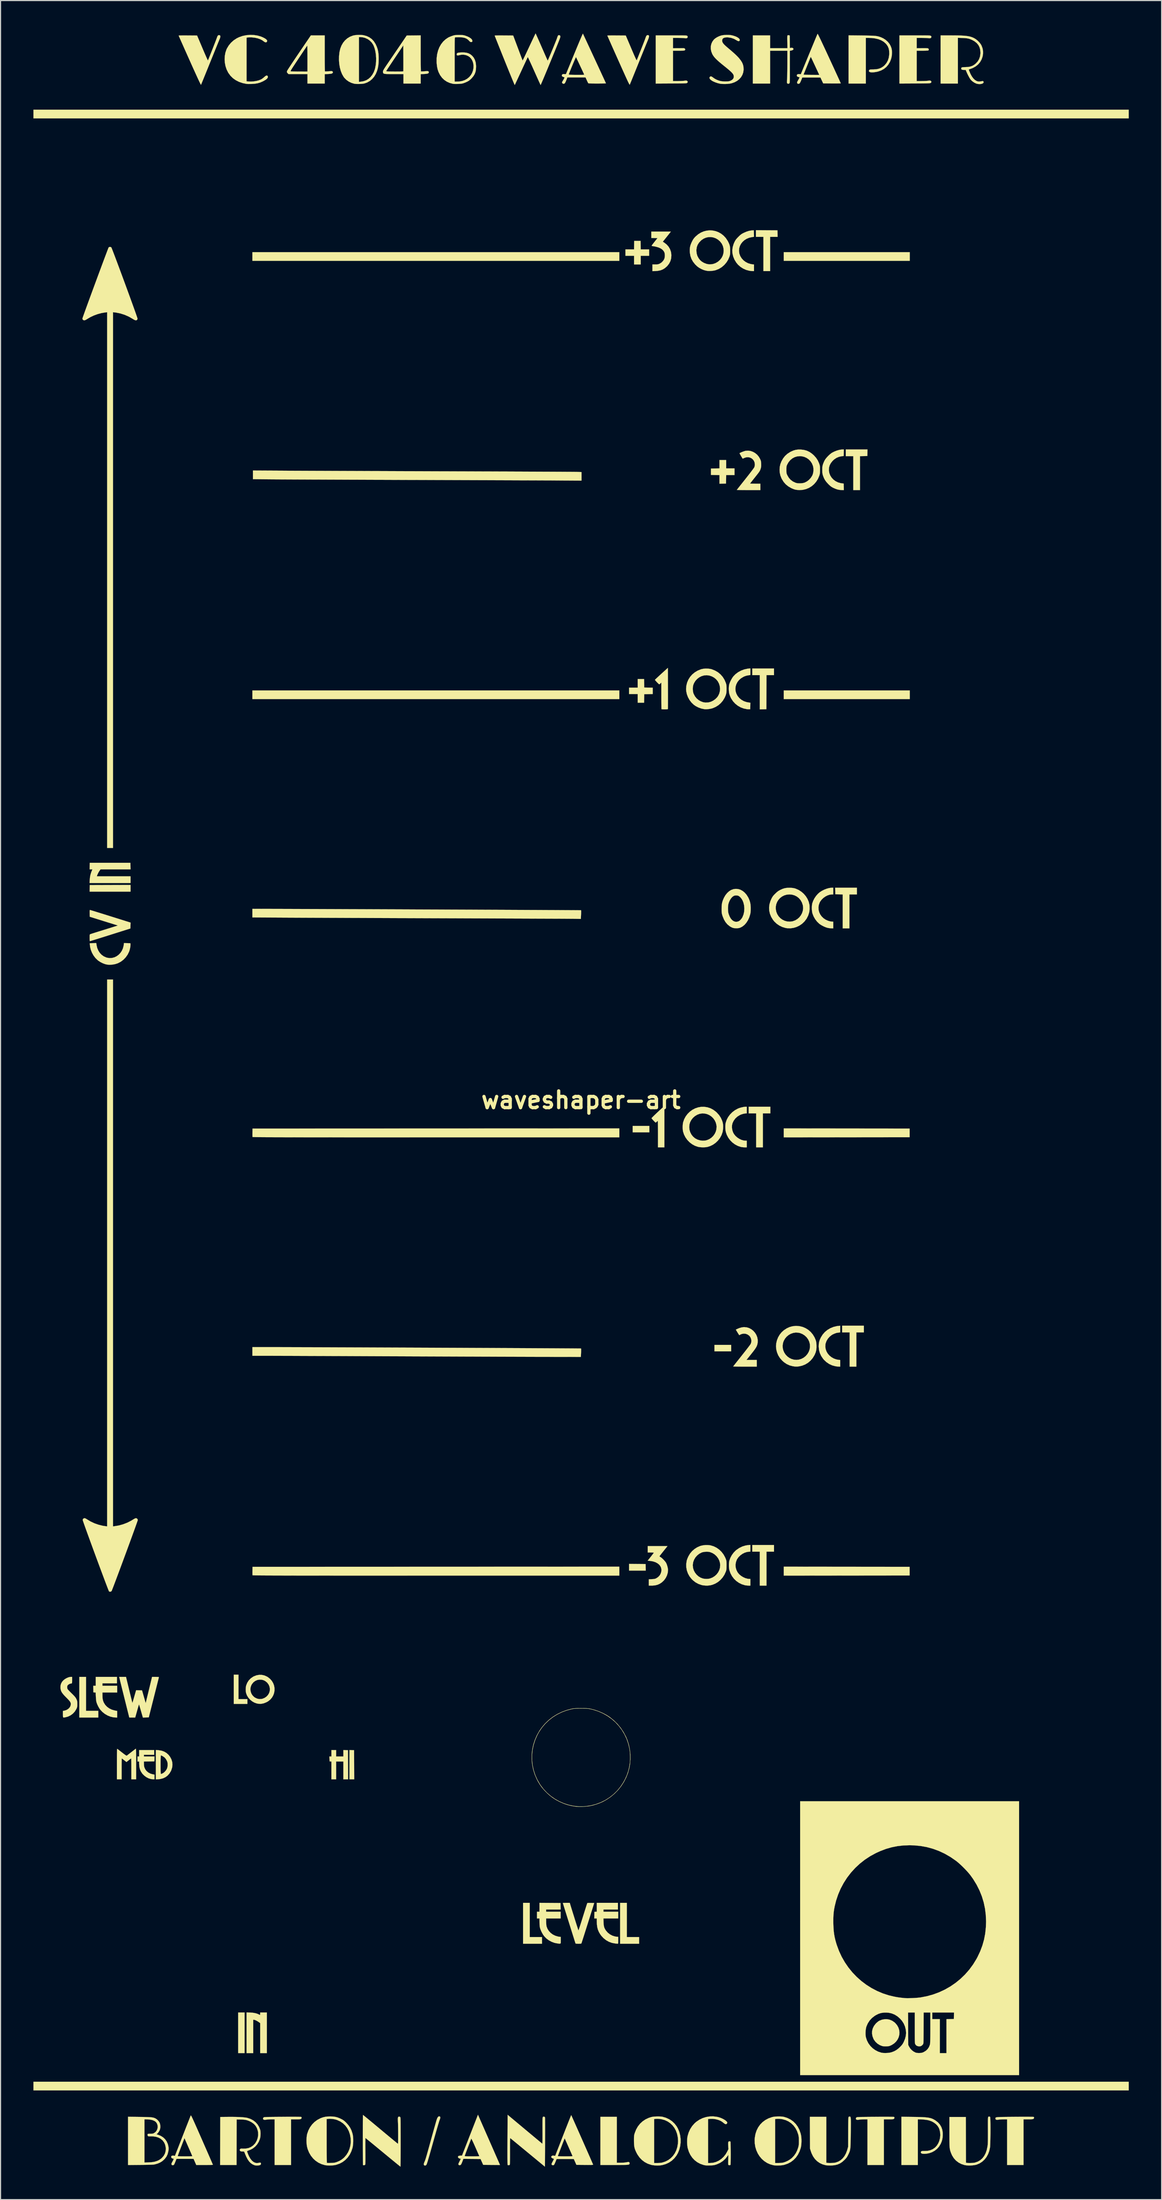
<source format=kicad_pcb>
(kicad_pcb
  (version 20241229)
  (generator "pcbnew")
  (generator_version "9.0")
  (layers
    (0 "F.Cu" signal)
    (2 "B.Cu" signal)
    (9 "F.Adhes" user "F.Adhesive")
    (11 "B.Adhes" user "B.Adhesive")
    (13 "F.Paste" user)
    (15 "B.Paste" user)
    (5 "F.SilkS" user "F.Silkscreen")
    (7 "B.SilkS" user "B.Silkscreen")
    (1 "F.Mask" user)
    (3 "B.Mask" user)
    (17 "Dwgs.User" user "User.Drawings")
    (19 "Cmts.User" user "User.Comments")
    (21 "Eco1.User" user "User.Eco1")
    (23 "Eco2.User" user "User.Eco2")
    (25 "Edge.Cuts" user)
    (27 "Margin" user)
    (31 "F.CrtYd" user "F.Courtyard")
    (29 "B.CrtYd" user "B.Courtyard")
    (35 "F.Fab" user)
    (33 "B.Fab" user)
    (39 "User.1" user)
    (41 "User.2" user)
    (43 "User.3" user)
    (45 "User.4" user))
  (footprint "waveshaper-art"
    (layer "F.Cu")
    (at 49.992 97.362)
    (property "Reference" "waveshaper-art" (at 0 0 0) (layer "F.SilkS") (effects (font (size 1.524 1.524) (thickness 0.3))))
    (attr through_hole)
    (fp_poly (pts (xy -30.709 86.995) (xy -31.293 86.995) (xy -31.293 83.287) (xy -30.709 83.287) (xy -30.709 86.995)) (stroke (width 0.01) (type solid)) (fill yes) (layer "F.SilkS"))
    (fp_poly (pts (xy 3.505 -76.606) (xy -29.997 -76.606) (xy -29.997 -77.394) (xy 3.505 -77.394) (xy 3.505 -76.606)) (stroke (width 0.01) (type solid)) (fill yes) (layer "F.SilkS"))
    (fp_poly (pts (xy 3.505 -36.601) (xy -29.997 -36.601) (xy -29.997 -37.389) (xy 3.505 -37.389) (xy 3.505 -36.601)) (stroke (width 0.01) (type solid)) (fill yes) (layer "F.SilkS"))
    (fp_poly (pts (xy 5.905 42.355) (xy 5.92 42.951) (xy 4.394 42.951) (xy 4.394 42.341) (xy 5.905 42.355)) (stroke (width 0.01) (type solid)) (fill yes) (layer "F.SilkS"))
    (fp_poly (pts (xy 6.248 2.946) (xy 4.724 2.946) (xy 4.724 2.362) (xy 6.248 2.362) (xy 6.248 2.946)) (stroke (width 0.01) (type solid)) (fill yes) (layer "F.SilkS"))
    (fp_poly (pts (xy 13.716 22.936) (xy 12.192 22.936) (xy 12.192 22.352) (xy 13.716 22.352) (xy 13.716 22.936)) (stroke (width 0.01) (type solid)) (fill yes) (layer "F.SilkS"))
    (fp_poly (pts (xy 30.023 -76.606) (xy 18.517 -76.606) (xy 18.517 -77.394) (xy 30.023 -77.394) (xy 30.023 -76.606)) (stroke (width 0.01) (type solid)) (fill yes) (layer "F.SilkS"))
    (fp_poly (pts (xy 30.023 -36.601) (xy 18.517 -36.601) (xy 18.517 -37.389) (xy 30.023 -37.389) (xy 30.023 -36.601)) (stroke (width 0.01) (type solid)) (fill yes) (layer "F.SilkS"))
    (fp_poly (pts (xy 50.013 -89.611) (xy -49.987 -89.611) (xy -49.987 -90.399) (xy 50.013 -90.399) (xy 50.013 -89.611)) (stroke (width 0.01) (type solid)) (fill yes) (layer "F.SilkS"))
    (fp_poly (pts (xy 50.013 90.399) (xy -49.987 90.399) (xy -49.987 89.611) (xy 50.013 89.611) (xy 50.013 90.399)) (stroke (width 0.01) (type solid)) (fill yes) (layer "F.SilkS"))
    (fp_poly (pts (xy -41.123 -19.025) (xy -44.858 -19.025) (xy -44.851 -19.323) (xy -44.844 -19.622) (xy -41.123 -19.635) (xy -41.123 -19.025)) (stroke (width 0.01) (type solid)) (fill yes) (layer "F.SilkS"))
    (fp_poly (pts (xy 24.263 2.597) (xy 30.01 2.603) (xy 30.01 3.391) (xy 18.517 3.404) (xy 18.517 2.591) (xy 24.263 2.597)) (stroke (width 0.01) (type solid)) (fill yes) (layer "F.SilkS"))
    (fp_poly (pts (xy 24.263 42.602) (xy 30.01 42.608) (xy 30.01 43.396) (xy 18.517 43.409) (xy 18.517 42.596) (xy 24.263 42.602)) (stroke (width 0.01) (type solid)) (fill yes) (layer "F.SilkS"))
    (fp_poly (pts (xy -45.187 55.753) (xy -44.069 55.753) (xy -44.069 56.363) (xy -45.796 56.363) (xy -45.796 52.654) (xy -45.187 52.654) (xy -45.187 55.753)) (stroke (width 0.01) (type solid)) (fill yes) (layer "F.SilkS"))
    (fp_poly (pts (xy -31.267 54.686) (xy -30.455 54.686) (xy -30.455 55.118) (xy -31.699 55.118) (xy -31.699 52.451) (xy -31.267 52.451) (xy -31.267 54.686)) (stroke (width 0.01) (type solid)) (fill yes) (layer "F.SilkS"))
    (fp_poly (pts (xy -20.923 59.34) (xy -20.714 59.347) (xy -20.707 60.674) (xy -20.701 62.001) (xy -21.133 62.001) (xy -21.133 59.332) (xy -20.923 59.34)) (stroke (width 0.01) (type solid)) (fill yes) (layer "F.SilkS"))
    (fp_poly (pts (xy -4.674 76.403) (xy -3.556 76.403) (xy -3.556 77.013) (xy -5.283 77.013) (xy -5.283 73.279) (xy -4.674 73.279) (xy -4.674 76.403)) (stroke (width 0.01) (type solid)) (fill yes) (layer "F.SilkS"))
    (fp_poly (pts (xy 4.191 76.403) (xy 5.309 76.403) (xy 5.309 77.013) (xy 3.581 77.013) (xy 3.581 73.279) (xy 4.191 73.279) (xy 4.191 76.403)) (stroke (width 0.01) (type solid)) (fill yes) (layer "F.SilkS"))
    (fp_poly (pts (xy 17.297 1.219) (xy 16.612 1.219) (xy 16.612 4.318) (xy 16.002 4.318) (xy 16.002 1.219) (xy 15.316 1.219) (xy 15.316 0.61) (xy 17.297 0.61) (xy 17.297 1.219)) (stroke (width 0.01) (type solid)) (fill yes) (layer "F.SilkS"))
    (fp_poly (pts (xy 17.628 -38.786) (xy 16.942 -38.786) (xy 16.929 -35.674) (xy 16.332 -35.66) (xy 16.332 -38.786) (xy 15.646 -38.786) (xy 15.646 -39.395) (xy 17.628 -39.395) (xy 17.628 -38.786)) (stroke (width 0.01) (type solid)) (fill yes) (layer "F.SilkS"))
    (fp_poly (pts (xy 17.628 41.224) (xy 16.942 41.224) (xy 16.942 44.323) (xy 16.332 44.323) (xy 16.332 41.224) (xy 15.646 41.224) (xy 15.646 40.615) (xy 17.628 40.615) (xy 17.628 41.224)) (stroke (width 0.01) (type solid)) (fill yes) (layer "F.SilkS"))
    (fp_poly (pts (xy 25.832 21.209) (xy 25.146 21.209) (xy 25.146 24.333) (xy 24.536 24.333) (xy 24.536 21.209) (xy 23.851 21.209) (xy 23.851 20.599) (xy 25.832 20.599) (xy 25.832 21.209)) (stroke (width 0.01) (type solid)) (fill yes) (layer "F.SilkS"))
    (fp_poly (pts (xy 26.149 -58.788) (xy 25.476 -58.774) (xy 25.476 -55.677) (xy 24.867 -55.677) (xy 24.867 -58.776) (xy 24.181 -58.776) (xy 24.181 -59.385) (xy 26.164 -59.385) (xy 26.149 -58.788)) (stroke (width 0.01) (type solid)) (fill yes) (layer "F.SilkS"))
    (fp_poly (pts (xy 16.961 -79.394) (xy 17.945 -79.388) (xy 17.959 -78.791) (xy 17.272 -78.791) (xy 17.272 -75.667) (xy 16.662 -75.667) (xy 16.662 -78.791) (xy 15.977 -78.791) (xy 15.977 -79.401) (xy 16.961 -79.394)) (stroke (width 0.01) (type solid)) (fill yes) (layer "F.SilkS"))
    (fp_poly (pts (xy 25.197 -18.771) (xy 24.511 -18.771) (xy 24.511 -15.672) (xy 23.901 -15.672) (xy 23.901 -18.769) (xy 23.228 -18.783) (xy 23.221 -19.082) (xy 23.214 -19.38) (xy 25.197 -19.38) (xy 25.197 -18.771)) (stroke (width 0.01) (type solid)) (fill yes) (layer "F.SilkS"))
    (fp_poly (pts (xy 5.455 -78.035) (xy 5.462 -77.648) (xy 6.223 -77.648) (xy 6.223 -77.064) (xy 5.461 -77.064) (xy 5.461 -76.276) (xy 4.851 -76.276) (xy 4.851 -77.064) (xy 4.064 -77.064) (xy 4.064 -77.648) (xy 4.85 -77.648) (xy 4.864 -78.422) (xy 5.448 -78.422) (xy 5.455 -78.035)) (stroke (width 0.01) (type solid)) (fill yes) (layer "F.SilkS"))
    (fp_poly (pts (xy 5.779 -37.656) (xy 6.166 -37.648) (xy 6.553 -37.641) (xy 6.553 -37.06) (xy 5.779 -37.046) (xy 5.764 -36.271) (xy 5.182 -36.271) (xy 5.182 -37.059) (xy 4.394 -37.059) (xy 4.394 -37.643) (xy 5.182 -37.643) (xy 5.182 -38.43) (xy 5.764 -38.43) (xy 5.779 -37.656)) (stroke (width 0.01) (type solid)) (fill yes) (layer "F.SilkS"))
    (fp_poly (pts (xy 13.259 -57.658) (xy 14.021 -57.658) (xy 14.021 -57.048) (xy 13.26 -57.048) (xy 13.253 -56.661) (xy 13.246 -56.274) (xy 12.649 -56.259) (xy 12.649 -57.047) (xy 12.262 -57.054) (xy 11.874 -57.061) (xy 11.874 -57.645) (xy 12.649 -57.659) (xy 12.649 -58.42) (xy 13.259 -58.42) (xy 13.259 -57.658)) (stroke (width 0.01) (type solid)) (fill yes) (layer "F.SilkS"))
    (fp_poly (pts (xy -21.482 59.34) (xy -21.273 59.347) (xy -21.266 60.674) (xy -21.259 62.001) (xy -21.692 62.001) (xy -21.692 60.376) (xy -22.352 60.376) (xy -22.352 62.001) (xy -22.784 62.001) (xy -22.784 60.379) (xy -22.949 60.363) (xy -22.964 59.919) (xy -22.784 59.919) (xy -22.784 59.334) (xy -22.352 59.334) (xy -22.352 59.919) (xy -21.692 59.919) (xy -21.692 59.332) (xy -21.482 59.34)) (stroke (width 0.01) (type solid)) (fill yes) (layer "F.SilkS"))
    (fp_poly (pts (xy -41.121 -21.057) (xy -43.861 -21.057) (xy -43.953 -20.932) (xy -44.028 -20.816) (xy -44.1 -20.68) (xy -44.159 -20.546) (xy -44.183 -20.479) (xy -44.199 -20.422) (xy -41.123 -20.422) (xy -41.123 -19.812) (xy -44.864 -19.812) (xy -44.848 -20.094) (xy -44.825 -20.344) (xy -44.783 -20.564) (xy -44.719 -20.775) (xy -44.677 -20.883) (xy -44.605 -21.057) (xy -44.858 -21.057) (xy -44.851 -21.355) (xy -44.844 -21.654) (xy -41.135 -21.654) (xy -41.121 -21.057)) (stroke (width 0.01) (type solid)) (fill yes) (layer "F.SilkS"))
    (fp_poly (pts (xy -30.194 83.294) (xy -29.945 83.313) (xy -29.732 83.35) (xy -29.546 83.406) (xy -29.408 83.467) (xy -29.346 83.497) (xy -29.306 83.514) (xy -29.3 83.515) (xy -29.292 83.492) (xy -29.287 83.435) (xy -29.286 83.401) (xy -29.286 83.287) (xy -28.677 83.287) (xy -28.677 86.995) (xy -29.286 86.995) (xy -29.286 84.256) (xy -29.41 84.166) (xy -29.513 84.097) (xy -29.626 84.034) (xy -29.733 83.984) (xy -29.822 83.954) (xy -29.864 83.947) (xy -29.921 83.947) (xy -29.921 86.995) (xy -30.531 86.995) (xy -30.531 83.28) (xy -30.194 83.294)) (stroke (width 0.01) (type solid)) (fill yes) (layer "F.SilkS"))
    (fp_poly (pts (xy 3.277 97.003) (xy 3.621 97.003) (xy 3.845 96.997) (xy 4.03 96.981) (xy 4.145 96.962) (xy 4.276 96.939) (xy 4.367 96.94) (xy 4.42 96.968) (xy 4.441 97.023) (xy 4.44 97.059) (xy 4.437 97.091) (xy 4.43 97.118) (xy 4.415 97.14) (xy 4.39 97.158) (xy 4.349 97.172) (xy 4.289 97.183) (xy 4.205 97.192) (xy 4.094 97.197) (xy 3.952 97.201) (xy 3.774 97.204) (xy 3.557 97.205) (xy 3.296 97.205) (xy 3.042 97.205) (xy 1.778 97.206) (xy 1.778 92.812) (xy 3.277 92.812) (xy 3.277 97.003)) (stroke (width 0.01) (type solid)) (fill yes) (layer "F.SilkS"))
    (fp_poly (pts (xy -38.964 59.766) (xy -39.903 59.766) (xy -39.903 59.919) (xy -38.936 59.919) (xy -38.944 60.141) (xy -38.951 60.363) (xy -39.903 60.377) (xy -39.903 60.576) (xy -39.898 60.691) (xy -39.886 60.806) (xy -39.867 60.894) (xy -39.867 60.896) (xy -39.784 61.086) (xy -39.66 61.251) (xy -39.5 61.385) (xy -39.309 61.484) (xy -39.14 61.535) (xy -38.938 61.578) (xy -38.938 62.001) (xy -39.046 61.999) (xy -39.14 61.992) (xy -39.246 61.978) (xy -39.281 61.972) (xy -39.478 61.911) (xy -39.675 61.81) (xy -39.861 61.674) (xy -40.023 61.513) (xy -40.066 61.459) (xy -40.189 61.267) (xy -40.272 61.065) (xy -40.32 60.842) (xy -40.335 60.59) (xy -40.335 60.376) (xy -40.488 60.376) (xy -40.488 59.919) (xy -40.335 59.919) (xy -40.335 59.334) (xy -38.964 59.334) (xy -38.964 59.766)) (stroke (width 0.01) (type solid)) (fill yes) (layer "F.SilkS"))
    (fp_poly (pts (xy 7.62 4.318) (xy 7.036 4.318) (xy 7.036 3.111) (xy 7.035 2.869) (xy 7.034 2.643) (xy 7.032 2.439) (xy 7.03 2.26) (xy 7.027 2.112) (xy 7.023 2.001) (xy 7.019 1.93) (xy 7.015 1.905) (xy 7.015 1.905) (xy 6.986 1.922) (xy 6.939 1.964) (xy 6.921 1.981) (xy 6.87 2.029) (xy 6.829 2.055) (xy 6.821 2.057) (xy 6.796 2.039) (xy 6.746 1.993) (xy 6.681 1.928) (xy 6.609 1.853) (xy 6.541 1.778) (xy 6.484 1.713) (xy 6.448 1.667) (xy 6.445 1.661) (xy 6.459 1.639) (xy 6.506 1.588) (xy 6.58 1.512) (xy 6.676 1.418) (xy 6.789 1.309) (xy 6.913 1.191) (xy 7.043 1.069) (xy 7.175 0.947) (xy 7.302 0.831) (xy 7.42 0.726) (xy 7.523 0.636) (xy 7.549 0.614) (xy 7.62 0.554) (xy 7.62 4.318)) (stroke (width 0.01) (type solid)) (fill yes) (layer "F.SilkS"))
    (fp_poly (pts (xy 27.966 83.901) (xy 28.199 83.95) (xy 28.421 84.045) (xy 28.626 84.185) (xy 28.712 84.265) (xy 28.871 84.457) (xy 28.985 84.664) (xy 29.054 84.882) (xy 29.081 85.106) (xy 29.066 85.329) (xy 29.01 85.545) (xy 28.913 85.751) (xy 28.778 85.939) (xy 28.605 86.105) (xy 28.395 86.243) (xy 28.356 86.263) (xy 28.255 86.311) (xy 28.177 86.343) (xy 28.104 86.361) (xy 28.017 86.37) (xy 27.901 86.376) (xy 27.883 86.376) (xy 27.719 86.376) (xy 27.586 86.366) (xy 27.506 86.35) (xy 27.282 86.261) (xy 27.077 86.132) (xy 26.9 85.97) (xy 26.759 85.782) (xy 26.709 85.69) (xy 26.619 85.449) (xy 26.579 85.208) (xy 26.588 84.97) (xy 26.645 84.741) (xy 26.751 84.523) (xy 26.903 84.321) (xy 26.947 84.274) (xy 27.039 84.19) (xy 27.135 84.112) (xy 27.22 84.054) (xy 27.242 84.042) (xy 27.482 83.947) (xy 27.725 83.9) (xy 27.966 83.901)) (stroke (width 0.01) (type solid)) (fill yes) (layer "F.SilkS"))
    (fp_poly (pts (xy 3.505 3.404) (xy -13.234 3.404) (xy -14.368 3.404) (xy -15.451 3.404) (xy -16.486 3.403) (xy -17.474 3.403) (xy -18.414 3.403) (xy -19.309 3.403) (xy -20.159 3.403) (xy -20.966 3.403) (xy -21.73 3.402) (xy -22.452 3.402) (xy -23.134 3.401) (xy -23.776 3.401) (xy -24.38 3.4) (xy -24.946 3.4) (xy -25.476 3.399) (xy -25.97 3.399) (xy -26.43 3.398) (xy -26.856 3.397) (xy -27.25 3.396) (xy -27.613 3.395) (xy -27.945 3.394) (xy -28.248 3.393) (xy -28.523 3.392) (xy -28.77 3.391) (xy -28.992 3.389) (xy -29.188 3.388) (xy -29.359 3.387) (xy -29.508 3.385) (xy -29.634 3.383) (xy -29.74 3.382) (xy -29.825 3.38) (xy -29.891 3.378) (xy -29.939 3.376) (xy -29.97 3.374) (xy -29.984 3.372) (xy -29.986 3.371) (xy -29.99 3.335) (xy -29.993 3.258) (xy -29.994 3.15) (xy -29.993 3.022) (xy -29.992 2.971) (xy -29.985 2.603) (xy -13.24 2.597) (xy 3.505 2.591) (xy 3.505 3.404)) (stroke (width 0.01) (type solid)) (fill yes) (layer "F.SilkS"))
    (fp_poly (pts (xy 3.505 43.409) (xy -13.234 43.409) (xy -14.368 43.409) (xy -15.451 43.409) (xy -16.486 43.408) (xy -17.474 43.408) (xy -18.414 43.408) (xy -19.309 43.408) (xy -20.159 43.408) (xy -20.966 43.408) (xy -21.73 43.407) (xy -22.452 43.407) (xy -23.134 43.406) (xy -23.776 43.406) (xy -24.38 43.405) (xy -24.946 43.405) (xy -25.476 43.404) (xy -25.97 43.404) (xy -26.43 43.403) (xy -26.856 43.402) (xy -27.25 43.401) (xy -27.613 43.4) (xy -27.945 43.399) (xy -28.248 43.398) (xy -28.523 43.397) (xy -28.77 43.396) (xy -28.992 43.394) (xy -29.188 43.393) (xy -29.359 43.392) (xy -29.508 43.39) (xy -29.634 43.388) (xy -29.74 43.387) (xy -29.825 43.385) (xy -29.891 43.383) (xy -29.939 43.381) (xy -29.97 43.379) (xy -29.984 43.377) (xy -29.986 43.376) (xy -29.99 43.34) (xy -29.993 43.263) (xy -29.994 43.155) (xy -29.993 43.027) (xy -29.992 42.976) (xy -29.985 42.608) (xy -13.24 42.602) (xy 3.505 42.596) (xy 3.505 43.409)) (stroke (width 0.01) (type solid)) (fill yes) (layer "F.SilkS"))
    (fp_poly (pts (xy 40.777 92.808) (xy 40.976 92.809) (xy 41.136 92.811) (xy 41.253 92.814) (xy 41.324 92.818) (xy 41.346 92.822) (xy 41.372 92.867) (xy 41.366 92.928) (xy 41.332 92.984) (xy 41.3 93.007) (xy 41.245 93.022) (xy 41.145 93.032) (xy 40.997 93.038) (xy 40.824 93.04) (xy 40.411 93.04) (xy 40.411 97.206) (xy 38.913 97.206) (xy 38.913 93.04) (xy 38.619 93.04) (xy 38.479 93.043) (xy 38.336 93.05) (xy 38.211 93.06) (xy 38.146 93.068) (xy 38.014 93.082) (xy 37.924 93.075) (xy 37.87 93.046) (xy 37.848 92.992) (xy 37.846 92.965) (xy 37.846 92.938) (xy 37.849 92.915) (xy 37.857 92.895) (xy 37.876 92.878) (xy 37.907 92.864) (xy 37.955 92.853) (xy 38.022 92.843) (xy 38.114 92.836) (xy 38.232 92.83) (xy 38.381 92.825) (xy 38.563 92.822) (xy 38.783 92.819) (xy 39.045 92.816) (xy 39.35 92.814) (xy 39.637 92.811) (xy 39.967 92.809) (xy 40.269 92.808) (xy 40.54 92.807) (xy 40.777 92.808)) (stroke (width 0.01) (type solid)) (fill yes) (layer "F.SilkS"))
    (fp_poly (pts (xy -42.367 53.238) (xy -43.688 53.238) (xy -43.688 53.467) (xy -42.342 53.467) (xy -42.342 54.077) (xy -43.688 54.077) (xy -43.688 54.327) (xy -43.683 54.527) (xy -43.664 54.691) (xy -43.63 54.834) (xy -43.578 54.97) (xy -43.558 55.013) (xy -43.433 55.212) (xy -43.267 55.387) (xy -43.067 55.532) (xy -42.838 55.643) (xy -42.587 55.717) (xy -42.562 55.722) (xy -42.342 55.764) (xy -42.342 56.363) (xy -42.475 56.359) (xy -42.569 56.354) (xy -42.655 56.348) (xy -42.685 56.344) (xy -42.951 56.284) (xy -43.214 56.179) (xy -43.463 56.035) (xy -43.688 55.858) (xy -43.873 55.663) (xy -43.979 55.514) (xy -44.08 55.336) (xy -44.167 55.149) (xy -44.23 54.975) (xy -44.236 54.953) (xy -44.253 54.866) (xy -44.269 54.743) (xy -44.281 54.599) (xy -44.29 54.447) (xy -44.291 54.44) (xy -44.305 54.079) (xy -44.409 54.072) (xy -44.514 54.064) (xy -44.521 53.765) (xy -44.528 53.467) (xy -44.298 53.467) (xy -44.298 52.654) (xy -42.367 52.654) (xy -42.367 53.238)) (stroke (width 0.01) (type solid)) (fill yes) (layer "F.SilkS"))
    (fp_poly (pts (xy 7.944 -37.587) (xy 7.945 -37.284) (xy 7.946 -36.995) (xy 7.946 -36.724) (xy 7.946 -36.477) (xy 7.945 -36.256) (xy 7.944 -36.065) (xy 7.943 -35.91) (xy 7.942 -35.793) (xy 7.94 -35.72) (xy 7.939 -35.693) (xy 7.915 -35.678) (xy 7.853 -35.668) (xy 7.75 -35.663) (xy 7.65 -35.662) (xy 7.537 -35.663) (xy 7.442 -35.667) (xy 7.379 -35.673) (xy 7.358 -35.679) (xy 7.354 -35.707) (xy 7.351 -35.78) (xy 7.348 -35.895) (xy 7.346 -36.045) (xy 7.343 -36.226) (xy 7.342 -36.433) (xy 7.341 -36.66) (xy 7.341 -36.903) (xy 7.341 -38.11) (xy 7.257 -38.029) (xy 7.201 -37.98) (xy 7.156 -37.951) (xy 7.145 -37.948) (xy 7.118 -37.965) (xy 7.068 -38.012) (xy 7.002 -38.077) (xy 6.929 -38.152) (xy 6.86 -38.228) (xy 6.802 -38.294) (xy 6.765 -38.341) (xy 6.756 -38.358) (xy 6.775 -38.378) (xy 6.826 -38.429) (xy 6.906 -38.505) (xy 7.01 -38.602) (xy 7.133 -38.717) (xy 7.272 -38.844) (xy 7.347 -38.912) (xy 7.938 -39.45) (xy 7.944 -37.587)) (stroke (width 0.01) (type solid)) (fill yes) (layer "F.SilkS"))
    (fp_poly (pts (xy -2.826 73.285) (xy -1.867 73.292) (xy -1.853 73.889) (xy -3.175 73.889) (xy -3.175 74.092) (xy -1.854 74.092) (xy -1.854 74.701) (xy -3.175 74.701) (xy -3.175 75) (xy -3.171 75.144) (xy -3.162 75.278) (xy -3.149 75.385) (xy -3.14 75.429) (xy -3.055 75.651) (xy -2.928 75.852) (xy -2.763 76.027) (xy -2.567 76.172) (xy -2.344 76.282) (xy -2.101 76.354) (xy -1.993 76.372) (xy -1.841 76.391) (xy -1.841 76.695) (xy -1.841 76.829) (xy -1.844 76.919) (xy -1.859 76.974) (xy -1.893 77) (xy -1.954 77.005) (xy -2.049 76.996) (xy -2.136 76.986) (xy -2.412 76.932) (xy -2.681 76.832) (xy -2.936 76.693) (xy -3.165 76.52) (xy -3.359 76.317) (xy -3.366 76.308) (xy -3.464 76.168) (xy -3.559 76.001) (xy -3.644 75.825) (xy -3.71 75.656) (xy -3.747 75.527) (xy -3.762 75.422) (xy -3.775 75.285) (xy -3.782 75.131) (xy -3.784 75.025) (xy -3.785 74.701) (xy -4.013 74.701) (xy -4.013 74.092) (xy -3.785 74.092) (xy -3.785 73.278) (xy -2.826 73.285)) (stroke (width 0.01) (type solid)) (fill yes) (layer "F.SilkS"))
    (fp_poly (pts (xy 3.378 73.889) (xy 2.057 73.889) (xy 2.057 74.092) (xy 3.404 74.092) (xy 3.404 74.701) (xy 2.052 74.701) (xy 2.064 75.038) (xy 2.074 75.23) (xy 2.094 75.383) (xy 2.125 75.512) (xy 2.173 75.628) (xy 2.24 75.745) (xy 2.298 75.829) (xy 2.457 76.008) (xy 2.651 76.159) (xy 2.869 76.274) (xy 3.102 76.348) (xy 3.25 76.371) (xy 3.404 76.385) (xy 3.404 76.699) (xy 3.403 76.83) (xy 3.4 76.919) (xy 3.394 76.973) (xy 3.384 77) (xy 3.369 77.009) (xy 3.359 77.009) (xy 3.314 77.005) (xy 3.233 76.997) (xy 3.134 76.988) (xy 3.111 76.985) (xy 2.826 76.932) (xy 2.552 76.831) (xy 2.296 76.686) (xy 2.063 76.501) (xy 1.857 76.279) (xy 1.752 76.133) (xy 1.634 75.928) (xy 1.548 75.72) (xy 1.49 75.495) (xy 1.458 75.245) (xy 1.449 74.987) (xy 1.448 74.701) (xy 1.218 74.701) (xy 1.225 74.403) (xy 1.232 74.105) (xy 1.34 74.097) (xy 1.448 74.089) (xy 1.448 73.279) (xy 3.378 73.279) (xy 3.378 73.889)) (stroke (width 0.01) (type solid)) (fill yes) (layer "F.SilkS"))
    (fp_poly (pts (xy -44.225 -14.138) (xy -44.164 -13.875) (xy -44.063 -13.637) (xy -43.928 -13.428) (xy -43.759 -13.252) (xy -43.562 -13.112) (xy -43.34 -13.014) (xy -43.268 -12.993) (xy -43.039 -12.958) (xy -42.815 -12.97) (xy -42.599 -13.026) (xy -42.398 -13.122) (xy -42.214 -13.255) (xy -42.054 -13.42) (xy -41.921 -13.615) (xy -41.82 -13.836) (xy -41.756 -14.079) (xy -41.743 -14.168) (xy -41.725 -14.327) (xy -41.43 -14.32) (xy -41.135 -14.313) (xy -41.127 -14.218) (xy -41.129 -14.117) (xy -41.145 -13.984) (xy -41.172 -13.836) (xy -41.208 -13.691) (xy -41.248 -13.565) (xy -41.257 -13.543) (xy -41.393 -13.268) (xy -41.569 -13.021) (xy -41.778 -12.805) (xy -42.016 -12.626) (xy -42.278 -12.489) (xy -42.523 -12.409) (xy -42.79 -12.361) (xy -43.059 -12.349) (xy -43.243 -12.362) (xy -43.437 -12.405) (xy -43.646 -12.482) (xy -43.855 -12.586) (xy -44.05 -12.71) (xy -44.133 -12.774) (xy -44.328 -12.965) (xy -44.5 -13.192) (xy -44.642 -13.445) (xy -44.749 -13.713) (xy -44.816 -13.986) (xy -44.835 -14.161) (xy -44.844 -14.313) (xy -44.548 -14.32) (xy -44.253 -14.327) (xy -44.225 -14.138)) (stroke (width 0.01) (type solid)) (fill yes) (layer "F.SilkS"))
    (fp_poly (pts (xy -26.165 92.808) (xy -25.962 92.809) (xy -25.794 92.811) (xy -25.665 92.813) (xy -25.577 92.816) (xy -25.536 92.82) (xy -25.533 92.821) (xy -25.505 92.868) (xy -25.509 92.931) (xy -25.543 92.988) (xy -25.558 93.001) (xy -25.589 93.016) (xy -25.637 93.027) (xy -25.71 93.034) (xy -25.814 93.038) (xy -25.959 93.04) (xy -26.041 93.04) (xy -26.467 93.04) (xy -26.467 97.206) (xy -27.965 97.206) (xy -27.965 93.04) (xy -28.246 93.04) (xy -28.384 93.043) (xy -28.526 93.05) (xy -28.65 93.061) (xy -28.705 93.068) (xy -28.838 93.083) (xy -28.929 93.081) (xy -28.987 93.058) (xy -29.018 93.015) (xy -29.022 92.999) (xy -29.022 92.934) (xy -28.984 92.879) (xy -28.973 92.868) (xy -28.959 92.859) (xy -28.94 92.851) (xy -28.911 92.844) (xy -28.869 92.838) (xy -28.809 92.834) (xy -28.73 92.83) (xy -28.625 92.826) (xy -28.493 92.823) (xy -28.329 92.821) (xy -28.129 92.819) (xy -27.889 92.816) (xy -27.607 92.814) (xy -27.278 92.812) (xy -27.247 92.811) (xy -26.944 92.809) (xy -26.66 92.808) (xy -26.399 92.808) (xy -26.165 92.808)) (stroke (width 0.01) (type solid)) (fill yes) (layer "F.SilkS"))
    (fp_poly (pts (xy 15.469 41.224) (xy 15.381 41.224) (xy 15.169 41.248) (xy 14.955 41.315) (xy 14.748 41.419) (xy 14.558 41.555) (xy 14.393 41.716) (xy 14.264 41.896) (xy 14.228 41.964) (xy 14.147 42.191) (xy 14.115 42.426) (xy 14.13 42.662) (xy 14.193 42.891) (xy 14.303 43.108) (xy 14.303 43.109) (xy 14.435 43.274) (xy 14.603 43.421) (xy 14.796 43.545) (xy 15.002 43.639) (xy 15.211 43.697) (xy 15.381 43.713) (xy 15.469 43.713) (xy 15.469 44.323) (xy 15.297 44.321) (xy 15.177 44.314) (xy 15.049 44.299) (xy 14.973 44.286) (xy 14.689 44.198) (xy 14.424 44.067) (xy 14.183 43.897) (xy 13.971 43.692) (xy 13.793 43.458) (xy 13.654 43.198) (xy 13.557 42.917) (xy 13.549 42.882) (xy 13.525 42.735) (xy 13.513 42.562) (xy 13.513 42.38) (xy 13.524 42.208) (xy 13.547 42.065) (xy 13.55 42.05) (xy 13.641 41.793) (xy 13.774 41.543) (xy 13.942 41.313) (xy 14.137 41.114) (xy 14.191 41.069) (xy 14.457 40.887) (xy 14.74 40.75) (xy 15.035 40.66) (xy 15.284 40.622) (xy 15.469 40.607) (xy 15.469 41.224)) (stroke (width 0.01) (type solid)) (fill yes) (layer "F.SilkS"))
    (fp_poly (pts (xy 27.962 92.808) (xy 28.165 92.809) (xy 28.333 92.811) (xy 28.463 92.813) (xy 28.55 92.816) (xy 28.592 92.82) (xy 28.594 92.821) (xy 28.623 92.868) (xy 28.619 92.931) (xy 28.585 92.988) (xy 28.569 93.001) (xy 28.538 93.016) (xy 28.49 93.027) (xy 28.418 93.034) (xy 28.313 93.038) (xy 28.168 93.04) (xy 28.087 93.04) (xy 27.661 93.04) (xy 27.661 97.206) (xy 26.162 97.206) (xy 26.162 93.04) (xy 25.881 93.04) (xy 25.743 93.043) (xy 25.602 93.05) (xy 25.478 93.061) (xy 25.422 93.068) (xy 25.29 93.083) (xy 25.198 93.081) (xy 25.141 93.058) (xy 25.11 93.015) (xy 25.105 92.999) (xy 25.105 92.934) (xy 25.143 92.879) (xy 25.155 92.868) (xy 25.168 92.859) (xy 25.188 92.851) (xy 25.217 92.844) (xy 25.259 92.838) (xy 25.318 92.834) (xy 25.398 92.83) (xy 25.502 92.826) (xy 25.635 92.823) (xy 25.799 92.821) (xy 25.999 92.819) (xy 26.238 92.816) (xy 26.52 92.814) (xy 26.849 92.812) (xy 26.88 92.811) (xy 27.184 92.809) (xy 27.468 92.808) (xy 27.728 92.808) (xy 27.962 92.808)) (stroke (width 0.01) (type solid)) (fill yes) (layer "F.SilkS"))
    (fp_poly (pts (xy 15.138 1.219) (xy 15.056 1.22) (xy 14.937 1.232) (xy 14.793 1.264) (xy 14.646 1.311) (xy 14.513 1.367) (xy 14.508 1.369) (xy 14.282 1.51) (xy 14.093 1.685) (xy 13.943 1.891) (xy 13.843 2.102) (xy 13.795 2.298) (xy 13.787 2.51) (xy 13.817 2.728) (xy 13.885 2.937) (xy 13.971 3.1) (xy 14.103 3.267) (xy 14.267 3.416) (xy 14.455 3.54) (xy 14.654 3.635) (xy 14.855 3.692) (xy 15.016 3.708) (xy 15.138 3.708) (xy 15.138 4.318) (xy 14.942 4.316) (xy 14.821 4.31) (xy 14.697 4.296) (xy 14.6 4.279) (xy 14.325 4.186) (xy 14.067 4.05) (xy 13.831 3.875) (xy 13.624 3.667) (xy 13.45 3.431) (xy 13.315 3.172) (xy 13.232 2.927) (xy 13.201 2.76) (xy 13.186 2.567) (xy 13.185 2.368) (xy 13.199 2.183) (xy 13.219 2.07) (xy 13.308 1.805) (xy 13.441 1.553) (xy 13.614 1.319) (xy 13.821 1.11) (xy 14.057 0.931) (xy 14.316 0.789) (xy 14.44 0.738) (xy 14.564 0.698) (xy 14.707 0.662) (xy 14.851 0.632) (xy 14.979 0.614) (xy 15.052 0.61) (xy 15.138 0.61) (xy 15.138 1.219)) (stroke (width 0.01) (type solid)) (fill yes) (layer "F.SilkS"))
    (fp_poly (pts (xy 23.673 21.203) (xy 23.593 21.219) (xy 23.513 21.23) (xy 23.447 21.235) (xy 23.365 21.248) (xy 23.255 21.281) (xy 23.131 21.328) (xy 23.009 21.384) (xy 22.904 21.443) (xy 22.893 21.451) (xy 22.701 21.605) (xy 22.542 21.789) (xy 22.42 21.994) (xy 22.342 22.213) (xy 22.325 22.298) (xy 22.313 22.526) (xy 22.348 22.747) (xy 22.425 22.958) (xy 22.541 23.152) (xy 22.692 23.325) (xy 22.874 23.473) (xy 23.082 23.591) (xy 23.313 23.674) (xy 23.521 23.713) (xy 23.673 23.73) (xy 23.673 24.333) (xy 23.539 24.331) (xy 23.442 24.325) (xy 23.323 24.311) (xy 23.228 24.296) (xy 22.94 24.218) (xy 22.668 24.093) (xy 22.419 23.925) (xy 22.197 23.718) (xy 22.107 23.612) (xy 21.937 23.361) (xy 21.816 23.099) (xy 21.741 22.822) (xy 21.711 22.523) (xy 21.711 22.466) (xy 21.72 22.255) (xy 21.752 22.066) (xy 21.81 21.882) (xy 21.9 21.683) (xy 21.911 21.662) (xy 22.072 21.405) (xy 22.27 21.179) (xy 22.503 20.986) (xy 22.765 20.83) (xy 23.053 20.712) (xy 23.361 20.636) (xy 23.514 20.616) (xy 23.673 20.6) (xy 23.673 21.203)) (stroke (width 0.01) (type solid)) (fill yes) (layer "F.SilkS"))
    (fp_poly (pts (xy 15.469 -38.796) (xy 15.259 -38.766) (xy 15.098 -38.733) (xy 14.942 -38.68) (xy 14.834 -38.63) (xy 14.615 -38.497) (xy 14.434 -38.338) (xy 14.291 -38.156) (xy 14.187 -37.957) (xy 14.124 -37.746) (xy 14.103 -37.529) (xy 14.124 -37.311) (xy 14.189 -37.097) (xy 14.298 -36.893) (xy 14.452 -36.703) (xy 14.462 -36.693) (xy 14.658 -36.53) (xy 14.878 -36.407) (xy 15.127 -36.323) (xy 15.349 -36.283) (xy 15.47 -36.268) (xy 15.463 -35.971) (xy 15.456 -35.674) (xy 15.354 -35.671) (xy 15.261 -35.672) (xy 15.17 -35.679) (xy 15.164 -35.679) (xy 14.866 -35.74) (xy 14.584 -35.846) (xy 14.324 -35.993) (xy 14.09 -36.178) (xy 13.888 -36.398) (xy 13.723 -36.648) (xy 13.675 -36.741) (xy 13.625 -36.857) (xy 13.578 -36.984) (xy 13.547 -37.084) (xy 13.522 -37.217) (xy 13.507 -37.381) (xy 13.502 -37.557) (xy 13.508 -37.727) (xy 13.525 -37.873) (xy 13.535 -37.922) (xy 13.58 -38.064) (xy 13.65 -38.227) (xy 13.735 -38.394) (xy 13.827 -38.549) (xy 13.916 -38.672) (xy 14.118 -38.878) (xy 14.357 -39.056) (xy 14.625 -39.2) (xy 14.911 -39.308) (xy 15.21 -39.373) (xy 15.297 -39.384) (xy 15.469 -39.401) (xy 15.469 -38.796)) (stroke (width 0.01) (type solid)) (fill yes) (layer "F.SilkS"))
    (fp_poly (pts (xy 15.793 -79.092) (xy 15.8 -78.797) (xy 15.611 -78.769) (xy 15.357 -78.71) (xy 15.126 -78.614) (xy 14.922 -78.486) (xy 14.75 -78.33) (xy 14.61 -78.15) (xy 14.509 -77.951) (xy 14.447 -77.738) (xy 14.43 -77.514) (xy 14.459 -77.284) (xy 14.466 -77.255) (xy 14.55 -77.031) (xy 14.677 -76.826) (xy 14.841 -76.647) (xy 15.037 -76.498) (xy 15.259 -76.384) (xy 15.491 -76.313) (xy 15.589 -76.294) (xy 15.677 -76.281) (xy 15.729 -76.277) (xy 15.799 -76.276) (xy 15.799 -75.667) (xy 15.665 -75.669) (xy 15.568 -75.675) (xy 15.449 -75.689) (xy 15.354 -75.704) (xy 15.075 -75.779) (xy 14.808 -75.899) (xy 14.561 -76.058) (xy 14.344 -76.251) (xy 14.186 -76.44) (xy 14.02 -76.711) (xy 13.905 -76.99) (xy 13.839 -77.274) (xy 13.822 -77.562) (xy 13.856 -77.851) (xy 13.941 -78.139) (xy 14.014 -78.308) (xy 14.071 -78.419) (xy 14.126 -78.51) (xy 14.19 -78.594) (xy 14.271 -78.686) (xy 14.375 -78.792) (xy 14.483 -78.898) (xy 14.572 -78.977) (xy 14.653 -79.038) (xy 14.743 -79.093) (xy 14.854 -79.15) (xy 14.884 -79.165) (xy 15.118 -79.267) (xy 15.332 -79.335) (xy 15.539 -79.372) (xy 15.634 -79.38) (xy 15.786 -79.388) (xy 15.793 -79.092)) (stroke (width 0.01) (type solid)) (fill yes) (layer "F.SilkS"))
    (fp_poly (pts (xy 23.038 -18.771) (xy 22.915 -18.771) (xy 22.718 -18.747) (xy 22.515 -18.681) (xy 22.317 -18.579) (xy 22.133 -18.447) (xy 21.972 -18.29) (xy 21.843 -18.116) (xy 21.798 -18.031) (xy 21.718 -17.809) (xy 21.686 -17.584) (xy 21.698 -17.361) (xy 21.753 -17.146) (xy 21.847 -16.944) (xy 21.978 -16.76) (xy 22.143 -16.598) (xy 22.34 -16.464) (xy 22.565 -16.363) (xy 22.711 -16.32) (xy 22.81 -16.3) (xy 22.902 -16.286) (xy 22.955 -16.282) (xy 23.038 -16.281) (xy 23.038 -15.672) (xy 22.879 -15.674) (xy 22.766 -15.681) (xy 22.636 -15.697) (xy 22.543 -15.713) (xy 22.378 -15.761) (xy 22.195 -15.836) (xy 22.01 -15.93) (xy 21.842 -16.034) (xy 21.749 -16.103) (xy 21.556 -16.29) (xy 21.386 -16.512) (xy 21.247 -16.756) (xy 21.146 -17.01) (xy 21.123 -17.096) (xy 21.099 -17.237) (xy 21.086 -17.407) (xy 21.083 -17.587) (xy 21.092 -17.76) (xy 21.112 -17.907) (xy 21.12 -17.946) (xy 21.201 -18.179) (xy 21.32 -18.412) (xy 21.47 -18.633) (xy 21.642 -18.828) (xy 21.801 -18.966) (xy 21.993 -19.091) (xy 22.206 -19.199) (xy 22.427 -19.286) (xy 22.643 -19.347) (xy 22.843 -19.378) (xy 22.909 -19.38) (xy 23.038 -19.38) (xy 23.038 -18.771)) (stroke (width 0.01) (type solid)) (fill yes) (layer "F.SilkS"))
    (fp_poly (pts (xy -44.797 -17.342) (xy -44.723 -17.32) (xy -44.609 -17.286) (xy -44.457 -17.24) (xy -44.273 -17.183) (xy -44.059 -17.117) (xy -43.819 -17.042) (xy -43.558 -16.961) (xy -43.279 -16.874) (xy -42.986 -16.782) (xy -42.957 -16.773) (xy -41.121 -16.196) (xy -41.128 -15.928) (xy -41.135 -15.661) (xy -42.964 -15.084) (xy -43.258 -14.991) (xy -43.538 -14.903) (xy -43.8 -14.821) (xy -44.041 -14.746) (xy -44.257 -14.678) (xy -44.444 -14.62) (xy -44.598 -14.573) (xy -44.715 -14.537) (xy -44.792 -14.514) (xy -44.824 -14.505) (xy -44.825 -14.505) (xy -44.839 -14.518) (xy -44.849 -14.563) (xy -44.854 -14.646) (xy -44.856 -14.772) (xy -44.856 -14.809) (xy -44.856 -14.938) (xy -44.853 -15.025) (xy -44.847 -15.08) (xy -44.836 -15.112) (xy -44.818 -15.13) (xy -44.799 -15.139) (xy -44.762 -15.152) (xy -44.682 -15.178) (xy -44.566 -15.216) (xy -44.42 -15.262) (xy -44.249 -15.316) (xy -44.061 -15.375) (xy -43.917 -15.419) (xy -43.698 -15.487) (xy -43.474 -15.557) (xy -43.256 -15.625) (xy -43.053 -15.688) (xy -42.874 -15.744) (xy -42.73 -15.789) (xy -42.685 -15.803) (xy -42.279 -15.932) (xy -43.562 -16.331) (xy -44.844 -16.731) (xy -44.851 -17.04) (xy -44.853 -17.176) (xy -44.851 -17.268) (xy -44.844 -17.323) (xy -44.832 -17.347) (xy -44.825 -17.349) (xy -44.797 -17.342)) (stroke (width 0.01) (type solid)) (fill yes) (layer "F.SilkS"))
    (fp_poly (pts (xy -38.584 59.344) (xy -38.31 59.387) (xy -38.063 59.472) (xy -37.845 59.598) (xy -37.657 59.766) (xy -37.513 59.952) (xy -37.391 60.183) (xy -37.318 60.423) (xy -37.296 60.668) (xy -37.323 60.917) (xy -37.401 61.166) (xy -37.439 61.252) (xy -37.575 61.477) (xy -37.743 61.664) (xy -37.942 61.811) (xy -38.168 61.916) (xy -38.421 61.979) (xy -38.576 61.995) (xy -38.811 62.008) (xy -38.811 60.668) (xy -38.379 60.668) (xy -38.379 60.908) (xy -38.378 61.102) (xy -38.375 61.254) (xy -38.372 61.367) (xy -38.367 61.445) (xy -38.361 61.493) (xy -38.352 61.516) (xy -38.348 61.518) (xy -38.307 61.508) (xy -38.24 61.483) (xy -38.207 61.468) (xy -38.086 61.393) (xy -37.967 61.282) (xy -37.865 61.153) (xy -37.794 61.02) (xy -37.793 61.017) (xy -37.756 60.899) (xy -37.738 60.77) (xy -37.735 60.667) (xy -37.738 60.551) (xy -37.75 60.463) (xy -37.776 60.38) (xy -37.812 60.299) (xy -37.868 60.197) (xy -37.935 60.1) (xy -37.989 60.037) (xy -38.058 59.977) (xy -38.145 59.917) (xy -38.233 59.864) (xy -38.309 59.828) (xy -38.353 59.817) (xy -38.361 59.842) (xy -38.368 59.917) (xy -38.373 60.043) (xy -38.377 60.219) (xy -38.379 60.445) (xy -38.379 60.668) (xy -38.811 60.668) (xy -38.811 59.327) (xy -38.584 59.344)) (stroke (width 0.01) (type solid)) (fill yes) (layer "F.SilkS"))
    (fp_poly (pts (xy 8.157 -79.204) (xy 8.125 -79.162) (xy 8.067 -79.089) (xy 7.99 -78.991) (xy 7.898 -78.876) (xy 7.798 -78.751) (xy 7.79 -78.741) (xy 7.475 -78.349) (xy 7.617 -78.256) (xy 7.83 -78.089) (xy 8.002 -77.893) (xy 8.132 -77.671) (xy 8.217 -77.427) (xy 8.256 -77.165) (xy 8.258 -77.083) (xy 8.235 -76.817) (xy 8.165 -76.571) (xy 8.047 -76.343) (xy 7.883 -76.133) (xy 7.848 -76.098) (xy 7.665 -75.938) (xy 7.471 -75.819) (xy 7.258 -75.737) (xy 7.018 -75.689) (xy 6.826 -75.673) (xy 6.528 -75.66) (xy 6.528 -76.276) (xy 6.79 -76.276) (xy 6.914 -76.277) (xy 7.002 -76.283) (xy 7.07 -76.296) (xy 7.135 -76.319) (xy 7.209 -76.354) (xy 7.38 -76.467) (xy 7.519 -76.62) (xy 7.601 -76.757) (xy 7.638 -76.869) (xy 7.658 -77.007) (xy 7.66 -77.153) (xy 7.645 -77.289) (xy 7.612 -77.397) (xy 7.611 -77.4) (xy 7.52 -77.541) (xy 7.397 -77.66) (xy 7.238 -77.759) (xy 7.04 -77.84) (xy 6.8 -77.904) (xy 6.515 -77.953) (xy 6.482 -77.958) (xy 6.464 -77.964) (xy 6.46 -77.979) (xy 6.472 -78.01) (xy 6.505 -78.061) (xy 6.562 -78.137) (xy 6.646 -78.244) (xy 6.706 -78.321) (xy 6.989 -78.677) (xy 6.707 -78.684) (xy 6.426 -78.691) (xy 6.426 -79.273) (xy 8.208 -79.273) (xy 8.157 -79.204)) (stroke (width 0.01) (type solid)) (fill yes) (layer "F.SilkS"))
    (fp_poly (pts (xy 18.992 -97.192) (xy 19.063 -97.167) (xy 19.07 -96.599) (xy 19.076 -96.031) (xy 19.186 -96.046) (xy 19.284 -96.048) (xy 19.351 -96.022) (xy 19.399 -95.969) (xy 19.402 -95.914) (xy 19.361 -95.863) (xy 19.282 -95.821) (xy 19.183 -95.796) (xy 19.075 -95.779) (xy 19.075 -94.312) (xy 19.075 -94.001) (xy 19.075 -93.738) (xy 19.074 -93.517) (xy 19.073 -93.335) (xy 19.072 -93.189) (xy 19.069 -93.073) (xy 19.066 -92.984) (xy 19.062 -92.918) (xy 19.057 -92.872) (xy 19.05 -92.84) (xy 19.043 -92.82) (xy 19.033 -92.807) (xy 19.029 -92.803) (xy 18.956 -92.765) (xy 18.883 -92.774) (xy 18.838 -92.808) (xy 18.819 -92.833) (xy 18.809 -92.868) (xy 18.806 -92.921) (xy 18.809 -93.004) (xy 18.819 -93.126) (xy 18.821 -93.144) (xy 18.826 -93.231) (xy 18.831 -93.361) (xy 18.836 -93.529) (xy 18.839 -93.727) (xy 18.843 -93.949) (xy 18.845 -94.188) (xy 18.846 -94.437) (xy 18.847 -94.609) (xy 18.847 -95.783) (xy 17.272 -95.783) (xy 17.272 -92.786) (xy 15.697 -92.786) (xy 15.697 -97.18) (xy 17.272 -97.18) (xy 17.272 -96.012) (xy 18.854 -96.012) (xy 18.844 -96.587) (xy 18.841 -96.774) (xy 18.84 -96.916) (xy 18.841 -97.02) (xy 18.844 -97.093) (xy 18.85 -97.14) (xy 18.859 -97.169) (xy 18.871 -97.185) (xy 18.877 -97.189) (xy 18.942 -97.203) (xy 18.992 -97.192)) (stroke (width 0.01) (type solid)) (fill yes) (layer "F.SilkS"))
    (fp_poly (pts (xy -12.862 92.8) (xy -12.839 92.854) (xy -12.847 92.938) (xy -12.887 93.057) (xy -12.899 93.086) (xy -12.919 93.14) (xy -12.951 93.239) (xy -12.993 93.378) (xy -13.046 93.552) (xy -13.106 93.758) (xy -13.174 93.99) (xy -13.247 94.245) (xy -13.325 94.518) (xy -13.406 94.803) (xy -13.461 95) (xy -13.566 95.375) (xy -13.658 95.703) (xy -13.739 95.989) (xy -13.809 96.235) (xy -13.869 96.445) (xy -13.92 96.621) (xy -13.963 96.767) (xy -13.999 96.886) (xy -14.029 96.981) (xy -14.054 97.056) (xy -14.075 97.112) (xy -14.092 97.154) (xy -14.107 97.184) (xy -14.117 97.199) (xy -14.171 97.243) (xy -14.242 97.257) (xy -14.307 97.237) (xy -14.321 97.226) (xy -14.348 97.163) (xy -14.339 97.068) (xy -14.294 96.944) (xy -14.291 96.939) (xy -14.272 96.896) (xy -14.252 96.85) (xy -14.232 96.798) (xy -14.211 96.737) (xy -14.186 96.662) (xy -14.157 96.571) (xy -14.124 96.459) (xy -14.084 96.323) (xy -14.037 96.159) (xy -13.982 95.963) (xy -13.918 95.733) (xy -13.843 95.463) (xy -13.756 95.151) (xy -13.678 94.869) (xy -13.6 94.586) (xy -13.524 94.313) (xy -13.452 94.055) (xy -13.385 93.816) (xy -13.324 93.601) (xy -13.271 93.415) (xy -13.228 93.262) (xy -13.194 93.147) (xy -13.172 93.075) (xy -13.168 93.063) (xy -13.111 92.918) (xy -13.05 92.822) (xy -12.985 92.774) (xy -12.918 92.771) (xy -12.862 92.8)) (stroke (width 0.01) (type solid)) (fill yes) (layer "F.SilkS"))
    (fp_poly (pts (xy 23.99 -58.788) (xy 23.83 -58.771) (xy 23.571 -58.718) (xy 23.333 -58.619) (xy 23.117 -58.474) (xy 22.978 -58.344) (xy 22.819 -58.145) (xy 22.709 -57.938) (xy 22.648 -57.72) (xy 22.636 -57.491) (xy 22.638 -57.457) (xy 22.68 -57.22) (xy 22.767 -57.001) (xy 22.894 -56.803) (xy 23.057 -56.63) (xy 23.251 -56.487) (xy 23.472 -56.378) (xy 23.714 -56.309) (xy 23.83 -56.291) (xy 23.99 -56.274) (xy 24.005 -55.677) (xy 23.82 -55.679) (xy 23.694 -55.687) (xy 23.553 -55.705) (xy 23.449 -55.726) (xy 23.337 -55.76) (xy 23.205 -55.809) (xy 23.077 -55.865) (xy 23.043 -55.881) (xy 22.932 -55.94) (xy 22.835 -56.003) (xy 22.74 -56.08) (xy 22.63 -56.182) (xy 22.591 -56.221) (xy 22.424 -56.401) (xy 22.294 -56.578) (xy 22.192 -56.764) (xy 22.109 -56.976) (xy 22.103 -56.993) (xy 22.075 -57.085) (xy 22.056 -57.169) (xy 22.045 -57.259) (xy 22.04 -57.371) (xy 22.038 -57.518) (xy 22.039 -57.664) (xy 22.044 -57.773) (xy 22.054 -57.861) (xy 22.072 -57.943) (xy 22.099 -58.033) (xy 22.105 -58.052) (xy 22.152 -58.175) (xy 22.21 -58.306) (xy 22.267 -58.417) (xy 22.269 -58.42) (xy 22.353 -58.544) (xy 22.468 -58.681) (xy 22.599 -58.818) (xy 22.735 -58.944) (xy 22.864 -59.045) (xy 22.925 -59.085) (xy 23.138 -59.194) (xy 23.363 -59.283) (xy 23.585 -59.346) (xy 23.792 -59.38) (xy 23.883 -59.385) (xy 24.005 -59.385) (xy 23.99 -58.788)) (stroke (width 0.01) (type solid)) (fill yes) (layer "F.SilkS"))
    (fp_poly (pts (xy 30.334 92.819) (xy 30.667 92.824) (xy 30.954 92.831) (xy 31.201 92.841) (xy 31.412 92.854) (xy 31.592 92.871) (xy 31.747 92.893) (xy 31.881 92.921) (xy 31.999 92.955) (xy 32.107 92.997) (xy 32.21 93.048) (xy 32.311 93.107) (xy 32.387 93.156) (xy 32.605 93.328) (xy 32.779 93.526) (xy 32.908 93.748) (xy 32.994 93.996) (xy 33.035 94.269) (xy 33.036 94.501) (xy 33.019 94.713) (xy 32.988 94.894) (xy 32.939 95.061) (xy 32.867 95.234) (xy 32.841 95.288) (xy 32.697 95.526) (xy 32.516 95.732) (xy 32.303 95.903) (xy 32.061 96.037) (xy 31.797 96.131) (xy 31.514 96.181) (xy 31.335 96.19) (xy 31.196 96.181) (xy 31.103 96.153) (xy 31.051 96.106) (xy 31.039 96.052) (xy 31.048 95.997) (xy 31.079 95.96) (xy 31.139 95.938) (xy 31.236 95.93) (xy 31.367 95.93) (xy 31.647 95.917) (xy 31.901 95.861) (xy 32.127 95.762) (xy 32.326 95.622) (xy 32.494 95.441) (xy 32.631 95.22) (xy 32.719 95.01) (xy 32.786 94.749) (xy 32.811 94.483) (xy 32.794 94.22) (xy 32.737 93.972) (xy 32.673 93.811) (xy 32.561 93.635) (xy 32.408 93.473) (xy 32.221 93.332) (xy 32.008 93.218) (xy 31.778 93.136) (xy 31.759 93.131) (xy 31.617 93.102) (xy 31.443 93.076) (xy 31.253 93.056) (xy 31.066 93.044) (xy 30.944 93.041) (xy 30.759 93.04) (xy 30.759 97.206) (xy 29.261 97.206) (xy 29.261 92.805) (xy 30.334 92.819)) (stroke (width 0.01) (type solid)) (fill yes) (layer "F.SilkS"))
    (fp_poly (pts (xy 7.544 41.161) (xy 7.44 41.291) (xy 7.346 41.409) (xy 7.269 41.509) (xy 7.211 41.585) (xy 7.179 41.631) (xy 7.173 41.64) (xy 7.185 41.674) (xy 7.241 41.708) (xy 7.244 41.709) (xy 7.315 41.751) (xy 7.405 41.825) (xy 7.504 41.919) (xy 7.603 42.023) (xy 7.692 42.127) (xy 7.76 42.22) (xy 7.784 42.262) (xy 7.838 42.39) (xy 7.887 42.542) (xy 7.925 42.696) (xy 7.947 42.836) (xy 7.95 42.9) (xy 7.926 43.15) (xy 7.854 43.395) (xy 7.74 43.626) (xy 7.588 43.836) (xy 7.401 44.015) (xy 7.398 44.017) (xy 7.198 44.152) (xy 6.987 44.246) (xy 6.755 44.302) (xy 6.493 44.323) (xy 6.454 44.323) (xy 6.198 44.323) (xy 6.198 43.745) (xy 6.471 43.734) (xy 6.602 43.726) (xy 6.698 43.715) (xy 6.773 43.698) (xy 6.841 43.671) (xy 6.878 43.653) (xy 7.051 43.538) (xy 7.19 43.39) (xy 7.27 43.253) (xy 7.336 43.062) (xy 7.353 42.879) (xy 7.325 42.706) (xy 7.254 42.548) (xy 7.142 42.406) (xy 6.992 42.285) (xy 6.807 42.186) (xy 6.588 42.114) (xy 6.339 42.071) (xy 6.301 42.067) (xy 6.092 42.05) (xy 6.373 41.694) (xy 6.464 41.579) (xy 6.542 41.477) (xy 6.603 41.395) (xy 6.642 41.34) (xy 6.654 41.319) (xy 6.631 41.312) (xy 6.567 41.306) (xy 6.472 41.302) (xy 6.375 41.3) (xy 6.096 41.3) (xy 6.096 40.716) (xy 7.901 40.716) (xy 7.544 41.161)) (stroke (width 0.01) (type solid)) (fill yes) (layer "F.SilkS"))
    (fp_poly (pts (xy 15.143 20.75) (xy 15.362 20.819) (xy 15.563 20.928) (xy 15.742 21.07) (xy 15.893 21.242) (xy 16.013 21.437) (xy 16.097 21.651) (xy 16.141 21.878) (xy 16.14 22.113) (xy 16.133 22.17) (xy 16.113 22.274) (xy 16.086 22.371) (xy 16.049 22.467) (xy 15.997 22.568) (xy 15.926 22.681) (xy 15.834 22.812) (xy 15.716 22.968) (xy 15.569 23.154) (xy 15.535 23.197) (xy 15.112 23.724) (xy 16.053 23.724) (xy 16.053 24.333) (xy 14.972 24.333) (xy 14.744 24.333) (xy 14.532 24.332) (xy 14.343 24.33) (xy 14.181 24.327) (xy 14.051 24.324) (xy 13.959 24.32) (xy 13.91 24.317) (xy 13.903 24.314) (xy 13.921 24.291) (xy 13.967 24.232) (xy 14.038 24.141) (xy 14.132 24.022) (xy 14.245 23.879) (xy 14.375 23.716) (xy 14.517 23.537) (xy 14.669 23.345) (xy 14.681 23.33) (xy 14.835 23.134) (xy 14.982 22.948) (xy 15.116 22.775) (xy 15.236 22.621) (xy 15.337 22.488) (xy 15.416 22.382) (xy 15.471 22.308) (xy 15.497 22.268) (xy 15.497 22.268) (xy 15.553 22.107) (xy 15.562 21.934) (xy 15.533 21.786) (xy 15.464 21.629) (xy 15.362 21.505) (xy 15.219 21.403) (xy 15.211 21.399) (xy 15.048 21.336) (xy 14.873 21.319) (xy 14.698 21.348) (xy 14.586 21.392) (xy 14.453 21.461) (xy 14.368 21.329) (xy 14.307 21.231) (xy 14.245 21.128) (xy 14.214 21.077) (xy 14.144 20.958) (xy 14.267 20.896) (xy 14.46 20.814) (xy 14.661 20.757) (xy 14.851 20.728) (xy 14.91 20.726) (xy 15.143 20.75)) (stroke (width 0.01) (type solid)) (fill yes) (layer "F.SilkS"))
    (fp_poly (pts (xy 25.61 -97.173) (xy 25.914 -97.169) (xy 26.174 -97.165) (xy 26.393 -97.16) (xy 26.577 -97.154) (xy 26.731 -97.146) (xy 26.861 -97.136) (xy 26.971 -97.123) (xy 27.068 -97.106) (xy 27.156 -97.086) (xy 27.24 -97.062) (xy 27.326 -97.033) (xy 27.366 -97.019) (xy 27.606 -96.91) (xy 27.825 -96.767) (xy 28.016 -96.597) (xy 28.17 -96.407) (xy 28.255 -96.259) (xy 28.325 -96.097) (xy 28.37 -95.947) (xy 28.393 -95.789) (xy 28.4 -95.603) (xy 28.4 -95.593) (xy 28.382 -95.31) (xy 28.325 -95.049) (xy 28.227 -94.794) (xy 28.208 -94.755) (xy 28.059 -94.505) (xy 27.875 -94.292) (xy 27.657 -94.117) (xy 27.406 -93.98) (xy 27.122 -93.881) (xy 26.938 -93.841) (xy 26.721 -93.811) (xy 26.549 -93.804) (xy 26.421 -93.82) (xy 26.336 -93.859) (xy 26.308 -93.889) (xy 26.291 -93.949) (xy 26.322 -94.011) (xy 26.337 -94.028) (xy 26.364 -94.049) (xy 26.401 -94.063) (xy 26.459 -94.071) (xy 26.546 -94.075) (xy 26.674 -94.075) (xy 26.687 -94.075) (xy 26.96 -94.09) (xy 27.199 -94.138) (xy 27.412 -94.222) (xy 27.603 -94.344) (xy 27.736 -94.463) (xy 27.9 -94.662) (xy 28.024 -94.89) (xy 28.107 -95.146) (xy 28.147 -95.427) (xy 28.152 -95.542) (xy 28.139 -95.788) (xy 28.094 -96.001) (xy 28.014 -96.19) (xy 27.895 -96.364) (xy 27.83 -96.438) (xy 27.637 -96.605) (xy 27.405 -96.74) (xy 27.136 -96.842) (xy 26.829 -96.911) (xy 26.487 -96.946) (xy 26.283 -96.952) (xy 26.01 -96.952) (xy 26.01 -92.786) (xy 24.435 -92.786) (xy 24.435 -97.185) (xy 25.61 -97.173)) (stroke (width 0.01) (type solid)) (fill yes) (layer "F.SilkS"))
    (fp_poly (pts (xy -29.127 52.473) (xy -28.887 52.528) (xy -28.657 52.633) (xy -28.576 52.683) (xy -28.376 52.844) (xy -28.217 53.029) (xy -28.098 53.233) (xy -28.018 53.449) (xy -27.979 53.674) (xy -27.978 53.9) (xy -28.016 54.124) (xy -28.093 54.338) (xy -28.207 54.538) (xy -28.36 54.718) (xy -28.55 54.873) (xy -28.714 54.967) (xy -28.954 55.063) (xy -29.186 55.111) (xy -29.417 55.11) (xy -29.584 55.082) (xy -29.809 55.003) (xy -30.019 54.884) (xy -30.207 54.73) (xy -30.367 54.549) (xy -30.491 54.348) (xy -30.572 54.133) (xy -30.579 54.102) (xy -30.599 53.972) (xy -30.605 53.816) (xy -30.605 53.808) (xy -30.18 53.808) (xy -30.153 54.002) (xy -30.086 54.186) (xy -29.98 54.352) (xy -29.839 54.491) (xy -29.749 54.552) (xy -29.56 54.64) (xy -29.371 54.678) (xy -29.174 54.669) (xy -29.072 54.648) (xy -28.882 54.572) (xy -28.71 54.453) (xy -28.575 54.308) (xy -28.471 54.131) (xy -28.414 53.941) (xy -28.401 53.745) (xy -28.432 53.552) (xy -28.506 53.37) (xy -28.623 53.206) (xy -28.673 53.155) (xy -28.819 53.037) (xy -28.966 52.96) (xy -29.131 52.915) (xy -29.15 52.912) (xy -29.359 52.903) (xy -29.559 52.941) (xy -29.742 53.023) (xy -29.903 53.146) (xy -30.035 53.307) (xy -30.1 53.423) (xy -30.163 53.612) (xy -30.18 53.808) (xy -30.605 53.808) (xy -30.6 53.657) (xy -30.583 53.513) (xy -30.566 53.44) (xy -30.469 53.195) (xy -30.331 52.979) (xy -30.154 52.795) (xy -29.941 52.646) (xy -29.862 52.604) (xy -29.617 52.51) (xy -29.371 52.467) (xy -29.127 52.473)) (stroke (width 0.01) (type solid)) (fill yes) (layer "F.SilkS"))
    (fp_poly (pts (xy 30.794 -97.18) (xy 31.051 -97.18) (xy 31.265 -97.179) (xy 31.441 -97.178) (xy 31.583 -97.176) (xy 31.694 -97.174) (xy 31.779 -97.17) (xy 31.841 -97.166) (xy 31.886 -97.16) (xy 31.917 -97.153) (xy 31.938 -97.145) (xy 31.953 -97.135) (xy 31.954 -97.134) (xy 31.995 -97.085) (xy 31.996 -97.026) (xy 31.994 -97.019) (xy 31.957 -96.953) (xy 31.884 -96.92) (xy 31.773 -96.919) (xy 31.721 -96.927) (xy 31.653 -96.935) (xy 31.545 -96.942) (xy 31.409 -96.947) (xy 31.255 -96.951) (xy 31.124 -96.952) (xy 30.658 -96.952) (xy 30.658 -96.01) (xy 31.167 -96.014) (xy 31.343 -96.015) (xy 31.474 -96.014) (xy 31.57 -96.011) (xy 31.636 -96.006) (xy 31.679 -95.998) (xy 31.708 -95.986) (xy 31.726 -95.972) (xy 31.759 -95.913) (xy 31.753 -95.848) (xy 31.715 -95.803) (xy 31.682 -95.797) (xy 31.606 -95.792) (xy 31.496 -95.788) (xy 31.359 -95.785) (xy 31.204 -95.784) (xy 31.172 -95.784) (xy 30.658 -95.783) (xy 30.658 -93.015) (xy 31.075 -93.015) (xy 31.234 -93.017) (xy 31.392 -93.021) (xy 31.535 -93.028) (xy 31.648 -93.037) (xy 31.687 -93.042) (xy 31.791 -93.054) (xy 31.859 -93.057) (xy 31.906 -93.048) (xy 31.942 -93.029) (xy 31.994 -92.974) (xy 31.996 -92.913) (xy 31.951 -92.855) (xy 31.935 -92.844) (xy 31.917 -92.834) (xy 31.893 -92.826) (xy 31.858 -92.819) (xy 31.809 -92.813) (xy 31.74 -92.808) (xy 31.649 -92.804) (xy 31.531 -92.801) (xy 31.381 -92.799) (xy 31.197 -92.796) (xy 30.972 -92.795) (xy 30.705 -92.793) (xy 30.475 -92.792) (xy 29.083 -92.785) (xy 29.083 -97.18) (xy 30.49 -97.18) (xy 30.794 -97.18)) (stroke (width 0.01) (type solid)) (fill yes) (layer "F.SilkS"))
    (fp_poly (pts (xy -40.627 59.232) (xy -40.625 59.303) (xy -40.622 59.415) (xy -40.62 59.565) (xy -40.618 59.747) (xy -40.616 59.957) (xy -40.615 60.19) (xy -40.615 60.442) (xy -40.615 60.604) (xy -40.615 62.001) (xy -41.046 62.001) (xy -41.046 61.049) (xy -41.047 60.835) (xy -41.048 60.637) (xy -41.05 60.462) (xy -41.053 60.315) (xy -41.057 60.201) (xy -41.061 60.127) (xy -41.065 60.097) (xy -41.065 60.097) (xy -41.095 60.111) (xy -41.148 60.149) (xy -41.188 60.179) (xy -41.274 60.248) (xy -41.366 60.322) (xy -41.393 60.343) (xy -41.495 60.424) (xy -41.703 60.26) (xy -41.789 60.192) (xy -41.861 60.138) (xy -41.908 60.104) (xy -41.923 60.096) (xy -41.925 60.121) (xy -41.928 60.191) (xy -41.93 60.3) (xy -41.932 60.444) (xy -41.934 60.616) (xy -41.935 60.811) (xy -41.935 61.024) (xy -41.935 61.049) (xy -41.935 62.001) (xy -42.367 62.001) (xy -42.367 60.603) (xy -42.367 60.291) (xy -42.366 60.026) (xy -42.365 59.805) (xy -42.363 59.626) (xy -42.361 59.484) (xy -42.357 59.376) (xy -42.353 59.3) (xy -42.348 59.251) (xy -42.342 59.227) (xy -42.335 59.223) (xy -42.306 59.244) (xy -42.244 59.291) (xy -42.155 59.36) (xy -42.046 59.444) (xy -41.923 59.54) (xy -41.902 59.557) (xy -41.743 59.679) (xy -41.62 59.769) (xy -41.534 59.825) (xy -41.483 59.849) (xy -41.47 59.849) (xy -41.442 59.826) (xy -41.38 59.778) (xy -41.291 59.709) (xy -41.182 59.625) (xy -41.059 59.529) (xy -41.043 59.517) (xy -40.921 59.422) (xy -40.812 59.339) (xy -40.724 59.273) (xy -40.661 59.227) (xy -40.632 59.208) (xy -40.63 59.207) (xy -40.627 59.232)) (stroke (width 0.01) (type solid)) (fill yes) (layer "F.SilkS"))
    (fp_poly (pts (xy 8.556 -97.18) (xy 8.813 -97.18) (xy 9.028 -97.179) (xy 9.205 -97.178) (xy 9.346 -97.177) (xy 9.458 -97.174) (xy 9.542 -97.171) (xy 9.604 -97.167) (xy 9.648 -97.161) (xy 9.677 -97.154) (xy 9.696 -97.146) (xy 9.709 -97.137) (xy 9.714 -97.132) (xy 9.748 -97.062) (xy 9.737 -96.993) (xy 9.684 -96.938) (xy 9.674 -96.933) (xy 9.61 -96.915) (xy 9.527 -96.918) (xy 9.474 -96.926) (xy 9.405 -96.935) (xy 9.296 -96.942) (xy 9.159 -96.947) (xy 9.005 -96.951) (xy 8.874 -96.952) (xy 8.407 -96.952) (xy 8.407 -96.009) (xy 8.884 -96.012) (xy 9.037 -96.013) (xy 9.174 -96.014) (xy 9.286 -96.014) (xy 9.366 -96.014) (xy 9.403 -96.013) (xy 9.458 -95.992) (xy 9.506 -95.946) (xy 9.525 -95.898) (xy 9.508 -95.853) (xy 9.485 -95.823) (xy 9.464 -95.81) (xy 9.429 -95.799) (xy 9.373 -95.792) (xy 9.289 -95.787) (xy 9.17 -95.785) (xy 9.01 -95.783) (xy 8.926 -95.783) (xy 8.407 -95.783) (xy 8.407 -93.015) (xy 8.841 -93.015) (xy 9 -93.016) (xy 9.156 -93.021) (xy 9.296 -93.028) (xy 9.407 -93.037) (xy 9.451 -93.042) (xy 9.55 -93.056) (xy 9.615 -93.057) (xy 9.66 -93.046) (xy 9.691 -93.029) (xy 9.743 -92.974) (xy 9.746 -92.911) (xy 9.7 -92.847) (xy 9.687 -92.837) (xy 9.668 -92.828) (xy 9.641 -92.821) (xy 9.602 -92.814) (xy 9.545 -92.809) (xy 9.467 -92.805) (xy 9.364 -92.802) (xy 9.231 -92.799) (xy 9.065 -92.797) (xy 8.862 -92.795) (xy 8.618 -92.794) (xy 8.327 -92.792) (xy 8.24 -92.792) (xy 6.833 -92.784) (xy 6.833 -97.18) (xy 8.251 -97.18) (xy 8.556 -97.18)) (stroke (width 0.01) (type solid)) (fill yes) (layer "F.SilkS"))
    (fp_poly (pts (xy -41.249 53.847) (xy -41.192 54.084) (xy -41.137 54.305) (xy -41.088 54.506) (xy -41.044 54.681) (xy -41.008 54.826) (xy -40.979 54.935) (xy -40.96 55.006) (xy -40.952 55.032) (xy -40.952 55.032) (xy -40.942 55.006) (xy -40.922 54.939) (xy -40.892 54.84) (xy -40.856 54.717) (xy -40.828 54.62) (xy -40.785 54.468) (xy -40.742 54.319) (xy -40.704 54.186) (xy -40.673 54.081) (xy -40.663 54.044) (xy -40.612 53.872) (xy -40.074 53.886) (xy -39.74 55.054) (xy -39.558 54.305) (xy -39.505 54.089) (xy -39.451 53.863) (xy -39.396 53.639) (xy -39.345 53.429) (xy -39.301 53.246) (xy -39.267 53.105) (xy -39.158 52.654) (xy -38.845 52.654) (xy -38.726 52.656) (xy -38.628 52.66) (xy -38.56 52.665) (xy -38.533 52.673) (xy -38.533 52.673) (xy -38.539 52.7) (xy -38.557 52.773) (xy -38.585 52.887) (xy -38.623 53.038) (xy -38.67 53.224) (xy -38.724 53.439) (xy -38.784 53.68) (xy -38.851 53.943) (xy -38.922 54.225) (xy -38.997 54.52) (xy -38.997 54.521) (xy -39.459 56.35) (xy -39.728 56.357) (xy -39.996 56.364) (xy -40.144 55.849) (xy -40.19 55.689) (xy -40.233 55.541) (xy -40.271 55.413) (xy -40.301 55.314) (xy -40.32 55.253) (xy -40.323 55.245) (xy -40.354 55.156) (xy -40.406 55.334) (xy -40.431 55.42) (xy -40.466 55.542) (xy -40.508 55.687) (xy -40.551 55.842) (xy -40.578 55.937) (xy -40.697 56.363) (xy -41.237 56.363) (xy -41.642 54.743) (xy -41.713 54.458) (xy -41.782 54.181) (xy -41.848 53.918) (xy -41.909 53.674) (xy -41.964 53.453) (xy -42.011 53.26) (xy -42.051 53.101) (xy -42.08 52.98) (xy -42.099 52.902) (xy -42.102 52.889) (xy -42.158 52.654) (xy -41.538 52.654) (xy -41.249 53.847)) (stroke (width 0.01) (type solid)) (fill yes) (layer "F.SilkS"))
    (fp_poly (pts (xy -29.847 -97.215) (xy -29.509 -97.16) (xy -29.226 -97.077) (xy -29.053 -97.007) (xy -28.904 -96.932) (xy -28.784 -96.856) (xy -28.7 -96.783) (xy -28.656 -96.717) (xy -28.651 -96.691) (xy -28.669 -96.607) (xy -28.716 -96.558) (xy -28.786 -96.546) (xy -28.871 -96.573) (xy -28.962 -96.637) (xy -29.115 -96.747) (xy -29.308 -96.842) (xy -29.531 -96.917) (xy -29.774 -96.97) (xy -30.029 -96.998) (xy -30.163 -97.002) (xy -30.277 -97) (xy -30.378 -96.996) (xy -30.45 -96.991) (xy -30.474 -96.987) (xy -30.531 -96.971) (xy -30.531 -92.993) (xy -30.361 -92.975) (xy -30.135 -92.966) (xy -29.893 -92.981) (xy -29.65 -93.019) (xy -29.422 -93.077) (xy -29.226 -93.152) (xy -29.214 -93.158) (xy -29.129 -93.208) (xy -29.028 -93.281) (xy -28.932 -93.361) (xy -28.919 -93.373) (xy -28.819 -93.46) (xy -28.742 -93.507) (xy -28.682 -93.519) (xy -28.631 -93.497) (xy -28.615 -93.483) (xy -28.581 -93.417) (xy -28.59 -93.339) (xy -28.642 -93.254) (xy -28.731 -93.17) (xy -28.786 -93.131) (xy -29.034 -92.988) (xy -29.278 -92.882) (xy -29.531 -92.809) (xy -29.804 -92.766) (xy -30.086 -92.748) (xy -30.222 -92.746) (xy -30.346 -92.745) (xy -30.446 -92.747) (xy -30.509 -92.75) (xy -30.518 -92.751) (xy -30.885 -92.827) (xy -31.216 -92.94) (xy -31.511 -93.089) (xy -31.772 -93.274) (xy -31.998 -93.496) (xy -32.189 -93.755) (xy -32.212 -93.793) (xy -32.349 -94.066) (xy -32.448 -94.362) (xy -32.509 -94.672) (xy -32.532 -94.989) (xy -32.516 -95.303) (xy -32.461 -95.606) (xy -32.367 -95.889) (xy -32.318 -95.994) (xy -32.153 -96.267) (xy -31.947 -96.514) (xy -31.705 -96.73) (xy -31.433 -96.91) (xy -31.204 -97.022) (xy -30.884 -97.132) (xy -30.545 -97.2) (xy -30.196 -97.228) (xy -29.847 -97.215)) (stroke (width 0.01) (type solid)) (fill yes) (layer "F.SilkS"))
    (fp_poly (pts (xy 24.553 92.787) (xy 24.576 92.792) (xy 24.595 92.805) (xy 24.611 92.829) (xy 24.623 92.869) (xy 24.632 92.929) (xy 24.639 93.012) (xy 24.643 93.122) (xy 24.645 93.262) (xy 24.645 93.438) (xy 24.644 93.652) (xy 24.642 93.909) (xy 24.638 94.212) (xy 24.638 94.272) (xy 24.634 94.592) (xy 24.63 94.866) (xy 24.626 95.099) (xy 24.62 95.295) (xy 24.613 95.46) (xy 24.603 95.599) (xy 24.591 95.716) (xy 24.575 95.816) (xy 24.555 95.904) (xy 24.53 95.984) (xy 24.5 96.063) (xy 24.464 96.144) (xy 24.422 96.232) (xy 24.393 96.291) (xy 24.33 96.412) (xy 24.269 96.511) (xy 24.196 96.603) (xy 24.102 96.706) (xy 24.056 96.751) (xy 23.855 96.93) (xy 23.647 97.066) (xy 23.425 97.163) (xy 23.18 97.224) (xy 22.906 97.251) (xy 22.758 97.253) (xy 22.629 97.25) (xy 22.506 97.244) (xy 22.405 97.236) (xy 22.354 97.229) (xy 22.062 97.148) (xy 21.799 97.025) (xy 21.566 96.862) (xy 21.364 96.66) (xy 21.194 96.418) (xy 21.057 96.139) (xy 20.989 95.948) (xy 20.918 95.72) (xy 20.902 92.812) (xy 22.403 92.812) (xy 22.403 96.996) (xy 22.482 97.012) (xy 22.578 97.023) (xy 22.708 97.028) (xy 22.855 97.026) (xy 23.004 97.019) (xy 23.137 97.006) (xy 23.238 96.989) (xy 23.482 96.906) (xy 23.7 96.78) (xy 23.893 96.611) (xy 24.059 96.401) (xy 24.198 96.15) (xy 24.307 95.86) (xy 24.329 95.785) (xy 24.396 95.542) (xy 24.401 94.201) (xy 24.402 93.882) (xy 24.404 93.611) (xy 24.407 93.385) (xy 24.41 93.202) (xy 24.414 93.058) (xy 24.419 92.951) (xy 24.425 92.878) (xy 24.431 92.835) (xy 24.436 92.823) (xy 24.484 92.794) (xy 24.526 92.786) (xy 24.553 92.787)) (stroke (width 0.01) (type solid)) (fill yes) (layer "F.SilkS"))
    (fp_poly (pts (xy -46.457 52.944) (xy -46.458 53.076) (xy -46.463 53.166) (xy -46.476 53.221) (xy -46.5 53.25) (xy -46.54 53.262) (xy -46.592 53.264) (xy -46.66 53.281) (xy -46.744 53.323) (xy -46.823 53.379) (xy -46.869 53.425) (xy -46.902 53.5) (xy -46.913 53.6) (xy -46.899 53.701) (xy -46.867 53.779) (xy -46.834 53.819) (xy -46.772 53.887) (xy -46.686 53.976) (xy -46.584 54.078) (xy -46.489 54.172) (xy -46.363 54.297) (xy -46.267 54.397) (xy -46.196 54.478) (xy -46.142 54.549) (xy -46.1 54.618) (xy -46.072 54.673) (xy -46.034 54.755) (xy -46.01 54.821) (xy -45.995 54.887) (xy -45.989 54.968) (xy -45.987 55.08) (xy -45.987 55.132) (xy -45.987 55.256) (xy -45.992 55.346) (xy -46.003 55.415) (xy -46.023 55.48) (xy -46.057 55.555) (xy -46.085 55.611) (xy -46.217 55.822) (xy -46.387 56.006) (xy -46.589 56.156) (xy -46.814 56.268) (xy -47.009 56.325) (xy -47.127 56.351) (xy -47.207 56.363) (xy -47.257 56.355) (xy -47.283 56.321) (xy -47.293 56.253) (xy -47.295 56.146) (xy -47.295 56.061) (xy -47.295 55.759) (xy -47.189 55.743) (xy -47.019 55.696) (xy -46.868 55.618) (xy -46.743 55.516) (xy -46.648 55.394) (xy -46.59 55.26) (xy -46.575 55.121) (xy -46.584 55.053) (xy -46.6 55.001) (xy -46.626 54.947) (xy -46.667 54.886) (xy -46.728 54.811) (xy -46.814 54.717) (xy -46.928 54.599) (xy -47.038 54.488) (xy -47.193 54.327) (xy -47.311 54.188) (xy -47.399 54.064) (xy -47.459 53.946) (xy -47.496 53.827) (xy -47.516 53.698) (xy -47.52 53.637) (xy -47.515 53.46) (xy -47.48 53.306) (xy -47.407 53.157) (xy -47.366 53.092) (xy -47.262 52.973) (xy -47.124 52.862) (xy -46.965 52.768) (xy -46.801 52.698) (xy -46.643 52.659) (xy -46.57 52.654) (xy -46.457 52.654) (xy -46.457 52.944)) (stroke (width 0.01) (type solid)) (fill yes) (layer "F.SilkS"))
    (fp_poly (pts (xy 19.968 20.642) (xy 20.252 20.713) (xy 20.519 20.829) (xy 20.765 20.984) (xy 20.985 21.177) (xy 21.174 21.405) (xy 21.33 21.663) (xy 21.43 21.9) (xy 21.464 22.01) (xy 21.486 22.122) (xy 21.5 22.255) (xy 21.508 22.381) (xy 21.508 22.62) (xy 21.485 22.827) (xy 21.435 23.022) (xy 21.355 23.22) (xy 21.322 23.287) (xy 21.16 23.553) (xy 20.963 23.784) (xy 20.734 23.979) (xy 20.477 24.134) (xy 20.195 24.246) (xy 19.937 24.306) (xy 19.736 24.328) (xy 19.54 24.324) (xy 19.342 24.296) (xy 19.052 24.219) (xy 18.782 24.095) (xy 18.532 23.924) (xy 18.365 23.774) (xy 18.165 23.543) (xy 18.012 23.297) (xy 17.902 23.028) (xy 17.839 22.773) (xy 17.812 22.489) (xy 17.819 22.4) (xy 18.416 22.4) (xy 18.425 22.631) (xy 18.477 22.851) (xy 18.567 23.056) (xy 18.69 23.242) (xy 18.844 23.403) (xy 19.023 23.536) (xy 19.224 23.636) (xy 19.442 23.699) (xy 19.674 23.719) (xy 19.891 23.698) (xy 20.121 23.63) (xy 20.33 23.521) (xy 20.514 23.376) (xy 20.669 23.201) (xy 20.79 23.003) (xy 20.873 22.786) (xy 20.914 22.556) (xy 20.909 22.32) (xy 20.905 22.29) (xy 20.845 22.055) (xy 20.741 21.839) (xy 20.599 21.647) (xy 20.423 21.484) (xy 20.22 21.355) (xy 19.993 21.266) (xy 19.843 21.233) (xy 19.609 21.222) (xy 19.379 21.257) (xy 19.161 21.334) (xy 18.958 21.45) (xy 18.779 21.6) (xy 18.629 21.781) (xy 18.515 21.987) (xy 18.454 22.162) (xy 18.416 22.4) (xy 17.819 22.4) (xy 17.833 22.204) (xy 17.899 21.924) (xy 18.006 21.656) (xy 18.152 21.408) (xy 18.334 21.186) (xy 18.534 21.009) (xy 18.788 20.842) (xy 19.043 20.724) (xy 19.309 20.65) (xy 19.591 20.619) (xy 19.672 20.617) (xy 19.968 20.642)) (stroke (width 0.01) (type solid)) (fill yes) (layer "F.SilkS"))
    (fp_poly (pts (xy -20.036 -97.22) (xy -19.862 -97.2) (xy -19.836 -97.196) (xy -19.558 -97.118) (xy -19.312 -97) (xy -19.096 -96.842) (xy -18.911 -96.644) (xy -18.758 -96.405) (xy -18.722 -96.334) (xy -18.632 -96.13) (xy -18.564 -95.929) (xy -18.516 -95.72) (xy -18.485 -95.492) (xy -18.469 -95.234) (xy -18.466 -95.03) (xy -18.475 -94.707) (xy -18.502 -94.422) (xy -18.55 -94.165) (xy -18.62 -93.927) (xy -18.716 -93.696) (xy -18.738 -93.65) (xy -18.885 -93.407) (xy -19.068 -93.195) (xy -19.28 -93.019) (xy -19.518 -92.884) (xy -19.748 -92.8) (xy -19.88 -92.774) (xy -20.046 -92.756) (xy -20.229 -92.747) (xy -20.412 -92.746) (xy -20.579 -92.755) (xy -20.713 -92.774) (xy -20.714 -92.775) (xy -20.962 -92.851) (xy -21.138 -92.938) (xy -20.269 -92.938) (xy -20.123 -92.954) (xy -20.011 -92.97) (xy -19.887 -92.993) (xy -19.825 -93.007) (xy -19.6 -93.088) (xy -19.394 -93.214) (xy -19.209 -93.38) (xy -19.05 -93.584) (xy -18.918 -93.821) (xy -18.818 -94.088) (xy -18.795 -94.171) (xy -18.737 -94.468) (xy -18.705 -94.781) (xy -18.7 -95.101) (xy -18.721 -95.418) (xy -18.767 -95.722) (xy -18.837 -96.002) (xy -18.93 -96.25) (xy -18.967 -96.325) (xy -19.103 -96.53) (xy -19.275 -96.705) (xy -19.478 -96.847) (xy -19.705 -96.95) (xy -19.947 -97.011) (xy -20.149 -97.028) (xy -20.269 -97.028) (xy -20.269 -92.938) (xy -21.138 -92.938) (xy -21.197 -92.967) (xy -21.409 -93.117) (xy -21.588 -93.294) (xy -21.67 -93.401) (xy -21.812 -93.651) (xy -21.926 -93.937) (xy -22.012 -94.252) (xy -22.067 -94.591) (xy -22.092 -94.945) (xy -22.084 -95.308) (xy -22.045 -95.656) (xy -21.975 -95.966) (xy -21.866 -96.248) (xy -21.722 -96.501) (xy -21.544 -96.722) (xy -21.336 -96.906) (xy -21.1 -97.052) (xy -20.838 -97.156) (xy -20.79 -97.169) (xy -20.63 -97.201) (xy -20.438 -97.22) (xy -20.234 -97.227) (xy -20.036 -97.22)) (stroke (width 0.01) (type solid)) (fill yes) (layer "F.SilkS"))
    (fp_poly (pts (xy -32.968 -97.189) (xy -32.927 -97.138) (xy -32.923 -97.052) (xy -32.955 -96.931) (xy -32.985 -96.86) (xy -33.004 -96.814) (xy -33.041 -96.724) (xy -33.094 -96.595) (xy -33.162 -96.43) (xy -33.242 -96.234) (xy -33.334 -96.008) (xy -33.435 -95.759) (xy -33.545 -95.488) (xy -33.661 -95.201) (xy -33.783 -94.901) (xy -33.861 -94.709) (xy -33.984 -94.405) (xy -34.101 -94.115) (xy -34.212 -93.841) (xy -34.315 -93.587) (xy -34.409 -93.357) (xy -34.491 -93.155) (xy -34.561 -92.983) (xy -34.618 -92.845) (xy -34.659 -92.745) (xy -34.684 -92.686) (xy -34.69 -92.671) (xy -34.704 -92.687) (xy -34.738 -92.75) (xy -34.792 -92.858) (xy -34.866 -93.012) (xy -34.959 -93.21) (xy -35.071 -93.454) (xy -35.202 -93.742) (xy -35.353 -94.073) (xy -35.522 -94.448) (xy -35.709 -94.867) (xy -35.719 -94.889) (xy -35.862 -95.208) (xy -35.999 -95.515) (xy -36.129 -95.805) (xy -36.249 -96.075) (xy -36.359 -96.323) (xy -36.458 -96.545) (xy -36.544 -96.738) (xy -36.615 -96.899) (xy -36.67 -97.024) (xy -36.707 -97.111) (xy -36.726 -97.156) (xy -36.728 -97.162) (xy -36.704 -97.166) (xy -36.635 -97.17) (xy -36.526 -97.173) (xy -36.385 -97.175) (xy -36.217 -97.175) (xy -36.027 -97.175) (xy -35.888 -97.174) (xy -35.047 -97.168) (xy -34.56 -96.02) (xy -34.464 -95.794) (xy -34.374 -95.584) (xy -34.291 -95.393) (xy -34.217 -95.226) (xy -34.155 -95.088) (xy -34.107 -94.983) (xy -34.074 -94.916) (xy -34.059 -94.89) (xy -34.058 -94.89) (xy -34.045 -94.918) (xy -34.016 -94.987) (xy -33.973 -95.091) (xy -33.919 -95.225) (xy -33.855 -95.383) (xy -33.786 -95.558) (xy -33.711 -95.746) (xy -33.635 -95.939) (xy -33.559 -96.132) (xy -33.486 -96.32) (xy -33.417 -96.495) (xy -33.356 -96.653) (xy -33.305 -96.787) (xy -33.266 -96.892) (xy -33.241 -96.961) (xy -33.235 -96.977) (xy -33.192 -97.093) (xy -33.146 -97.165) (xy -33.091 -97.2) (xy -33.047 -97.206) (xy -32.968 -97.189)) (stroke (width 0.01) (type solid)) (fill yes) (layer "F.SilkS"))
    (fp_poly (pts (xy 11.537 0.659) (xy 11.817 0.749) (xy 12.081 0.887) (xy 12.328 1.072) (xy 12.399 1.137) (xy 12.612 1.373) (xy 12.78 1.631) (xy 12.901 1.908) (xy 12.955 2.097) (xy 12.975 2.24) (xy 12.983 2.414) (xy 12.978 2.599) (xy 12.96 2.777) (xy 12.932 2.925) (xy 12.834 3.204) (xy 12.693 3.463) (xy 12.513 3.697) (xy 12.301 3.902) (xy 12.06 4.072) (xy 11.797 4.202) (xy 11.55 4.28) (xy 11.392 4.305) (xy 11.205 4.316) (xy 11.008 4.312) (xy 10.821 4.295) (xy 10.674 4.267) (xy 10.402 4.17) (xy 10.147 4.029) (xy 9.916 3.851) (xy 9.712 3.639) (xy 9.541 3.4) (xy 9.409 3.14) (xy 9.321 2.863) (xy 9.319 2.851) (xy 9.298 2.709) (xy 9.289 2.537) (xy 9.289 2.474) (xy 9.885 2.474) (xy 9.91 2.712) (xy 9.979 2.94) (xy 10.088 3.15) (xy 10.235 3.336) (xy 10.415 3.489) (xy 10.444 3.508) (xy 10.649 3.613) (xy 10.874 3.681) (xy 11.107 3.71) (xy 11.336 3.699) (xy 11.483 3.668) (xy 11.705 3.578) (xy 11.903 3.448) (xy 12.073 3.286) (xy 12.21 3.097) (xy 12.311 2.887) (xy 12.371 2.663) (xy 12.387 2.43) (xy 12.374 2.294) (xy 12.314 2.058) (xy 12.212 1.844) (xy 12.076 1.655) (xy 11.909 1.496) (xy 11.718 1.369) (xy 11.508 1.279) (xy 11.284 1.228) (xy 11.051 1.222) (xy 10.838 1.257) (xy 10.616 1.34) (xy 10.412 1.463) (xy 10.232 1.62) (xy 10.084 1.806) (xy 9.973 2.012) (xy 9.907 2.232) (xy 9.907 2.232) (xy 9.885 2.474) (xy 9.289 2.474) (xy 9.291 2.356) (xy 9.304 2.185) (xy 9.328 2.042) (xy 9.33 2.032) (xy 9.427 1.752) (xy 9.565 1.494) (xy 9.74 1.262) (xy 9.946 1.06) (xy 10.178 0.891) (xy 10.433 0.759) (xy 10.704 0.668) (xy 10.988 0.62) (xy 11.239 0.617) (xy 11.537 0.659)) (stroke (width 0.01) (type solid)) (fill yes) (layer "F.SilkS"))
    (fp_poly (pts (xy -0.995 73.362) (xy -0.976 73.429) (xy -0.944 73.535) (xy -0.902 73.672) (xy -0.852 73.835) (xy -0.795 74.019) (xy -0.733 74.218) (xy -0.667 74.426) (xy -0.601 74.639) (xy -0.535 74.849) (xy -0.471 75.052) (xy -0.411 75.242) (xy -0.356 75.413) (xy -0.309 75.559) (xy -0.271 75.676) (xy -0.245 75.757) (xy -0.231 75.797) (xy -0.229 75.8) (xy -0.219 75.781) (xy -0.195 75.717) (xy -0.159 75.613) (xy -0.112 75.475) (xy -0.057 75.305) (xy 0.006 75.109) (xy 0.075 74.891) (xy 0.149 74.656) (xy 0.176 74.569) (xy 0.252 74.326) (xy 0.323 74.099) (xy 0.389 73.891) (xy 0.447 73.707) (xy 0.497 73.551) (xy 0.537 73.428) (xy 0.566 73.343) (xy 0.581 73.301) (xy 0.583 73.297) (xy 0.614 73.29) (xy 0.685 73.285) (xy 0.786 73.283) (xy 0.906 73.285) (xy 0.907 73.285) (xy 1.212 73.292) (xy 0.636 75.122) (xy 0.543 75.416) (xy 0.454 75.697) (xy 0.371 75.959) (xy 0.295 76.2) (xy 0.226 76.416) (xy 0.166 76.603) (xy 0.116 76.757) (xy 0.078 76.874) (xy 0.053 76.95) (xy 0.041 76.982) (xy 0.041 76.983) (xy 0.008 76.998) (xy -0.061 77.008) (xy -0.153 77.013) (xy -0.255 77.014) (xy -0.353 77.01) (xy -0.434 77.002) (xy -0.485 76.99) (xy -0.495 76.981) (xy -0.508 76.942) (xy -0.534 76.861) (xy -0.572 76.742) (xy -0.62 76.589) (xy -0.677 76.407) (xy -0.742 76.201) (xy -0.813 75.976) (xy -0.888 75.735) (xy -0.967 75.483) (xy -1.048 75.226) (xy -1.129 74.967) (xy -1.21 74.711) (xy -1.287 74.462) (xy -1.361 74.226) (xy -1.43 74.006) (xy -1.492 73.808) (xy -1.546 73.635) (xy -1.59 73.493) (xy -1.623 73.385) (xy -1.644 73.318) (xy -1.651 73.294) (xy -1.627 73.288) (xy -1.562 73.284) (xy -1.466 73.28) (xy -1.347 73.279) (xy -1.335 73.279) (xy -1.018 73.279) (xy -0.995 73.362)) (stroke (width 0.01) (type solid)) (fill yes) (layer "F.SilkS"))
    (fp_poly (pts (xy -42.898 -77.845) (xy -42.881 -77.832) (xy -42.866 -77.803) (xy -42.835 -77.729) (xy -42.789 -77.615) (xy -42.73 -77.463) (xy -42.658 -77.276) (xy -42.575 -77.059) (xy -42.483 -76.815) (xy -42.382 -76.546) (xy -42.274 -76.256) (xy -42.159 -75.95) (xy -42.04 -75.629) (xy -41.917 -75.298) (xy -41.792 -74.96) (xy -41.666 -74.618) (xy -41.54 -74.275) (xy -41.416 -73.936) (xy -41.294 -73.603) (xy -41.176 -73.28) (xy -41.064 -72.97) (xy -40.957 -72.676) (xy -40.859 -72.403) (xy -40.769 -72.153) (xy -40.689 -71.929) (xy -40.621 -71.736) (xy -40.566 -71.576) (xy -40.524 -71.454) (xy -40.498 -71.371) (xy -40.488 -71.332) (xy -40.488 -71.331) (xy -40.503 -71.261) (xy -40.534 -71.213) (xy -40.593 -71.178) (xy -40.663 -71.176) (xy -40.754 -71.206) (xy -40.87 -71.27) (xy -40.915 -71.3) (xy -41.271 -71.506) (xy -41.654 -71.675) (xy -42.054 -71.802) (xy -42.459 -71.883) (xy -42.564 -71.896) (xy -42.723 -71.914) (xy -42.723 -23.012) (xy -43.256 -23.012) (xy -43.256 -47.463) (xy -43.256 -71.914) (xy -43.415 -71.896) (xy -43.763 -71.838) (xy -44.12 -71.743) (xy -44.47 -71.616) (xy -44.8 -71.461) (xy -45.092 -71.287) (xy -45.216 -71.213) (xy -45.314 -71.177) (xy -45.392 -71.178) (xy -45.458 -71.215) (xy -45.469 -71.224) (xy -45.508 -71.285) (xy -45.509 -71.358) (xy -45.498 -71.395) (xy -45.471 -71.475) (xy -45.428 -71.596) (xy -45.372 -71.754) (xy -45.303 -71.946) (xy -45.223 -72.168) (xy -45.133 -72.416) (xy -45.034 -72.688) (xy -44.927 -72.98) (xy -44.814 -73.289) (xy -44.696 -73.611) (xy -44.574 -73.942) (xy -44.449 -74.281) (xy -44.323 -74.622) (xy -44.197 -74.963) (xy -44.073 -75.3) (xy -43.95 -75.631) (xy -43.831 -75.95) (xy -43.718 -76.256) (xy -43.61 -76.545) (xy -43.51 -76.813) (xy -43.418 -77.057) (xy -43.336 -77.274) (xy -43.266 -77.46) (xy -43.208 -77.612) (xy -43.163 -77.726) (xy -43.134 -77.799) (xy -43.121 -77.828) (xy -43.057 -77.867) (xy -42.976 -77.873) (xy -42.898 -77.845)) (stroke (width 0.01) (type solid)) (fill yes) (layer "F.SilkS"))
    (fp_poly (pts (xy 19.122 -19.374) (xy 19.279 -19.364) (xy 19.404 -19.348) (xy 19.512 -19.324) (xy 19.608 -19.294) (xy 19.879 -19.174) (xy 20.126 -19.015) (xy 20.346 -18.823) (xy 20.534 -18.602) (xy 20.685 -18.359) (xy 20.796 -18.099) (xy 20.862 -17.826) (xy 20.873 -17.736) (xy 20.88 -17.422) (xy 20.839 -17.125) (xy 20.749 -16.842) (xy 20.611 -16.571) (xy 20.586 -16.531) (xy 20.404 -16.293) (xy 20.19 -16.091) (xy 19.95 -15.925) (xy 19.689 -15.8) (xy 19.414 -15.716) (xy 19.128 -15.676) (xy 18.839 -15.684) (xy 18.669 -15.711) (xy 18.388 -15.795) (xy 18.122 -15.924) (xy 17.877 -16.091) (xy 17.663 -16.292) (xy 17.536 -16.449) (xy 17.372 -16.718) (xy 17.258 -16.998) (xy 17.194 -17.284) (xy 17.187 -17.431) (xy 17.79 -17.431) (xy 17.833 -17.198) (xy 17.919 -16.976) (xy 18.048 -16.77) (xy 18.211 -16.596) (xy 18.403 -16.458) (xy 18.615 -16.357) (xy 18.843 -16.298) (xy 19.08 -16.283) (xy 19.318 -16.314) (xy 19.341 -16.32) (xy 19.566 -16.403) (xy 19.768 -16.525) (xy 19.942 -16.68) (xy 20.084 -16.863) (xy 20.192 -17.066) (xy 20.261 -17.285) (xy 20.288 -17.513) (xy 20.268 -17.743) (xy 20.259 -17.79) (xy 20.177 -18.032) (xy 20.057 -18.246) (xy 19.902 -18.429) (xy 19.716 -18.576) (xy 19.504 -18.684) (xy 19.27 -18.75) (xy 19.037 -18.771) (xy 18.79 -18.748) (xy 18.563 -18.682) (xy 18.359 -18.578) (xy 18.181 -18.441) (xy 18.032 -18.275) (xy 17.915 -18.087) (xy 17.834 -17.88) (xy 17.791 -17.66) (xy 17.79 -17.431) (xy 17.187 -17.431) (xy 17.18 -17.575) (xy 17.215 -17.869) (xy 17.302 -18.164) (xy 17.377 -18.339) (xy 17.438 -18.46) (xy 17.493 -18.554) (xy 17.553 -18.637) (xy 17.628 -18.723) (xy 17.73 -18.826) (xy 17.739 -18.835) (xy 17.858 -18.949) (xy 17.962 -19.035) (xy 18.063 -19.105) (xy 18.179 -19.169) (xy 18.202 -19.181) (xy 18.407 -19.274) (xy 18.6 -19.335) (xy 18.798 -19.368) (xy 19.02 -19.376) (xy 19.122 -19.374)) (stroke (width 0.01) (type solid)) (fill yes) (layer "F.SilkS"))
    (fp_poly (pts (xy -42.723 38.916) (xy -42.577 38.899) (xy -42.186 38.832) (xy -41.797 38.724) (xy -41.42 38.579) (xy -41.069 38.401) (xy -40.907 38.301) (xy -40.79 38.23) (xy -40.695 38.185) (xy -40.631 38.168) (xy -40.63 38.168) (xy -40.553 38.19) (xy -40.492 38.247) (xy -40.463 38.323) (xy -40.462 38.336) (xy -40.471 38.369) (xy -40.496 38.446) (xy -40.537 38.563) (xy -40.591 38.718) (xy -40.659 38.907) (xy -40.737 39.126) (xy -40.827 39.373) (xy -40.925 39.644) (xy -41.031 39.934) (xy -41.143 40.242) (xy -41.261 40.564) (xy -41.383 40.895) (xy -41.507 41.234) (xy -41.634 41.576) (xy -41.76 41.918) (xy -41.885 42.256) (xy -42.008 42.588) (xy -42.128 42.91) (xy -42.243 43.218) (xy -42.352 43.509) (xy -42.453 43.78) (xy -42.547 44.028) (xy -42.63 44.248) (xy -42.702 44.438) (xy -42.763 44.593) (xy -42.809 44.712) (xy -42.841 44.79) (xy -42.857 44.824) (xy -42.858 44.825) (xy -42.93 44.871) (xy -43.015 44.879) (xy -43.086 44.85) (xy -43.1 44.823) (xy -43.13 44.751) (xy -43.175 44.638) (xy -43.233 44.488) (xy -43.304 44.303) (xy -43.386 44.088) (xy -43.478 43.845) (xy -43.578 43.577) (xy -43.686 43.289) (xy -43.8 42.983) (xy -43.919 42.664) (xy -44.042 42.333) (xy -44.167 41.995) (xy -44.293 41.653) (xy -44.419 41.311) (xy -44.544 40.971) (xy -44.666 40.638) (xy -44.785 40.313) (xy -44.898 40.002) (xy -45.006 39.707) (xy -45.106 39.431) (xy -45.197 39.178) (xy -45.278 38.952) (xy -45.348 38.755) (xy -45.405 38.591) (xy -45.449 38.464) (xy -45.478 38.376) (xy -45.491 38.331) (xy -45.491 38.327) (xy -45.469 38.251) (xy -45.41 38.193) (xy -45.329 38.168) (xy -45.32 38.168) (xy -45.261 38.183) (xy -45.175 38.225) (xy -45.075 38.288) (xy -45.074 38.288) (xy -44.76 38.477) (xy -44.412 38.638) (xy -44.043 38.766) (xy -43.664 38.859) (xy -43.402 38.899) (xy -43.256 38.916) (xy -43.256 -10.998) (xy -42.723 -10.998) (xy -42.723 38.916)) (stroke (width 0.01) (type solid)) (fill yes) (layer "F.SilkS"))
    (fp_poly (pts (xy -5.125 93.937) (xy -4.881 94.141) (xy -4.648 94.335) (xy -4.428 94.518) (xy -4.226 94.687) (xy -4.044 94.838) (xy -3.884 94.971) (xy -3.75 95.082) (xy -3.646 95.169) (xy -3.573 95.229) (xy -3.534 95.26) (xy -3.53 95.263) (xy -3.523 95.251) (xy -3.517 95.202) (xy -3.513 95.116) (xy -3.509 94.989) (xy -3.507 94.82) (xy -3.506 94.606) (xy -3.506 94.345) (xy -3.507 94.07) (xy -3.508 93.787) (xy -3.509 93.551) (xy -3.508 93.357) (xy -3.507 93.201) (xy -3.505 93.079) (xy -3.502 92.986) (xy -3.498 92.919) (xy -3.492 92.872) (xy -3.485 92.842) (xy -3.477 92.824) (xy -3.473 92.819) (xy -3.416 92.794) (xy -3.349 92.802) (xy -3.295 92.838) (xy -3.284 92.856) (xy -3.281 92.888) (xy -3.278 92.966) (xy -3.276 93.088) (xy -3.275 93.25) (xy -3.274 93.447) (xy -3.273 93.677) (xy -3.273 93.935) (xy -3.273 94.218) (xy -3.274 94.521) (xy -3.275 94.842) (xy -3.276 95.131) (xy -3.289 97.361) (xy -4.857 96.066) (xy -5.102 95.864) (xy -5.336 95.671) (xy -5.555 95.49) (xy -5.758 95.323) (xy -5.94 95.173) (xy -6.1 95.042) (xy -6.233 94.932) (xy -6.338 94.847) (xy -6.41 94.788) (xy -6.448 94.758) (xy -6.452 94.754) (xy -6.459 94.769) (xy -6.465 94.822) (xy -6.469 94.917) (xy -6.472 95.053) (xy -6.475 95.235) (xy -6.476 95.462) (xy -6.476 95.737) (xy -6.476 95.947) (xy -6.475 96.246) (xy -6.476 96.496) (xy -6.477 96.703) (xy -6.479 96.868) (xy -6.482 96.996) (xy -6.487 97.09) (xy -6.492 97.152) (xy -6.499 97.186) (xy -6.503 97.194) (xy -6.552 97.222) (xy -6.618 97.23) (xy -6.677 97.216) (xy -6.696 97.199) (xy -6.699 97.17) (xy -6.702 97.093) (xy -6.705 96.972) (xy -6.706 96.81) (xy -6.708 96.611) (xy -6.709 96.379) (xy -6.709 96.117) (xy -6.709 95.828) (xy -6.708 95.515) (xy -6.707 95.183) (xy -6.706 94.898) (xy -6.693 92.627) (xy -5.125 93.937)) (stroke (width 0.01) (type solid)) (fill yes) (layer "F.SilkS"))
    (fp_poly (pts (xy 7.295 92.786) (xy 7.441 92.805) (xy 7.455 92.809) (xy 7.77 92.903) (xy 8.059 93.038) (xy 8.317 93.214) (xy 8.544 93.427) (xy 8.736 93.675) (xy 8.852 93.878) (xy 8.976 94.178) (xy 9.059 94.497) (xy 9.1 94.827) (xy 9.101 95.16) (xy 9.061 95.489) (xy 8.98 95.806) (xy 8.86 96.105) (xy 8.724 96.344) (xy 8.525 96.598) (xy 8.294 96.814) (xy 8.032 96.99) (xy 7.742 97.124) (xy 7.424 97.217) (xy 7.415 97.219) (xy 7.212 97.248) (xy 6.982 97.257) (xy 6.746 97.247) (xy 6.523 97.219) (xy 6.408 97.194) (xy 6.103 97.089) (xy 5.824 96.943) (xy 5.574 96.754) (xy 5.353 96.526) (xy 5.165 96.259) (xy 5.067 96.079) (xy 4.991 95.916) (xy 4.933 95.769) (xy 4.892 95.626) (xy 4.865 95.475) (xy 4.85 95.304) (xy 4.843 95.1) (xy 4.842 94.983) (xy 4.842 94.816) (xy 4.844 94.69) (xy 4.849 94.592) (xy 4.857 94.512) (xy 4.871 94.44) (xy 4.891 94.364) (xy 4.911 94.298) (xy 5.034 93.982) (xy 5.195 93.696) (xy 5.393 93.444) (xy 5.626 93.227) (xy 5.891 93.048) (xy 5.954 93.018) (xy 6.68 93.018) (xy 6.68 97.028) (xy 6.966 97.028) (xy 7.113 97.024) (xy 7.255 97.013) (xy 7.373 96.997) (xy 7.413 96.989) (xy 7.703 96.896) (xy 7.966 96.762) (xy 8.2 96.589) (xy 8.402 96.382) (xy 8.571 96.142) (xy 8.704 95.873) (xy 8.798 95.578) (xy 8.852 95.261) (xy 8.865 95.009) (xy 8.843 94.677) (xy 8.779 94.367) (xy 8.675 94.081) (xy 8.534 93.821) (xy 8.359 93.592) (xy 8.152 93.395) (xy 7.916 93.234) (xy 7.652 93.111) (xy 7.365 93.03) (xy 7.122 92.998) (xy 7.006 92.992) (xy 6.893 92.993) (xy 6.805 92.999) (xy 6.799 93) (xy 6.68 93.018) (xy 5.954 93.018) (xy 6.187 92.908) (xy 6.415 92.834) (xy 6.557 92.806) (xy 6.732 92.787) (xy 6.924 92.777) (xy 7.117 92.776) (xy 7.295 92.786)) (stroke (width 0.01) (type solid)) (fill yes) (layer "F.SilkS"))
    (fp_poly (pts (xy 37.334 92.801) (xy 37.362 92.823) (xy 37.37 92.857) (xy 37.376 92.937) (xy 37.382 93.056) (xy 37.386 93.208) (xy 37.389 93.388) (xy 37.391 93.591) (xy 37.392 93.809) (xy 37.392 94.038) (xy 37.391 94.272) (xy 37.389 94.505) (xy 37.386 94.731) (xy 37.382 94.945) (xy 37.377 95.141) (xy 37.371 95.312) (xy 37.365 95.454) (xy 37.357 95.561) (xy 37.351 95.61) (xy 37.282 95.927) (xy 37.174 96.217) (xy 37.03 96.479) (xy 36.852 96.708) (xy 36.642 96.901) (xy 36.404 97.057) (xy 36.139 97.17) (xy 36.135 97.172) (xy 35.973 97.211) (xy 35.779 97.238) (xy 35.569 97.252) (xy 35.358 97.252) (xy 35.164 97.237) (xy 35.013 97.21) (xy 34.723 97.113) (xy 34.464 96.975) (xy 34.238 96.799) (xy 34.046 96.586) (xy 33.889 96.336) (xy 33.784 96.096) (xy 33.755 96.013) (xy 33.729 95.936) (xy 33.708 95.861) (xy 33.691 95.783) (xy 33.677 95.698) (xy 33.666 95.599) (xy 33.657 95.484) (xy 33.651 95.346) (xy 33.647 95.181) (xy 33.644 94.984) (xy 33.643 94.75) (xy 33.642 94.475) (xy 33.642 94.183) (xy 33.642 92.824) (xy 35.141 92.824) (xy 35.147 94.91) (xy 35.154 96.996) (xy 35.233 97.012) (xy 35.331 97.024) (xy 35.462 97.028) (xy 35.61 97.026) (xy 35.758 97.019) (xy 35.888 97.006) (xy 35.98 96.989) (xy 36.234 96.9) (xy 36.458 96.77) (xy 36.652 96.6) (xy 36.815 96.389) (xy 36.948 96.139) (xy 37.049 95.85) (xy 37.119 95.523) (xy 37.137 95.39) (xy 37.143 95.308) (xy 37.148 95.179) (xy 37.153 95.009) (xy 37.156 94.804) (xy 37.157 94.568) (xy 37.158 94.307) (xy 37.157 94.024) (xy 37.157 94.014) (xy 37.155 93.733) (xy 37.154 93.498) (xy 37.155 93.306) (xy 37.156 93.152) (xy 37.16 93.032) (xy 37.166 92.941) (xy 37.175 92.876) (xy 37.187 92.833) (xy 37.202 92.806) (xy 37.221 92.792) (xy 37.245 92.787) (xy 37.273 92.786) (xy 37.275 92.786) (xy 37.334 92.801)) (stroke (width 0.01) (type solid)) (fill yes) (layer "F.SilkS"))
    (fp_poly (pts (xy 11.619 -39.379) (xy 11.832 -39.35) (xy 11.937 -39.323) (xy 12.238 -39.204) (xy 12.508 -39.047) (xy 12.744 -38.852) (xy 12.945 -38.622) (xy 13.108 -38.36) (xy 13.224 -38.087) (xy 13.254 -37.997) (xy 13.274 -37.918) (xy 13.286 -37.837) (xy 13.293 -37.739) (xy 13.295 -37.609) (xy 13.296 -37.541) (xy 13.293 -37.354) (xy 13.281 -37.201) (xy 13.255 -37.067) (xy 13.213 -36.936) (xy 13.151 -36.791) (xy 13.111 -36.707) (xy 12.96 -36.457) (xy 12.769 -36.232) (xy 12.547 -36.039) (xy 12.298 -35.883) (xy 12.03 -35.769) (xy 11.937 -35.741) (xy 11.788 -35.709) (xy 11.623 -35.686) (xy 11.461 -35.674) (xy 11.321 -35.675) (xy 11.278 -35.679) (xy 11.002 -35.735) (xy 10.733 -35.83) (xy 10.484 -35.957) (xy 10.3 -36.086) (xy 10.095 -36.283) (xy 9.919 -36.512) (xy 9.778 -36.766) (xy 9.676 -37.034) (xy 9.616 -37.31) (xy 9.601 -37.521) (xy 9.602 -37.525) (xy 10.212 -37.525) (xy 10.225 -37.333) (xy 10.261 -37.159) (xy 10.288 -37.084) (xy 10.409 -36.853) (xy 10.563 -36.66) (xy 10.752 -36.503) (xy 10.938 -36.397) (xy 11.151 -36.316) (xy 11.366 -36.281) (xy 11.595 -36.289) (xy 11.658 -36.298) (xy 11.867 -36.356) (xy 12.073 -36.456) (xy 12.263 -36.59) (xy 12.427 -36.752) (xy 12.518 -36.875) (xy 12.624 -37.087) (xy 12.685 -37.315) (xy 12.702 -37.551) (xy 12.675 -37.788) (xy 12.605 -38.017) (xy 12.493 -38.227) (xy 12.341 -38.41) (xy 12.158 -38.56) (xy 11.949 -38.674) (xy 11.725 -38.748) (xy 11.491 -38.779) (xy 11.258 -38.763) (xy 11.253 -38.762) (xy 11.019 -38.696) (xy 10.803 -38.586) (xy 10.61 -38.439) (xy 10.448 -38.259) (xy 10.323 -38.054) (xy 10.258 -37.888) (xy 10.222 -37.716) (xy 10.212 -37.525) (xy 9.602 -37.525) (xy 9.626 -37.824) (xy 9.697 -38.112) (xy 9.813 -38.381) (xy 9.969 -38.628) (xy 10.163 -38.848) (xy 10.393 -39.038) (xy 10.655 -39.195) (xy 10.948 -39.314) (xy 10.973 -39.323) (xy 11.17 -39.366) (xy 11.392 -39.385) (xy 11.619 -39.379)) (stroke (width 0.01) (type solid)) (fill yes) (layer "F.SilkS"))
    (fp_poly (pts (xy -23.393 -95.544) (xy -23.393 -95.26) (xy -23.392 -94.991) (xy -23.391 -94.742) (xy -23.389 -94.517) (xy -23.386 -94.32) (xy -23.383 -94.155) (xy -23.38 -94.027) (xy -23.377 -93.939) (xy -23.373 -93.897) (xy -23.372 -93.894) (xy -23.34 -93.891) (xy -23.268 -93.892) (xy -23.166 -93.897) (xy -23.045 -93.905) (xy -23.036 -93.906) (xy -22.904 -93.916) (xy -22.814 -93.921) (xy -22.755 -93.921) (xy -22.719 -93.913) (xy -22.695 -93.899) (xy -22.676 -93.877) (xy -22.647 -93.823) (xy -22.658 -93.775) (xy -22.687 -93.735) (xy -22.731 -93.706) (xy -22.798 -93.685) (xy -22.896 -93.671) (xy -23.034 -93.66) (xy -23.089 -93.657) (xy -23.393 -93.642) (xy -23.393 -92.786) (xy -24.968 -92.786) (xy -24.968 -93.65) (xy -26.699 -93.65) (xy -26.774 -93.724) (xy -26.825 -93.783) (xy -26.845 -93.834) (xy -26.837 -93.901) (xy -26.832 -93.919) (xy -26.508 -93.919) (xy -26.503 -93.907) (xy -26.492 -93.901) (xy -26.489 -93.9) (xy -26.449 -93.896) (xy -26.365 -93.892) (xy -26.244 -93.888) (xy -26.093 -93.885) (xy -25.92 -93.882) (xy -25.732 -93.881) (xy -25.698 -93.881) (xy -24.968 -93.878) (xy -24.968 -95.077) (xy -24.969 -95.337) (xy -24.97 -95.572) (xy -24.972 -95.778) (xy -24.975 -95.953) (xy -24.978 -96.091) (xy -24.983 -96.189) (xy -24.987 -96.243) (xy -24.991 -96.252) (xy -25.009 -96.227) (xy -25.052 -96.163) (xy -25.118 -96.065) (xy -25.205 -95.937) (xy -25.309 -95.782) (xy -25.427 -95.604) (xy -25.558 -95.408) (xy -25.699 -95.197) (xy -25.782 -95.073) (xy -25.948 -94.822) (xy -26.088 -94.611) (xy -26.204 -94.435) (xy -26.298 -94.291) (xy -26.372 -94.176) (xy -26.427 -94.087) (xy -26.467 -94.02) (xy -26.492 -93.972) (xy -26.505 -93.939) (xy -26.508 -93.919) (xy -26.832 -93.919) (xy -26.826 -93.942) (xy -26.808 -93.975) (xy -26.764 -94.047) (xy -26.697 -94.153) (xy -26.607 -94.291) (xy -26.497 -94.458) (xy -26.371 -94.649) (xy -26.229 -94.861) (xy -26.075 -95.091) (xy -25.91 -95.336) (xy -25.737 -95.591) (xy -25.732 -95.599) (xy -24.659 -97.18) (xy -23.393 -97.18) (xy -23.393 -95.544)) (stroke (width 0.01) (type solid)) (fill yes) (layer "F.SilkS"))
    (fp_poly (pts (xy 15.489 -59.244) (xy 15.705 -59.169) (xy 15.906 -59.055) (xy 16.087 -58.904) (xy 16.24 -58.721) (xy 16.351 -58.53) (xy 16.395 -58.431) (xy 16.423 -58.35) (xy 16.44 -58.268) (xy 16.45 -58.166) (xy 16.454 -58.072) (xy 16.457 -57.934) (xy 16.452 -57.829) (xy 16.438 -57.736) (xy 16.412 -57.64) (xy 16.391 -57.574) (xy 16.371 -57.517) (xy 16.346 -57.463) (xy 16.315 -57.405) (xy 16.272 -57.34) (xy 16.214 -57.259) (xy 16.138 -57.159) (xy 16.039 -57.033) (xy 15.913 -56.875) (xy 15.853 -56.799) (xy 15.743 -56.661) (xy 15.643 -56.535) (xy 15.56 -56.428) (xy 15.496 -56.346) (xy 15.455 -56.292) (xy 15.443 -56.274) (xy 15.467 -56.27) (xy 15.534 -56.266) (xy 15.636 -56.263) (xy 15.765 -56.262) (xy 15.913 -56.261) (xy 16.383 -56.261) (xy 16.383 -55.677) (xy 15.302 -55.677) (xy 15.074 -55.677) (xy 14.862 -55.678) (xy 14.673 -55.68) (xy 14.511 -55.683) (xy 14.382 -55.686) (xy 14.289 -55.69) (xy 14.24 -55.693) (xy 14.233 -55.696) (xy 14.251 -55.719) (xy 14.297 -55.778) (xy 14.368 -55.869) (xy 14.462 -55.988) (xy 14.575 -56.131) (xy 14.705 -56.294) (xy 14.847 -56.473) (xy 14.999 -56.665) (xy 15.011 -56.68) (xy 15.166 -56.876) (xy 15.313 -57.063) (xy 15.448 -57.237) (xy 15.568 -57.394) (xy 15.669 -57.528) (xy 15.749 -57.637) (xy 15.803 -57.714) (xy 15.829 -57.756) (xy 15.829 -57.756) (xy 15.869 -57.89) (xy 15.88 -58.014) (xy 15.857 -58.193) (xy 15.794 -58.35) (xy 15.695 -58.482) (xy 15.568 -58.583) (xy 15.42 -58.651) (xy 15.257 -58.68) (xy 15.085 -58.667) (xy 14.925 -58.615) (xy 14.848 -58.58) (xy 14.792 -58.555) (xy 14.771 -58.547) (xy 14.754 -58.567) (xy 14.719 -58.621) (xy 14.673 -58.697) (xy 14.62 -58.785) (xy 14.569 -58.874) (xy 14.524 -58.954) (xy 14.493 -59.013) (xy 14.481 -59.04) (xy 14.481 -59.041) (xy 14.527 -59.071) (xy 14.609 -59.111) (xy 14.712 -59.154) (xy 14.824 -59.197) (xy 14.932 -59.233) (xy 15.022 -59.257) (xy 15.041 -59.261) (xy 15.266 -59.276) (xy 15.489 -59.244)) (stroke (width 0.01) (type solid)) (fill yes) (layer "F.SilkS"))
    (fp_poly (pts (xy 6.163 -97.196) (xy 6.204 -97.165) (xy 6.219 -97.108) (xy 6.208 -97.02) (xy 6.17 -96.898) (xy 6.106 -96.736) (xy 6.099 -96.72) (xy 6.07 -96.65) (xy 6.023 -96.537) (xy 5.961 -96.386) (xy 5.885 -96.2) (xy 5.798 -95.985) (xy 5.7 -95.745) (xy 5.594 -95.484) (xy 5.481 -95.206) (xy 5.364 -94.915) (xy 5.244 -94.617) (xy 5.233 -94.59) (xy 5.115 -94.298) (xy 5.002 -94.019) (xy 4.896 -93.757) (xy 4.798 -93.515) (xy 4.709 -93.296) (xy 4.632 -93.106) (xy 4.567 -92.947) (xy 4.516 -92.823) (xy 4.48 -92.737) (xy 4.462 -92.695) (xy 4.461 -92.691) (xy 4.454 -92.686) (xy 4.444 -92.69) (xy 4.429 -92.708) (xy 4.408 -92.741) (xy 4.38 -92.792) (xy 4.343 -92.864) (xy 4.297 -92.958) (xy 4.24 -93.079) (xy 4.171 -93.228) (xy 4.089 -93.407) (xy 3.992 -93.621) (xy 3.88 -93.87) (xy 3.75 -94.157) (xy 3.603 -94.486) (xy 3.436 -94.858) (xy 3.422 -94.889) (xy 3.279 -95.209) (xy 3.142 -95.515) (xy 3.013 -95.805) (xy 2.892 -96.076) (xy 2.782 -96.323) (xy 2.684 -96.546) (xy 2.598 -96.739) (xy 2.527 -96.899) (xy 2.472 -97.025) (xy 2.434 -97.112) (xy 2.415 -97.157) (xy 2.413 -97.163) (xy 2.437 -97.167) (xy 2.507 -97.17) (xy 2.615 -97.173) (xy 2.756 -97.175) (xy 2.925 -97.176) (xy 3.115 -97.175) (xy 3.254 -97.174) (xy 4.094 -97.168) (xy 4.586 -96.013) (xy 4.698 -95.749) (xy 4.793 -95.529) (xy 4.871 -95.348) (xy 4.935 -95.204) (xy 4.985 -95.093) (xy 5.024 -95.012) (xy 5.053 -94.957) (xy 5.074 -94.924) (xy 5.089 -94.912) (xy 5.098 -94.915) (xy 5.101 -94.921) (xy 5.116 -94.958) (xy 5.147 -95.037) (xy 5.193 -95.151) (xy 5.251 -95.296) (xy 5.318 -95.466) (xy 5.393 -95.655) (xy 5.474 -95.856) (xy 5.48 -95.872) (xy 5.563 -96.081) (xy 5.642 -96.282) (xy 5.715 -96.468) (xy 5.779 -96.634) (xy 5.832 -96.772) (xy 5.87 -96.877) (xy 5.892 -96.939) (xy 5.937 -97.062) (xy 5.979 -97.143) (xy 6.024 -97.188) (xy 6.078 -97.205) (xy 6.095 -97.206) (xy 6.163 -97.196)) (stroke (width 0.01) (type solid)) (fill yes) (layer "F.SilkS"))
    (fp_poly (pts (xy 18.205 92.778) (xy 18.39 92.792) (xy 18.543 92.818) (xy 18.548 92.819) (xy 18.86 92.921) (xy 19.143 93.064) (xy 19.395 93.245) (xy 19.614 93.464) (xy 19.799 93.718) (xy 19.948 94.006) (xy 20.058 94.325) (xy 20.097 94.488) (xy 20.123 94.664) (xy 20.136 94.869) (xy 20.137 95.086) (xy 20.125 95.301) (xy 20.102 95.497) (xy 20.072 95.644) (xy 19.959 95.972) (xy 19.809 96.268) (xy 19.625 96.529) (xy 19.407 96.753) (xy 19.159 96.939) (xy 18.881 97.085) (xy 18.576 97.19) (xy 18.461 97.216) (xy 18.332 97.235) (xy 18.173 97.248) (xy 18.001 97.253) (xy 17.831 97.252) (xy 17.681 97.243) (xy 17.579 97.229) (xy 17.275 97.145) (xy 16.993 97.017) (xy 16.737 96.851) (xy 16.509 96.649) (xy 16.311 96.415) (xy 16.146 96.153) (xy 16.016 95.866) (xy 15.923 95.559) (xy 15.871 95.235) (xy 15.862 94.897) (xy 15.876 94.708) (xy 15.936 94.371) (xy 16.039 94.058) (xy 16.183 93.772) (xy 16.366 93.516) (xy 16.586 93.292) (xy 16.841 93.103) (xy 17.002 93.018) (xy 17.729 93.018) (xy 17.729 97.028) (xy 18.015 97.028) (xy 18.166 97.023) (xy 18.312 97.012) (xy 18.433 96.995) (xy 18.466 96.989) (xy 18.671 96.923) (xy 18.884 96.826) (xy 19.086 96.706) (xy 19.256 96.574) (xy 19.261 96.57) (xy 19.456 96.364) (xy 19.615 96.138) (xy 19.743 95.881) (xy 19.828 95.639) (xy 19.855 95.546) (xy 19.874 95.464) (xy 19.886 95.381) (xy 19.893 95.283) (xy 19.896 95.158) (xy 19.896 95.021) (xy 19.895 94.855) (xy 19.891 94.726) (xy 19.882 94.623) (xy 19.867 94.531) (xy 19.846 94.44) (xy 19.841 94.424) (xy 19.734 94.118) (xy 19.589 93.843) (xy 19.41 93.603) (xy 19.199 93.4) (xy 18.959 93.235) (xy 18.691 93.111) (xy 18.399 93.029) (xy 18.164 92.998) (xy 18.049 92.993) (xy 17.937 92.993) (xy 17.85 93) (xy 17.847 93) (xy 17.729 93.018) (xy 17.002 93.018) (xy 17.128 92.951) (xy 17.446 92.839) (xy 17.462 92.834) (xy 17.616 92.804) (xy 17.802 92.784) (xy 18.003 92.776) (xy 18.205 92.778)) (stroke (width 0.01) (type solid)) (fill yes) (layer "F.SilkS"))
    (fp_poly (pts (xy 11.807 40.644) (xy 11.836 40.65) (xy 12.118 40.735) (xy 12.383 40.866) (xy 12.625 41.037) (xy 12.84 41.246) (xy 13.023 41.487) (xy 13.171 41.758) (xy 13.216 41.867) (xy 13.247 41.949) (xy 13.268 42.017) (xy 13.282 42.082) (xy 13.29 42.157) (xy 13.294 42.254) (xy 13.295 42.383) (xy 13.295 42.469) (xy 13.294 42.623) (xy 13.291 42.738) (xy 13.285 42.826) (xy 13.273 42.897) (xy 13.255 42.965) (xy 13.23 43.04) (xy 13.225 43.052) (xy 13.1 43.329) (xy 12.935 43.581) (xy 12.737 43.803) (xy 12.511 43.992) (xy 12.26 44.142) (xy 11.991 44.249) (xy 11.8 44.295) (xy 11.605 44.318) (xy 11.393 44.319) (xy 11.185 44.302) (xy 11.026 44.271) (xy 10.734 44.171) (xy 10.47 44.028) (xy 10.23 43.842) (xy 10.102 43.715) (xy 9.915 43.477) (xy 9.771 43.216) (xy 9.672 42.938) (xy 9.619 42.648) (xy 9.616 42.477) (xy 10.211 42.477) (xy 10.235 42.709) (xy 10.305 42.933) (xy 10.416 43.141) (xy 10.562 43.326) (xy 10.737 43.482) (xy 10.938 43.603) (xy 11.128 43.673) (xy 11.279 43.7) (xy 11.45 43.71) (xy 11.621 43.703) (xy 11.769 43.678) (xy 11.787 43.673) (xy 12.016 43.582) (xy 12.219 43.453) (xy 12.393 43.292) (xy 12.533 43.105) (xy 12.636 42.898) (xy 12.699 42.676) (xy 12.717 42.445) (xy 12.703 42.286) (xy 12.64 42.053) (xy 12.533 41.837) (xy 12.389 41.643) (xy 12.213 41.479) (xy 12.01 41.35) (xy 11.788 41.262) (xy 11.738 41.249) (xy 11.596 41.23) (xy 11.43 41.228) (xy 11.26 41.243) (xy 11.106 41.273) (xy 11.027 41.298) (xy 10.807 41.412) (xy 10.615 41.563) (xy 10.455 41.745) (xy 10.332 41.951) (xy 10.25 42.176) (xy 10.213 42.414) (xy 10.211 42.477) (xy 9.616 42.477) (xy 9.614 42.352) (xy 9.657 42.054) (xy 9.666 42.02) (xy 9.694 41.931) (xy 9.738 41.816) (xy 9.792 41.694) (xy 9.821 41.633) (xy 9.966 41.392) (xy 10.152 41.173) (xy 10.372 40.982) (xy 10.618 40.825) (xy 10.883 40.708) (xy 10.915 40.698) (xy 11.123 40.648) (xy 11.355 40.622) (xy 11.59 40.62) (xy 11.807 40.644)) (stroke (width 0.01) (type solid)) (fill yes) (layer "F.SilkS"))
    (fp_poly (pts (xy 14.367 -19.257) (xy 14.574 -19.19) (xy 14.771 -19.081) (xy 14.954 -18.93) (xy 15.12 -18.74) (xy 15.264 -18.512) (xy 15.307 -18.428) (xy 15.391 -18.229) (xy 15.45 -18.037) (xy 15.485 -17.836) (xy 15.501 -17.609) (xy 15.503 -17.501) (xy 15.501 -17.33) (xy 15.493 -17.194) (xy 15.478 -17.074) (xy 15.454 -16.955) (xy 15.447 -16.929) (xy 15.363 -16.66) (xy 15.247 -16.411) (xy 15.106 -16.19) (xy 14.944 -16.002) (xy 14.764 -15.854) (xy 14.644 -15.784) (xy 14.535 -15.734) (xy 14.444 -15.704) (xy 14.346 -15.689) (xy 14.245 -15.682) (xy 14.043 -15.685) (xy 13.894 -15.711) (xy 13.803 -15.745) (xy 13.694 -15.799) (xy 13.589 -15.861) (xy 13.58 -15.868) (xy 13.377 -16.034) (xy 13.204 -16.237) (xy 13.06 -16.48) (xy 12.942 -16.765) (xy 12.912 -16.858) (xy 12.884 -16.953) (xy 12.866 -17.035) (xy 12.854 -17.119) (xy 12.847 -17.218) (xy 12.844 -17.345) (xy 12.844 -17.45) (xy 13.427 -17.45) (xy 13.43 -17.304) (xy 13.439 -17.19) (xy 13.457 -17.091) (xy 13.485 -16.988) (xy 13.497 -16.951) (xy 13.584 -16.734) (xy 13.689 -16.557) (xy 13.811 -16.42) (xy 13.946 -16.326) (xy 14.09 -16.276) (xy 14.241 -16.272) (xy 14.397 -16.318) (xy 14.427 -16.332) (xy 14.523 -16.401) (xy 14.622 -16.504) (xy 14.711 -16.628) (xy 14.752 -16.701) (xy 14.849 -16.948) (xy 14.906 -17.215) (xy 14.922 -17.492) (xy 14.898 -17.769) (xy 14.833 -18.034) (xy 14.755 -18.226) (xy 14.668 -18.371) (xy 14.563 -18.5) (xy 14.451 -18.6) (xy 14.395 -18.636) (xy 14.294 -18.668) (xy 14.17 -18.678) (xy 14.046 -18.667) (xy 13.95 -18.635) (xy 13.828 -18.547) (xy 13.712 -18.42) (xy 13.611 -18.265) (xy 13.578 -18.201) (xy 13.51 -18.044) (xy 13.465 -17.898) (xy 13.438 -17.747) (xy 13.427 -17.573) (xy 13.427 -17.45) (xy 12.844 -17.45) (xy 12.844 -17.462) (xy 12.849 -17.686) (xy 12.866 -17.875) (xy 12.899 -18.045) (xy 12.95 -18.211) (xy 13.024 -18.389) (xy 13.07 -18.487) (xy 13.194 -18.699) (xy 13.345 -18.889) (xy 13.514 -19.046) (xy 13.693 -19.163) (xy 13.725 -19.179) (xy 13.938 -19.253) (xy 14.154 -19.278) (xy 14.367 -19.257)) (stroke (width 0.01) (type solid)) (fill yes) (layer "F.SilkS"))
    (fp_poly (pts (xy 12.032 -79.369) (xy 12.301 -79.312) (xy 12.559 -79.214) (xy 12.803 -79.076) (xy 13.026 -78.899) (xy 13.226 -78.683) (xy 13.396 -78.429) (xy 13.434 -78.359) (xy 13.509 -78.204) (xy 13.563 -78.069) (xy 13.597 -77.938) (xy 13.617 -77.795) (xy 13.625 -77.625) (xy 13.626 -77.521) (xy 13.624 -77.375) (xy 13.62 -77.265) (xy 13.61 -77.178) (xy 13.594 -77.101) (xy 13.569 -77.017) (xy 13.555 -76.975) (xy 13.443 -76.711) (xy 13.298 -76.475) (xy 13.112 -76.254) (xy 13.071 -76.212) (xy 12.843 -76.018) (xy 12.594 -75.867) (xy 12.314 -75.754) (xy 12.286 -75.746) (xy 12.144 -75.713) (xy 11.974 -75.69) (xy 11.796 -75.678) (xy 11.63 -75.679) (xy 11.519 -75.69) (xy 11.327 -75.73) (xy 11.158 -75.785) (xy 10.986 -75.862) (xy 10.785 -75.974) (xy 10.614 -76.1) (xy 10.453 -76.254) (xy 10.421 -76.287) (xy 10.232 -76.526) (xy 10.091 -76.78) (xy 9.996 -77.051) (xy 9.946 -77.345) (xy 9.939 -77.445) (xy 9.939 -77.534) (xy 10.541 -77.534) (xy 10.563 -77.285) (xy 10.629 -77.057) (xy 10.742 -76.845) (xy 10.746 -76.838) (xy 10.876 -76.671) (xy 11.024 -76.54) (xy 11.205 -76.43) (xy 11.241 -76.412) (xy 11.465 -76.325) (xy 11.681 -76.283) (xy 11.9 -76.287) (xy 12.063 -76.315) (xy 12.297 -76.396) (xy 12.511 -76.522) (xy 12.7 -76.691) (xy 12.84 -76.867) (xy 12.944 -77.064) (xy 13.008 -77.282) (xy 13.032 -77.512) (xy 13.016 -77.742) (xy 12.959 -77.963) (xy 12.863 -78.165) (xy 12.855 -78.178) (xy 12.7 -78.377) (xy 12.518 -78.537) (xy 12.317 -78.657) (xy 12.101 -78.736) (xy 11.876 -78.774) (xy 11.649 -78.77) (xy 11.424 -78.723) (xy 11.208 -78.631) (xy 11.006 -78.496) (xy 10.95 -78.446) (xy 10.779 -78.262) (xy 10.656 -78.069) (xy 10.579 -77.86) (xy 10.544 -77.629) (xy 10.541 -77.534) (xy 9.939 -77.534) (xy 9.938 -77.664) (xy 9.959 -77.859) (xy 10.007 -78.047) (xy 10.085 -78.246) (xy 10.137 -78.356) (xy 10.209 -78.495) (xy 10.277 -78.604) (xy 10.355 -78.702) (xy 10.454 -78.808) (xy 10.461 -78.816) (xy 10.695 -79.018) (xy 10.946 -79.176) (xy 11.21 -79.289) (xy 11.482 -79.358) (xy 11.758 -79.385) (xy 12.032 -79.369)) (stroke (width 0.01) (type solid)) (fill yes) (layer "F.SilkS"))
    (fp_poly (pts (xy -14.63 -95.544) (xy -14.63 -95.26) (xy -14.629 -94.992) (xy -14.628 -94.743) (xy -14.626 -94.517) (xy -14.623 -94.32) (xy -14.62 -94.155) (xy -14.617 -94.027) (xy -14.614 -93.939) (xy -14.61 -93.897) (xy -14.609 -93.893) (xy -14.577 -93.89) (xy -14.504 -93.892) (xy -14.403 -93.897) (xy -14.282 -93.906) (xy -14.277 -93.907) (xy -14.13 -93.918) (xy -14.025 -93.92) (xy -13.956 -93.912) (xy -13.916 -93.891) (xy -13.898 -93.857) (xy -13.894 -93.812) (xy -13.904 -93.761) (xy -13.94 -93.722) (xy -14.006 -93.694) (xy -14.109 -93.675) (xy -14.254 -93.661) (xy -14.323 -93.658) (xy -14.63 -93.642) (xy -14.63 -92.786) (xy -16.205 -92.786) (xy -16.205 -93.65) (xy -17.057 -93.65) (xy -17.307 -93.65) (xy -17.511 -93.651) (xy -17.673 -93.654) (xy -17.8 -93.66) (xy -17.895 -93.669) (xy -17.963 -93.682) (xy -18.01 -93.701) (xy -18.04 -93.725) (xy -18.058 -93.755) (xy -18.069 -93.793) (xy -18.074 -93.816) (xy -18.078 -93.857) (xy -18.075 -93.9) (xy -18.066 -93.929) (xy -17.773 -93.929) (xy -17.767 -93.916) (xy -17.746 -93.906) (xy -17.705 -93.898) (xy -17.64 -93.893) (xy -17.545 -93.888) (xy -17.416 -93.886) (xy -17.248 -93.884) (xy -17.036 -93.882) (xy -16.947 -93.882) (xy -16.726 -93.881) (xy -16.551 -93.882) (xy -16.418 -93.884) (xy -16.323 -93.889) (xy -16.26 -93.895) (xy -16.226 -93.903) (xy -16.217 -93.91) (xy -16.214 -93.941) (xy -16.213 -94.018) (xy -16.211 -94.135) (xy -16.21 -94.288) (xy -16.21 -94.47) (xy -16.21 -94.677) (xy -16.21 -94.904) (xy -16.211 -95.109) (xy -16.218 -96.276) (xy -16.986 -95.13) (xy -17.132 -94.913) (xy -17.268 -94.708) (xy -17.394 -94.519) (xy -17.506 -94.35) (xy -17.602 -94.206) (xy -17.678 -94.089) (xy -17.733 -94.004) (xy -17.764 -93.955) (xy -17.769 -93.945) (xy -17.773 -93.929) (xy -18.066 -93.929) (xy -18.06 -93.951) (xy -18.031 -94.015) (xy -17.986 -94.096) (xy -17.921 -94.2) (xy -17.834 -94.333) (xy -17.723 -94.498) (xy -17.634 -94.628) (xy -17.55 -94.751) (xy -17.442 -94.91) (xy -17.315 -95.096) (xy -17.173 -95.304) (xy -17.022 -95.526) (xy -16.867 -95.755) (xy -16.711 -95.984) (xy -16.605 -96.139) (xy -15.907 -97.168) (xy -15.269 -97.174) (xy -14.63 -97.181) (xy -14.63 -95.544)) (stroke (width 0.01) (type solid)) (fill yes) (layer "F.SilkS"))
    (fp_poly (pts (xy -9.352 92.736) (xy -9.334 92.776) (xy -9.298 92.858) (xy -9.244 92.981) (xy -9.175 93.139) (xy -9.091 93.329) (xy -8.995 93.549) (xy -8.887 93.794) (xy -8.769 94.062) (xy -8.644 94.348) (xy -8.511 94.648) (xy -8.374 94.961) (xy -8.37 94.971) (xy -8.233 95.282) (xy -8.102 95.58) (xy -7.977 95.863) (xy -7.862 96.127) (xy -7.756 96.368) (xy -7.662 96.582) (xy -7.581 96.768) (xy -7.514 96.921) (xy -7.463 97.037) (xy -7.429 97.114) (xy -7.415 97.148) (xy -7.415 97.149) (xy -7.392 97.207) (xy -8.159 97.2) (xy -8.926 97.193) (xy -9.164 96.66) (xy -9.949 96.653) (xy -10.733 96.646) (xy -10.82 96.878) (xy -10.863 96.986) (xy -10.905 97.081) (xy -10.941 97.15) (xy -10.954 97.171) (xy -11.016 97.219) (xy -11.085 97.232) (xy -11.147 97.211) (xy -11.178 97.172) (xy -11.188 97.138) (xy -11.182 97.095) (xy -11.159 97.032) (xy -11.116 96.941) (xy -11.089 96.888) (xy -11.04 96.79) (xy -11.001 96.71) (xy -10.977 96.657) (xy -10.973 96.642) (xy -10.995 96.628) (xy -11.048 96.622) (xy -11.049 96.622) (xy -11.126 96.603) (xy -11.19 96.555) (xy -11.225 96.492) (xy -11.227 96.472) (xy -11.205 96.41) (xy -11.175 96.392) (xy -10.617 96.392) (xy -10.592 96.401) (xy -10.516 96.408) (xy -10.391 96.414) (xy -10.216 96.417) (xy -9.993 96.418) (xy -9.943 96.418) (xy -9.764 96.418) (xy -9.604 96.416) (xy -9.469 96.413) (xy -9.365 96.409) (xy -9.299 96.404) (xy -9.278 96.399) (xy -9.29 96.372) (xy -9.32 96.304) (xy -9.366 96.201) (xy -9.425 96.067) (xy -9.494 95.909) (xy -9.572 95.731) (xy -9.641 95.575) (xy -9.724 95.388) (xy -9.801 95.218) (xy -9.869 95.07) (xy -9.927 94.95) (xy -9.971 94.862) (xy -10 94.81) (xy -10.011 94.8) (xy -10.026 94.835) (xy -10.056 94.909) (xy -10.098 95.016) (xy -10.15 95.149) (xy -10.208 95.301) (xy -10.271 95.465) (xy -10.336 95.634) (xy -10.399 95.801) (xy -10.46 95.961) (xy -10.514 96.105) (xy -10.559 96.227) (xy -10.593 96.32) (xy -10.613 96.377) (xy -10.617 96.392) (xy -11.175 96.392) (xy -11.139 96.371) (xy -11.028 96.355) (xy -11.002 96.355) (xy -10.861 96.355) (xy -9.401 92.622) (xy -9.352 92.736)) (stroke (width 0.01) (type solid)) (fill yes) (layer "F.SilkS"))
    (fp_poly (pts (xy 20.356 -59.345) (xy 20.621 -59.273) (xy 20.867 -59.157) (xy 21.101 -58.995) (xy 21.275 -58.839) (xy 21.469 -58.622) (xy 21.621 -58.391) (xy 21.738 -58.135) (xy 21.759 -58.077) (xy 21.788 -57.988) (xy 21.808 -57.91) (xy 21.82 -57.831) (xy 21.827 -57.736) (xy 21.829 -57.611) (xy 21.829 -57.531) (xy 21.827 -57.383) (xy 21.823 -57.272) (xy 21.813 -57.183) (xy 21.796 -57.102) (xy 21.771 -57.015) (xy 21.761 -56.985) (xy 21.641 -56.702) (xy 21.483 -56.447) (xy 21.291 -56.223) (xy 21.069 -56.033) (xy 20.821 -55.88) (xy 20.552 -55.768) (xy 20.266 -55.7) (xy 19.972 -55.679) (xy 19.844 -55.684) (xy 19.71 -55.697) (xy 19.597 -55.713) (xy 19.583 -55.716) (xy 19.485 -55.744) (xy 19.363 -55.789) (xy 19.237 -55.843) (xy 19.19 -55.865) (xy 18.924 -56.021) (xy 18.699 -56.205) (xy 18.509 -56.423) (xy 18.349 -56.679) (xy 18.31 -56.756) (xy 18.209 -57.014) (xy 18.152 -57.279) (xy 18.136 -57.531) (xy 18.136 -57.531) (xy 18.758 -57.531) (xy 18.758 -57.531) (xy 18.758 -57.398) (xy 18.762 -57.302) (xy 18.77 -57.23) (xy 18.786 -57.168) (xy 18.812 -57.102) (xy 18.851 -57.019) (xy 18.852 -57.016) (xy 18.985 -56.792) (xy 19.152 -56.607) (xy 19.353 -56.459) (xy 19.588 -56.348) (xy 19.633 -56.333) (xy 19.772 -56.303) (xy 19.94 -56.292) (xy 20.118 -56.298) (xy 20.287 -56.321) (xy 20.427 -56.36) (xy 20.63 -56.464) (xy 20.818 -56.608) (xy 20.98 -56.783) (xy 21.108 -56.978) (xy 21.16 -57.093) (xy 21.209 -57.27) (xy 21.231 -57.469) (xy 21.226 -57.672) (xy 21.194 -57.857) (xy 21.187 -57.88) (xy 21.092 -58.112) (xy 20.958 -58.315) (xy 20.79 -58.486) (xy 20.593 -58.621) (xy 20.373 -58.716) (xy 20.134 -58.767) (xy 19.99 -58.776) (xy 19.741 -58.751) (xy 19.508 -58.681) (xy 19.296 -58.566) (xy 19.109 -58.41) (xy 18.95 -58.215) (xy 18.85 -58.039) (xy 18.811 -57.958) (xy 18.786 -57.893) (xy 18.77 -57.832) (xy 18.762 -57.76) (xy 18.758 -57.664) (xy 18.758 -57.531) (xy 18.136 -57.531) (xy 18.154 -57.798) (xy 18.209 -58.046) (xy 18.306 -58.294) (xy 18.308 -58.299) (xy 18.458 -58.566) (xy 18.637 -58.794) (xy 18.85 -58.987) (xy 19.102 -59.151) (xy 19.19 -59.196) (xy 19.408 -59.291) (xy 19.618 -59.35) (xy 19.837 -59.378) (xy 20.066 -59.378) (xy 20.356 -59.345)) (stroke (width 0.01) (type solid)) (fill yes) (layer "F.SilkS"))
    (fp_poly (pts (xy 33.776 -97.18) (xy 34.125 -97.179) (xy 34.428 -97.175) (xy 34.69 -97.168) (xy 34.917 -97.157) (xy 35.112 -97.141) (xy 35.282 -97.12) (xy 35.431 -97.094) (xy 35.563 -97.062) (xy 35.685 -97.023) (xy 35.8 -96.976) (xy 35.89 -96.934) (xy 36.053 -96.836) (xy 36.215 -96.706) (xy 36.365 -96.556) (xy 36.491 -96.4) (xy 36.574 -96.259) (xy 36.669 -96.004) (xy 36.716 -95.746) (xy 36.718 -95.524) (xy 36.671 -95.242) (xy 36.58 -94.983) (xy 36.446 -94.748) (xy 36.272 -94.54) (xy 36.06 -94.364) (xy 35.813 -94.221) (xy 35.623 -94.143) (xy 35.53 -94.111) (xy 35.458 -94.085) (xy 35.417 -94.07) (xy 35.413 -94.068) (xy 35.418 -94.043) (xy 35.437 -93.984) (xy 35.466 -93.902) (xy 35.47 -93.893) (xy 35.577 -93.644) (xy 35.698 -93.429) (xy 35.829 -93.252) (xy 35.969 -93.115) (xy 36.112 -93.025) (xy 36.166 -93.003) (xy 36.236 -92.983) (xy 36.302 -92.972) (xy 36.377 -92.971) (xy 36.473 -92.981) (xy 36.603 -93) (xy 36.631 -93.005) (xy 36.697 -93.01) (xy 36.734 -92.993) (xy 36.752 -92.967) (xy 36.767 -92.899) (xy 36.738 -92.84) (xy 36.674 -92.792) (xy 36.581 -92.758) (xy 36.468 -92.739) (xy 36.34 -92.737) (xy 36.206 -92.754) (xy 36.099 -92.783) (xy 35.931 -92.861) (xy 35.766 -92.972) (xy 35.622 -93.102) (xy 35.578 -93.154) (xy 35.514 -93.246) (xy 35.439 -93.374) (xy 35.357 -93.527) (xy 35.276 -93.693) (xy 35.201 -93.861) (xy 35.186 -93.897) (xy 35.131 -94.031) (xy 34.976 -94.031) (xy 34.855 -94.037) (xy 34.777 -94.057) (xy 34.735 -94.095) (xy 34.722 -94.154) (xy 34.722 -94.158) (xy 34.729 -94.208) (xy 34.755 -94.243) (xy 34.806 -94.266) (xy 34.89 -94.279) (xy 35.015 -94.284) (xy 35.096 -94.285) (xy 35.344 -94.297) (xy 35.556 -94.336) (xy 35.744 -94.404) (xy 35.917 -94.506) (xy 36.051 -94.615) (xy 36.224 -94.802) (xy 36.352 -95.013) (xy 36.436 -95.249) (xy 36.474 -95.508) (xy 36.477 -95.608) (xy 36.457 -95.866) (xy 36.393 -96.098) (xy 36.287 -96.303) (xy 36.136 -96.483) (xy 35.942 -96.638) (xy 35.751 -96.747) (xy 35.613 -96.811) (xy 35.488 -96.859) (xy 35.362 -96.893) (xy 35.223 -96.917) (xy 35.06 -96.933) (xy 34.859 -96.943) (xy 34.83 -96.944) (xy 34.417 -96.959) (xy 34.417 -92.786) (xy 32.842 -92.786) (xy 32.842 -97.18) (xy 33.776 -97.18)) (stroke (width 0.01) (type solid)) (fill yes) (layer "F.SilkS"))
    (fp_poly (pts (xy -31.472 92.821) (xy -31.162 92.832) (xy -30.894 92.849) (xy -30.671 92.872) (xy -30.495 92.9) (xy -30.44 92.913) (xy -30.165 93.006) (xy -29.919 93.138) (xy -29.705 93.305) (xy -29.527 93.505) (xy -29.387 93.735) (xy -29.288 93.991) (xy -29.284 94.005) (xy -29.259 94.146) (xy -29.25 94.317) (xy -29.255 94.498) (xy -29.275 94.673) (xy -29.308 94.818) (xy -29.412 95.08) (xy -29.555 95.315) (xy -29.732 95.518) (xy -29.939 95.686) (xy -30.171 95.814) (xy -30.302 95.863) (xy -30.388 95.895) (xy -30.451 95.925) (xy -30.48 95.947) (xy -30.48 95.95) (xy -30.47 96.001) (xy -30.443 96.086) (xy -30.403 96.192) (xy -30.356 96.306) (xy -30.306 96.415) (xy -30.304 96.421) (xy -30.183 96.633) (xy -30.049 96.802) (xy -29.904 96.926) (xy -29.751 97.004) (xy -29.592 97.034) (xy -29.429 97.015) (xy -29.418 97.012) (xy -29.333 96.991) (xy -29.28 96.988) (xy -29.247 97.004) (xy -29.214 97.06) (xy -29.219 97.13) (xy -29.262 97.194) (xy -29.263 97.196) (xy -29.321 97.223) (xy -29.414 97.243) (xy -29.528 97.252) (xy -29.646 97.252) (xy -29.754 97.24) (xy -29.824 97.222) (xy -30.001 97.139) (xy -30.158 97.026) (xy -30.3 96.879) (xy -30.429 96.694) (xy -30.549 96.466) (xy -30.646 96.241) (xy -30.686 96.139) (xy -30.72 96.056) (xy -30.743 96.002) (xy -30.75 95.988) (xy -30.779 95.982) (xy -30.844 95.977) (xy -30.915 95.975) (xy -31.006 95.971) (xy -31.063 95.958) (xy -31.102 95.931) (xy -31.117 95.914) (xy -31.157 95.856) (xy -31.159 95.814) (xy -31.122 95.765) (xy -31.112 95.755) (xy -31.077 95.727) (xy -31.036 95.712) (xy -30.974 95.709) (xy -30.877 95.714) (xy -30.609 95.711) (xy -30.362 95.664) (xy -30.137 95.572) (xy -29.939 95.438) (xy -29.768 95.263) (xy -29.727 95.208) (xy -29.597 94.984) (xy -29.512 94.741) (xy -29.472 94.486) (xy -29.479 94.228) (xy -29.51 94.063) (xy -29.59 93.83) (xy -29.704 93.632) (xy -29.856 93.463) (xy -30.051 93.319) (xy -30.182 93.246) (xy -30.334 93.176) (xy -30.476 93.125) (xy -30.62 93.09) (xy -30.781 93.069) (xy -30.972 93.059) (xy -31.074 93.057) (xy -31.433 93.053) (xy -31.439 95.129) (xy -31.445 97.206) (xy -32.944 97.206) (xy -32.938 95.015) (xy -32.931 92.824) (xy -32.207 92.817) (xy -31.821 92.816) (xy -31.472 92.821)) (stroke (width 0.01) (type solid)) (fill yes) (layer "F.SilkS"))
    (fp_poly (pts (xy 21.616 -97.315) (xy 21.641 -97.274) (xy 21.682 -97.199) (xy 21.737 -97.089) (xy 21.809 -96.943) (xy 21.898 -96.759) (xy 22.003 -96.536) (xy 22.127 -96.272) (xy 22.27 -95.967) (xy 22.432 -95.618) (xy 22.614 -95.225) (xy 22.676 -95.092) (xy 22.823 -94.772) (xy 22.965 -94.466) (xy 23.099 -94.176) (xy 23.223 -93.904) (xy 23.337 -93.656) (xy 23.44 -93.433) (xy 23.528 -93.239) (xy 23.602 -93.076) (xy 23.66 -92.949) (xy 23.7 -92.86) (xy 23.721 -92.812) (xy 23.724 -92.805) (xy 23.699 -92.8) (xy 23.63 -92.797) (xy 23.522 -92.794) (xy 23.382 -92.792) (xy 23.215 -92.791) (xy 23.027 -92.791) (xy 22.922 -92.792) (xy 22.12 -92.799) (xy 21.995 -93.066) (xy 21.871 -93.332) (xy 20.213 -93.332) (xy 20.113 -93.092) (xy 20.067 -92.985) (xy 20.023 -92.893) (xy 19.987 -92.828) (xy 19.972 -92.806) (xy 19.913 -92.771) (xy 19.839 -92.762) (xy 19.776 -92.783) (xy 19.766 -92.791) (xy 19.739 -92.852) (xy 19.745 -92.931) (xy 19.783 -93.011) (xy 19.816 -93.063) (xy 19.858 -93.137) (xy 19.901 -93.218) (xy 19.937 -93.291) (xy 19.96 -93.342) (xy 19.964 -93.357) (xy 19.943 -93.368) (xy 19.912 -93.37) (xy 19.853 -93.382) (xy 19.785 -93.409) (xy 19.729 -93.452) (xy 19.711 -93.51) (xy 19.71 -93.523) (xy 19.727 -93.59) (xy 19.742 -93.602) (xy 20.324 -93.602) (xy 20.405 -93.592) (xy 20.452 -93.589) (xy 20.542 -93.586) (xy 20.667 -93.583) (xy 20.818 -93.581) (xy 20.989 -93.579) (xy 21.124 -93.578) (xy 21.763 -93.574) (xy 21.459 -94.228) (xy 21.345 -94.472) (xy 21.251 -94.673) (xy 21.175 -94.836) (xy 21.115 -94.965) (xy 21.069 -95.062) (xy 21.034 -95.132) (xy 21.009 -95.178) (xy 20.992 -95.205) (xy 20.982 -95.215) (xy 20.975 -95.213) (xy 20.97 -95.202) (xy 20.965 -95.186) (xy 20.961 -95.174) (xy 20.946 -95.135) (xy 20.913 -95.056) (xy 20.867 -94.942) (xy 20.809 -94.799) (xy 20.743 -94.634) (xy 20.669 -94.453) (xy 20.63 -94.356) (xy 20.324 -93.602) (xy 19.742 -93.602) (xy 19.78 -93.631) (xy 19.873 -93.647) (xy 19.947 -93.646) (xy 20.077 -93.637) (xy 20.829 -95.463) (xy 20.949 -95.752) (xy 21.063 -96.028) (xy 21.17 -96.287) (xy 21.269 -96.526) (xy 21.358 -96.74) (xy 21.436 -96.927) (xy 21.501 -97.082) (xy 21.552 -97.202) (xy 21.586 -97.283) (xy 21.603 -97.321) (xy 21.605 -97.324) (xy 21.616 -97.315)) (stroke (width 0.01) (type solid)) (fill yes) (layer "F.SilkS"))
    (fp_poly (pts (xy -22.635 92.786) (xy -22.428 92.814) (xy -22.233 92.864) (xy -22.033 92.941) (xy -21.896 93.006) (xy -21.781 93.065) (xy -21.687 93.123) (xy -21.6 93.191) (xy -21.504 93.278) (xy -21.426 93.355) (xy -21.232 93.572) (xy -21.078 93.795) (xy -20.959 94.035) (xy -20.868 94.305) (xy -20.837 94.427) (xy -20.807 94.609) (xy -20.791 94.823) (xy -20.789 95.053) (xy -20.801 95.283) (xy -20.826 95.496) (xy -20.86 95.658) (xy -20.969 95.979) (xy -21.116 96.27) (xy -21.3 96.528) (xy -21.517 96.752) (xy -21.765 96.939) (xy -22.042 97.085) (xy -22.345 97.19) (xy -22.459 97.216) (xy -22.607 97.238) (xy -22.784 97.25) (xy -22.972 97.254) (xy -23.154 97.247) (xy -23.312 97.232) (xy -23.381 97.219) (xy -23.691 97.126) (xy -23.98 96.988) (xy -24.244 96.806) (xy -24.45 96.614) (xy -24.655 96.36) (xy -24.822 96.074) (xy -24.948 95.765) (xy -25.011 95.529) (xy -25.038 95.352) (xy -25.053 95.147) (xy -25.056 94.93) (xy -25.047 94.717) (xy -25.027 94.523) (xy -24.997 94.374) (xy -24.887 94.058) (xy -24.737 93.769) (xy -24.549 93.51) (xy -24.326 93.284) (xy -24.072 93.094) (xy -23.928 93.018) (xy -23.216 93.018) (xy -23.216 95.006) (xy -23.215 95.319) (xy -23.215 95.618) (xy -23.214 95.898) (xy -23.212 96.156) (xy -23.21 96.387) (xy -23.208 96.588) (xy -23.206 96.755) (xy -23.203 96.883) (xy -23.2 96.97) (xy -23.197 97.011) (xy -23.197 97.014) (xy -23.165 97.02) (xy -23.093 97.024) (xy -22.991 97.025) (xy -22.867 97.023) (xy -22.835 97.022) (xy -22.686 97.016) (xy -22.573 97.007) (xy -22.482 96.994) (xy -22.399 96.973) (xy -22.309 96.944) (xy -22.284 96.935) (xy -22.055 96.838) (xy -21.859 96.723) (xy -21.679 96.581) (xy -21.614 96.52) (xy -21.415 96.291) (xy -21.254 96.032) (xy -21.133 95.749) (xy -21.052 95.445) (xy -21.015 95.128) (xy -21.023 94.803) (xy -21.03 94.741) (xy -21.092 94.413) (xy -21.195 94.113) (xy -21.336 93.843) (xy -21.514 93.605) (xy -21.727 93.402) (xy -21.974 93.234) (xy -22.253 93.105) (xy -22.363 93.068) (xy -22.507 93.033) (xy -22.674 93.008) (xy -22.846 92.993) (xy -23.002 92.992) (xy -23.097 93) (xy -23.216 93.018) (xy -23.928 93.018) (xy -23.788 92.944) (xy -23.745 92.926) (xy -23.536 92.853) (xy -23.325 92.806) (xy -23.096 92.781) (xy -22.873 92.776) (xy -22.635 92.786)) (stroke (width 0.01) (type solid)) (fill yes) (layer "F.SilkS"))
    (fp_poly (pts (xy -28.405 22.555) (xy -28.137 22.555) (xy -27.829 22.556) (xy -27.482 22.556) (xy -27.1 22.557) (xy -26.683 22.558) (xy -26.233 22.56) (xy -25.752 22.561) (xy -25.241 22.563) (xy -24.703 22.564) (xy -24.139 22.566) (xy -23.551 22.568) (xy -22.94 22.57) (xy -22.309 22.573) (xy -21.659 22.575) (xy -20.991 22.578) (xy -20.308 22.58) (xy -19.611 22.583) (xy -18.903 22.586) (xy -18.183 22.589) (xy -17.456 22.592) (xy -16.721 22.595) (xy -15.982 22.598) (xy -15.239 22.601) (xy -14.494 22.604) (xy -13.75 22.607) (xy -13.007 22.611) (xy -12.268 22.614) (xy -11.534 22.617) (xy -10.808 22.62) (xy -10.09 22.624) (xy -9.382 22.627) (xy -8.687 22.63) (xy -8.006 22.633) (xy -7.341 22.637) (xy -6.693 22.64) (xy -6.064 22.643) (xy -5.456 22.646) (xy -4.871 22.649) (xy -4.31 22.652) (xy -3.776 22.655) (xy -3.269 22.657) (xy -2.792 22.66) (xy -2.346 22.662) (xy -1.933 22.665) (xy -1.556 22.667) (xy -1.214 22.669) (xy -0.911 22.671) (xy -0.648 22.673) (xy -0.427 22.675) (xy -0.249 22.677) (xy -0.116 22.678) (xy -0.03 22.679) (xy 0.007 22.681) (xy 0.008 22.681) (xy 0.014 22.712) (xy 0.017 22.784) (xy 0.017 22.889) (xy 0.013 23.015) (xy 0.011 23.073) (xy -0.007 23.444) (xy -2.906 23.44) (xy -3.14 23.44) (xy -3.422 23.439) (xy -3.75 23.439) (xy -4.123 23.438) (xy -4.536 23.436) (xy -4.989 23.435) (xy -5.478 23.433) (xy -6.002 23.432) (xy -6.558 23.43) (xy -7.144 23.428) (xy -7.757 23.426) (xy -8.394 23.423) (xy -9.055 23.421) (xy -9.736 23.418) (xy -10.434 23.416) (xy -11.149 23.413) (xy -11.876 23.41) (xy -12.615 23.407) (xy -13.362 23.404) (xy -14.115 23.401) (xy -14.873 23.398) (xy -15.631 23.395) (xy -16.307 23.392) (xy -17.051 23.389) (xy -17.789 23.386) (xy -18.52 23.383) (xy -19.24 23.38) (xy -19.949 23.377) (xy -20.644 23.374) (xy -21.323 23.371) (xy -21.985 23.368) (xy -22.626 23.366) (xy -23.245 23.363) (xy -23.841 23.361) (xy -24.41 23.359) (xy -24.951 23.357) (xy -25.463 23.355) (xy -25.942 23.353) (xy -26.387 23.351) (xy -26.796 23.35) (xy -27.167 23.349) (xy -27.497 23.348) (xy -27.786 23.347) (xy -28.03 23.346) (xy -28.227 23.345) (xy -28.377 23.345) (xy -28.404 23.345) (xy -29.997 23.343) (xy -29.997 22.555) (xy -28.632 22.555) (xy -28.405 22.555)) (stroke (width 0.01) (type solid)) (fill yes) (layer "F.SilkS"))
    (fp_poly (pts (xy -40.316 92.819) (xy -40.028 92.823) (xy -39.786 92.828) (xy -39.585 92.834) (xy -39.419 92.841) (xy -39.282 92.85) (xy -39.171 92.862) (xy -39.08 92.878) (xy -39.003 92.896) (xy -38.935 92.919) (xy -38.872 92.947) (xy -38.838 92.963) (xy -38.699 93.058) (xy -38.573 93.187) (xy -38.477 93.334) (xy -38.464 93.359) (xy -38.42 93.5) (xy -38.402 93.665) (xy -38.408 93.831) (xy -38.441 93.974) (xy -38.491 94.084) (xy -38.56 94.198) (xy -38.637 94.298) (xy -38.695 94.355) (xy -38.757 94.404) (xy -38.613 94.448) (xy -38.363 94.55) (xy -38.146 94.688) (xy -37.966 94.859) (xy -37.823 95.062) (xy -37.721 95.292) (xy -37.681 95.441) (xy -37.656 95.579) (xy -37.646 95.697) (xy -37.651 95.813) (xy -37.671 95.951) (xy -37.68 95.997) (xy -37.743 96.231) (xy -37.84 96.435) (xy -37.979 96.624) (xy -38.061 96.712) (xy -38.232 96.861) (xy -38.419 96.978) (xy -38.634 97.071) (xy -38.837 97.132) (xy -38.891 97.146) (xy -38.944 97.157) (xy -39.001 97.166) (xy -39.068 97.173) (xy -39.15 97.179) (xy -39.251 97.184) (xy -39.378 97.188) (xy -39.536 97.191) (xy -39.73 97.194) (xy -39.964 97.197) (xy -40.202 97.199) (xy -41.351 97.21) (xy -41.351 96.985) (xy -39.853 96.985) (xy -39.478 96.97) (xy -39.237 96.956) (xy -39.043 96.932) (xy -38.908 96.904) (xy -38.694 96.837) (xy -38.515 96.754) (xy -38.357 96.647) (xy -38.263 96.565) (xy -38.103 96.383) (xy -37.989 96.181) (xy -37.922 95.961) (xy -37.903 95.726) (xy -37.918 95.56) (xy -37.969 95.344) (xy -38.051 95.16) (xy -38.171 94.994) (xy -38.204 94.957) (xy -38.377 94.811) (xy -38.584 94.702) (xy -38.821 94.629) (xy -39.086 94.596) (xy -39.257 94.595) (xy -39.384 94.596) (xy -39.469 94.59) (xy -39.52 94.575) (xy -39.531 94.567) (xy -39.561 94.519) (xy -39.572 94.454) (xy -39.562 94.395) (xy -39.543 94.371) (xy -39.505 94.363) (xy -39.431 94.358) (xy -39.334 94.357) (xy -39.312 94.357) (xy -39.192 94.357) (xy -39.104 94.346) (xy -39.029 94.323) (xy -38.999 94.309) (xy -38.86 94.216) (xy -38.755 94.093) (xy -38.683 93.948) (xy -38.647 93.791) (xy -38.648 93.63) (xy -38.687 93.474) (xy -38.766 93.333) (xy -38.828 93.264) (xy -38.95 93.179) (xy -39.116 93.113) (xy -39.321 93.068) (xy -39.561 93.044) (xy -39.707 93.04) (xy -39.853 93.04) (xy -39.853 96.985) (xy -41.351 96.985) (xy -41.351 92.805) (xy -40.316 92.819)) (stroke (width 0.01) (type solid)) (fill yes) (layer "F.SilkS"))
    (fp_poly (pts (xy -27.095 -57.447) (xy -26.877 -57.445) (xy -26.609 -57.444) (xy -26.295 -57.442) (xy -25.936 -57.441) (xy -25.536 -57.439) (xy -25.095 -57.437) (xy -24.616 -57.435) (xy -24.101 -57.433) (xy -23.553 -57.431) (xy -22.973 -57.429) (xy -22.364 -57.426) (xy -21.728 -57.424) (xy -21.066 -57.421) (xy -20.382 -57.419) (xy -19.676 -57.416) (xy -18.952 -57.413) (xy -18.212 -57.411) (xy -17.457 -57.408) (xy -16.689 -57.405) (xy -15.912 -57.402) (xy -15.127 -57.4) (xy -14.335 -57.397) (xy -13.541 -57.394) (xy -12.744 -57.391) (xy -12.535 -57.391) (xy -11.762 -57.388) (xy -11.001 -57.385) (xy -10.252 -57.383) (xy -9.518 -57.38) (xy -8.799 -57.377) (xy -8.099 -57.375) (xy -7.418 -57.372) (xy -6.758 -57.37) (xy -6.121 -57.367) (xy -5.509 -57.365) (xy -4.922 -57.362) (xy -4.363 -57.36) (xy -3.834 -57.357) (xy -3.336 -57.355) (xy -2.87 -57.353) (xy -2.439 -57.351) (xy -2.044 -57.349) (xy -1.687 -57.347) (xy -1.369 -57.345) (xy -1.093 -57.343) (xy -0.859 -57.342) (xy -0.669 -57.34) (xy -0.526 -57.339) (xy -0.43 -57.338) (xy -0.387 -57.337) (xy 0.051 -57.322) (xy 0.051 -56.54) (xy -0.984 -56.546) (xy -1.242 -56.548) (xy -1.512 -56.549) (xy -1.783 -56.551) (xy -2.045 -56.553) (xy -2.288 -56.555) (xy -2.5 -56.556) (xy -2.654 -56.558) (xy -2.722 -56.558) (xy -2.838 -56.559) (xy -3.002 -56.559) (xy -3.211 -56.56) (xy -3.465 -56.561) (xy -3.761 -56.562) (xy -4.097 -56.564) (xy -4.473 -56.565) (xy -4.885 -56.567) (xy -5.333 -56.568) (xy -5.815 -56.57) (xy -6.329 -56.572) (xy -6.874 -56.574) (xy -7.447 -56.576) (xy -8.047 -56.578) (xy -8.672 -56.581) (xy -9.321 -56.583) (xy -9.992 -56.585) (xy -10.683 -56.588) (xy -11.393 -56.59) (xy -12.12 -56.593) (xy -12.861 -56.595) (xy -13.616 -56.598) (xy -14.383 -56.601) (xy -15.011 -56.603) (xy -15.796 -56.605) (xy -16.574 -56.608) (xy -17.344 -56.611) (xy -18.103 -56.614) (xy -18.851 -56.616) (xy -19.585 -56.619) (xy -20.303 -56.622) (xy -21.003 -56.624) (xy -21.684 -56.627) (xy -22.344 -56.63) (xy -22.98 -56.632) (xy -23.591 -56.635) (xy -24.174 -56.637) (xy -24.729 -56.639) (xy -25.253 -56.642) (xy -25.744 -56.644) (xy -26.201 -56.646) (xy -26.621 -56.648) (xy -27.003 -56.65) (xy -27.344 -56.652) (xy -27.644 -56.653) (xy -27.899 -56.655) (xy -28.108 -56.656) (xy -28.269 -56.657) (xy -28.34 -56.658) (xy -29.947 -56.674) (xy -29.947 -57.068) (xy -29.947 -57.463) (xy -27.095 -57.447)) (stroke (width 0.01) (type solid)) (fill yes) (layer "F.SilkS"))
    (fp_poly (pts (xy -35.609 92.691) (xy -35.593 92.709) (xy -35.572 92.744) (xy -35.544 92.797) (xy -35.507 92.871) (xy -35.46 92.968) (xy -35.403 93.092) (xy -35.334 93.245) (xy -35.251 93.428) (xy -35.154 93.646) (xy -35.041 93.9) (xy -34.912 94.193) (xy -34.765 94.527) (xy -34.6 94.901) (xy -34.46 95.222) (xy -34.325 95.53) (xy -34.197 95.821) (xy -34.078 96.093) (xy -33.969 96.342) (xy -33.872 96.565) (xy -33.788 96.759) (xy -33.717 96.921) (xy -33.663 97.048) (xy -33.625 97.135) (xy -33.606 97.181) (xy -33.604 97.187) (xy -33.629 97.192) (xy -33.698 97.196) (xy -33.805 97.2) (xy -33.944 97.203) (xy -34.11 97.205) (xy -34.295 97.206) (xy -34.363 97.206) (xy -35.123 97.206) (xy -35.246 96.926) (xy -35.369 96.647) (xy -36.926 96.647) (xy -37.02 96.882) (xy -37.064 96.989) (xy -37.105 97.084) (xy -37.138 97.152) (xy -37.15 97.174) (xy -37.204 97.218) (xy -37.275 97.232) (xy -37.342 97.213) (xy -37.358 97.201) (xy -37.387 97.138) (xy -37.375 97.052) (xy -37.327 96.954) (xy -37.281 96.874) (xy -37.237 96.786) (xy -37.203 96.707) (xy -37.186 96.652) (xy -37.186 96.644) (xy -37.207 96.627) (xy -37.243 96.622) (xy -37.328 96.601) (xy -37.389 96.547) (xy -37.414 96.471) (xy -37.414 96.467) (xy -37.394 96.399) (xy -36.813 96.399) (xy -36.786 96.405) (xy -36.716 96.409) (xy -36.613 96.413) (xy -36.484 96.416) (xy -36.336 96.417) (xy -36.18 96.418) (xy -36.021 96.418) (xy -35.869 96.417) (xy -35.732 96.415) (xy -35.617 96.411) (xy -35.534 96.407) (xy -35.489 96.402) (xy -35.484 96.4) (xy -35.494 96.373) (xy -35.522 96.305) (xy -35.565 96.203) (xy -35.622 96.072) (xy -35.689 95.919) (xy -35.763 95.748) (xy -35.787 95.695) (xy -35.867 95.514) (xy -35.943 95.342) (xy -36.011 95.186) (xy -36.069 95.054) (xy -36.114 94.952) (xy -36.141 94.889) (xy -36.144 94.882) (xy -36.199 94.755) (xy -36.512 95.567) (xy -36.585 95.759) (xy -36.651 95.936) (xy -36.709 96.092) (xy -36.756 96.222) (xy -36.79 96.32) (xy -36.81 96.381) (xy -36.813 96.399) (xy -37.394 96.399) (xy -37.394 96.399) (xy -37.332 96.361) (xy -37.23 96.353) (xy -37.178 96.358) (xy -37.069 96.373) (xy -36.361 94.561) (xy -36.248 94.271) (xy -36.14 93.994) (xy -36.038 93.733) (xy -35.943 93.493) (xy -35.858 93.277) (xy -35.784 93.089) (xy -35.723 92.933) (xy -35.675 92.812) (xy -35.642 92.731) (xy -35.626 92.693) (xy -35.625 92.691) (xy -35.619 92.685) (xy -35.609 92.691)) (stroke (width 0.01) (type solid)) (fill yes) (layer "F.SilkS"))
    (fp_poly (pts (xy 12.43 92.813) (xy 12.543 92.838) (xy 12.702 92.887) (xy 12.859 92.95) (xy 13.007 93.023) (xy 13.138 93.102) (xy 13.245 93.182) (xy 13.321 93.258) (xy 13.358 93.326) (xy 13.36 93.345) (xy 13.343 93.4) (xy 13.308 93.448) (xy 13.26 93.481) (xy 13.204 93.482) (xy 13.134 93.45) (xy 13.041 93.38) (xy 13.03 93.372) (xy 12.891 93.264) (xy 12.763 93.185) (xy 12.626 93.123) (xy 12.498 93.079) (xy 12.272 93.024) (xy 12.04 92.995) (xy 11.821 92.994) (xy 11.752 93) (xy 11.608 93.018) (xy 11.608 97.028) (xy 11.794 97.028) (xy 12.07 97.003) (xy 12.336 96.931) (xy 12.588 96.814) (xy 12.821 96.656) (xy 13.032 96.459) (xy 13.216 96.227) (xy 13.365 95.968) (xy 13.467 95.756) (xy 13.449 95.455) (xy 13.442 95.301) (xy 13.444 95.19) (xy 13.456 95.116) (xy 13.481 95.072) (xy 13.52 95.051) (xy 13.563 95.047) (xy 13.622 95.056) (xy 13.654 95.075) (xy 13.659 95.107) (xy 13.663 95.184) (xy 13.667 95.298) (xy 13.67 95.443) (xy 13.672 95.612) (xy 13.674 95.799) (xy 13.675 95.997) (xy 13.676 96.199) (xy 13.676 96.399) (xy 13.675 96.591) (xy 13.673 96.766) (xy 13.671 96.92) (xy 13.668 97.045) (xy 13.665 97.134) (xy 13.661 97.182) (xy 13.659 97.187) (xy 13.619 97.22) (xy 13.556 97.231) (xy 13.493 97.217) (xy 13.464 97.195) (xy 13.452 97.165) (xy 13.446 97.105) (xy 13.444 97.01) (xy 13.446 96.873) (xy 13.451 96.725) (xy 13.457 96.583) (xy 13.46 96.461) (xy 13.461 96.366) (xy 13.459 96.307) (xy 13.457 96.291) (xy 13.437 96.311) (xy 13.399 96.362) (xy 13.355 96.425) (xy 13.174 96.651) (xy 12.954 96.849) (xy 12.703 97.013) (xy 12.426 97.138) (xy 12.38 97.155) (xy 12.274 97.189) (xy 12.186 97.213) (xy 12.102 97.229) (xy 12.006 97.238) (xy 11.886 97.245) (xy 11.76 97.248) (xy 11.6 97.251) (xy 11.478 97.249) (xy 11.38 97.241) (xy 11.293 97.228) (xy 11.204 97.207) (xy 11.201 97.206) (xy 10.898 97.101) (xy 10.624 96.955) (xy 10.381 96.769) (xy 10.17 96.547) (xy 9.994 96.291) (xy 9.855 96.002) (xy 9.755 95.683) (xy 9.74 95.618) (xy 9.715 95.461) (xy 9.701 95.273) (xy 9.696 95.072) (xy 9.701 94.874) (xy 9.716 94.696) (xy 9.736 94.574) (xy 9.835 94.24) (xy 9.976 93.932) (xy 10.156 93.653) (xy 10.374 93.407) (xy 10.535 93.265) (xy 10.814 93.075) (xy 11.114 92.93) (xy 11.431 92.83) (xy 11.759 92.776) (xy 12.094 92.77) (xy 12.43 92.813)) (stroke (width 0.01) (type solid)) (fill yes) (layer "F.SilkS"))
    (fp_poly (pts (xy 13.497 -97.223) (xy 13.664 -97.209) (xy 13.729 -97.199) (xy 13.921 -97.153) (xy 14.094 -97.095) (xy 14.243 -97.029) (xy 14.363 -96.956) (xy 14.449 -96.881) (xy 14.496 -96.805) (xy 14.501 -96.734) (xy 14.487 -96.703) (xy 14.435 -96.659) (xy 14.361 -96.658) (xy 14.264 -96.701) (xy 14.215 -96.732) (xy 13.975 -96.867) (xy 13.714 -96.956) (xy 13.435 -96.999) (xy 13.328 -97.002) (xy 13.159 -96.989) (xy 13.032 -96.949) (xy 12.946 -96.881) (xy 12.901 -96.784) (xy 12.892 -96.698) (xy 12.903 -96.617) (xy 12.935 -96.534) (xy 12.993 -96.444) (xy 13.081 -96.343) (xy 13.203 -96.225) (xy 13.362 -96.086) (xy 13.393 -96.06) (xy 13.622 -95.866) (xy 13.816 -95.699) (xy 13.979 -95.554) (xy 14.116 -95.429) (xy 14.231 -95.318) (xy 14.329 -95.218) (xy 14.415 -95.123) (xy 14.453 -95.079) (xy 14.596 -94.894) (xy 14.703 -94.726) (xy 14.777 -94.564) (xy 14.825 -94.397) (xy 14.839 -94.312) (xy 14.854 -94.053) (xy 14.82 -93.808) (xy 14.742 -93.581) (xy 14.621 -93.373) (xy 14.46 -93.19) (xy 14.261 -93.032) (xy 14.025 -92.905) (xy 13.756 -92.811) (xy 13.745 -92.808) (xy 13.586 -92.777) (xy 13.395 -92.755) (xy 13.188 -92.745) (xy 12.984 -92.746) (xy 12.799 -92.758) (xy 12.698 -92.773) (xy 12.474 -92.827) (xy 12.255 -92.902) (xy 12.059 -92.99) (xy 11.983 -93.032) (xy 11.854 -93.122) (xy 11.772 -93.208) (xy 11.736 -93.29) (xy 11.749 -93.363) (xy 11.785 -93.408) (xy 11.843 -93.438) (xy 11.913 -93.43) (xy 12 -93.382) (xy 12.069 -93.329) (xy 12.15 -93.27) (xy 12.255 -93.205) (xy 12.357 -93.151) (xy 12.53 -93.077) (xy 12.69 -93.026) (xy 12.854 -92.995) (xy 13.041 -92.98) (xy 13.183 -92.978) (xy 13.326 -92.98) (xy 13.432 -92.985) (xy 13.513 -92.996) (xy 13.583 -93.014) (xy 13.645 -93.036) (xy 13.79 -93.113) (xy 13.892 -93.211) (xy 13.949 -93.326) (xy 13.959 -93.455) (xy 13.932 -93.565) (xy 13.903 -93.625) (xy 13.861 -93.689) (xy 13.801 -93.761) (xy 13.72 -93.844) (xy 13.614 -93.943) (xy 13.479 -94.06) (xy 13.311 -94.199) (xy 13.108 -94.364) (xy 13.035 -94.422) (xy 12.796 -94.616) (xy 12.595 -94.786) (xy 12.429 -94.936) (xy 12.292 -95.071) (xy 12.181 -95.195) (xy 12.093 -95.312) (xy 12.021 -95.426) (xy 11.987 -95.491) (xy 11.899 -95.722) (xy 11.857 -95.955) (xy 11.859 -96.184) (xy 11.907 -96.403) (xy 11.997 -96.607) (xy 12.131 -96.789) (xy 12.154 -96.813) (xy 12.279 -96.918) (xy 12.439 -97.019) (xy 12.618 -97.105) (xy 12.799 -97.169) (xy 12.802 -97.169) (xy 12.944 -97.198) (xy 13.119 -97.217) (xy 13.309 -97.225) (xy 13.497 -97.223)) (stroke (width 0.01) (type solid)) (fill yes) (layer "F.SilkS"))
    (fp_poly (pts (xy -29.275 -17.451) (xy -29.047 -17.45) (xy -28.778 -17.45) (xy -28.47 -17.449) (xy -28.123 -17.448) (xy -27.739 -17.447) (xy -27.321 -17.446) (xy -26.87 -17.444) (xy -26.387 -17.443) (xy -25.875 -17.441) (xy -25.335 -17.439) (xy -24.769 -17.437) (xy -24.179 -17.435) (xy -23.565 -17.433) (xy -22.931 -17.43) (xy -22.277 -17.428) (xy -21.606 -17.425) (xy -20.919 -17.422) (xy -20.218 -17.42) (xy -19.504 -17.417) (xy -18.779 -17.414) (xy -18.046 -17.411) (xy -17.305 -17.408) (xy -16.559 -17.405) (xy -15.808 -17.402) (xy -15.056 -17.398) (xy -14.303 -17.395) (xy -13.552 -17.392) (xy -12.803 -17.389) (xy -12.059 -17.385) (xy -11.322 -17.382) (xy -10.593 -17.379) (xy -9.873 -17.376) (xy -9.165 -17.372) (xy -8.471 -17.369) (xy -7.791 -17.366) (xy -7.128 -17.363) (xy -6.484 -17.36) (xy -5.86 -17.357) (xy -5.257 -17.354) (xy -4.678 -17.351) (xy -4.125 -17.349) (xy -3.598 -17.346) (xy -3.101 -17.343) (xy -2.633 -17.341) (xy -2.198 -17.339) (xy -1.797 -17.336) (xy -1.431 -17.334) (xy -1.103 -17.332) (xy -0.813 -17.331) (xy -0.565 -17.329) (xy -0.359 -17.327) (xy -0.196 -17.326) (xy -0.08 -17.325) (xy -0.012 -17.324) (xy 0.008 -17.323) (xy 0.014 -17.293) (xy 0.017 -17.221) (xy 0.017 -17.116) (xy 0.013 -16.989) (xy 0.01 -16.92) (xy -0.008 -16.535) (xy -0.391 -16.541) (xy -0.502 -16.543) (xy -0.656 -16.545) (xy -0.845 -16.546) (xy -1.06 -16.548) (xy -1.295 -16.55) (xy -1.54 -16.551) (xy -1.788 -16.553) (xy -1.854 -16.553) (xy -1.955 -16.554) (xy -2.105 -16.554) (xy -2.302 -16.555) (xy -2.544 -16.556) (xy -2.829 -16.557) (xy -3.156 -16.558) (xy -3.522 -16.56) (xy -3.925 -16.561) (xy -4.364 -16.563) (xy -4.837 -16.565) (xy -5.341 -16.567) (xy -5.876 -16.569) (xy -6.438 -16.571) (xy -7.027 -16.573) (xy -7.64 -16.575) (xy -8.275 -16.578) (xy -8.931 -16.58) (xy -9.605 -16.583) (xy -10.296 -16.585) (xy -11.002 -16.588) (xy -11.72 -16.591) (xy -12.449 -16.593) (xy -13.188 -16.596) (xy -13.538 -16.597) (xy -14.3 -16.6) (xy -15.062 -16.603) (xy -15.823 -16.606) (xy -16.579 -16.608) (xy -17.33 -16.611) (xy -18.071 -16.614) (xy -18.801 -16.617) (xy -19.518 -16.62) (xy -20.219 -16.623) (xy -20.902 -16.625) (xy -21.564 -16.628) (xy -22.204 -16.631) (xy -22.819 -16.633) (xy -23.406 -16.636) (xy -23.963 -16.638) (xy -24.488 -16.64) (xy -24.979 -16.642) (xy -25.433 -16.644) (xy -25.848 -16.646) (xy -26.222 -16.648) (xy -26.551 -16.649) (xy -26.835 -16.651) (xy -27.07 -16.652) (xy -27.07 -16.652) (xy -29.997 -16.669) (xy -29.997 -17.45) (xy -29.597 -17.451) (xy -29.458 -17.451) (xy -29.275 -17.451)) (stroke (width 0.01) (type solid)) (fill yes) (layer "F.SilkS"))
    (fp_poly (pts (xy -0.876 92.682) (xy -0.846 92.747) (xy -0.799 92.851) (xy -0.736 92.99) (xy -0.66 93.16) (xy -0.572 93.358) (xy -0.474 93.578) (xy -0.367 93.819) (xy -0.253 94.075) (xy -0.134 94.343) (xy -0.012 94.619) (xy 0.112 94.899) (xy 0.236 95.179) (xy 0.358 95.456) (xy 0.477 95.726) (xy 0.591 95.984) (xy 0.698 96.227) (xy 0.797 96.451) (xy 0.885 96.653) (xy 0.961 96.828) (xy 1.024 96.972) (xy 1.072 97.082) (xy 1.102 97.154) (xy 1.111 97.174) (xy 1.105 97.184) (xy 1.076 97.191) (xy 1.021 97.196) (xy 0.934 97.2) (xy 0.811 97.201) (xy 0.647 97.202) (xy 0.439 97.201) (xy 0.354 97.2) (xy -0.415 97.193) (xy -0.533 96.926) (xy -0.652 96.66) (xy -2.218 96.66) (xy -2.327 96.924) (xy -2.373 97.032) (xy -2.416 97.123) (xy -2.451 97.186) (xy -2.469 97.209) (xy -2.54 97.232) (xy -2.612 97.222) (xy -2.664 97.182) (xy -2.67 97.171) (xy -2.68 97.134) (xy -2.675 97.091) (xy -2.65 97.028) (xy -2.602 96.936) (xy -2.596 96.923) (xy -2.532 96.802) (xy -2.492 96.718) (xy -2.475 96.665) (xy -2.479 96.635) (xy -2.503 96.623) (xy -2.527 96.622) (xy -2.584 96.605) (xy -2.647 96.565) (xy -2.698 96.515) (xy -2.718 96.47) (xy -2.701 96.434) (xy -2.672 96.399) (xy -2.109 96.399) (xy -2.084 96.404) (xy -2.016 96.409) (xy -1.909 96.413) (xy -1.772 96.416) (xy -1.611 96.418) (xy -1.432 96.418) (xy -1.222 96.418) (xy -1.058 96.416) (xy -0.935 96.413) (xy -0.85 96.409) (xy -0.797 96.403) (xy -0.772 96.394) (xy -0.769 96.387) (xy -0.784 96.351) (xy -0.817 96.276) (xy -0.863 96.171) (xy -0.921 96.04) (xy -0.987 95.89) (xy -1.058 95.729) (xy -1.132 95.561) (xy -1.206 95.395) (xy -1.277 95.235) (xy -1.342 95.09) (xy -1.398 94.964) (xy -1.442 94.865) (xy -1.472 94.8) (xy -1.484 94.774) (xy -1.484 94.774) (xy -1.494 94.795) (xy -1.52 94.857) (xy -1.558 94.953) (xy -1.607 95.077) (xy -1.664 95.222) (xy -1.726 95.382) (xy -1.79 95.55) (xy -1.855 95.719) (xy -1.918 95.883) (xy -1.976 96.036) (xy -2.026 96.17) (xy -2.067 96.279) (xy -2.095 96.356) (xy -2.108 96.396) (xy -2.109 96.399) (xy -2.672 96.399) (xy -2.667 96.393) (xy -2.627 96.363) (xy -2.577 96.351) (xy -2.498 96.355) (xy -2.483 96.357) (xy -2.349 96.371) (xy -1.626 94.515) (xy -1.512 94.223) (xy -1.404 93.946) (xy -1.301 93.686) (xy -1.207 93.447) (xy -1.122 93.233) (xy -1.048 93.047) (xy -0.987 92.894) (xy -0.938 92.776) (xy -0.906 92.697) (xy -0.889 92.661) (xy -0.888 92.659) (xy -0.876 92.682)) (stroke (width 0.01) (type solid)) (fill yes) (layer "F.SilkS"))
    (fp_poly (pts (xy -10.981 -97.217) (xy -10.862 -97.213) (xy -10.769 -97.206) (xy -10.689 -97.192) (xy -10.611 -97.172) (xy -10.567 -97.159) (xy -10.368 -97.086) (xy -10.199 -97.004) (xy -10.065 -96.915) (xy -9.97 -96.824) (xy -9.919 -96.732) (xy -9.911 -96.664) (xy -9.922 -96.61) (xy -9.952 -96.585) (xy -10.01 -96.576) (xy -10.072 -96.577) (xy -10.12 -96.599) (xy -10.174 -96.652) (xy -10.186 -96.665) (xy -10.311 -96.79) (xy -10.446 -96.884) (xy -10.6 -96.95) (xy -10.78 -96.991) (xy -10.996 -97.011) (xy -11.125 -97.014) (xy -11.251 -97.013) (xy -11.36 -97.01) (xy -11.443 -97.004) (xy -11.486 -96.997) (xy -11.487 -96.997) (xy -11.495 -96.991) (xy -11.502 -96.98) (xy -11.508 -96.958) (xy -11.514 -96.924) (xy -11.518 -96.873) (xy -11.522 -96.803) (xy -11.524 -96.71) (xy -11.527 -96.591) (xy -11.529 -96.442) (xy -11.53 -96.261) (xy -11.531 -96.044) (xy -11.531 -95.787) (xy -11.531 -95.487) (xy -11.532 -95.142) (xy -11.532 -94.971) (xy -11.532 -92.964) (xy -11.449 -92.961) (xy -11.137 -92.969) (xy -10.858 -93.014) (xy -10.609 -93.098) (xy -10.388 -93.221) (xy -10.195 -93.382) (xy -10.045 -93.562) (xy -9.932 -93.764) (xy -9.854 -93.981) (xy -9.812 -94.205) (xy -9.806 -94.43) (xy -9.837 -94.649) (xy -9.904 -94.854) (xy -10.008 -95.038) (xy -10.141 -95.188) (xy -10.302 -95.3) (xy -10.489 -95.377) (xy -10.691 -95.417) (xy -10.895 -95.418) (xy -11.038 -95.391) (xy -11.133 -95.369) (xy -11.22 -95.356) (xy -11.267 -95.356) (xy -11.317 -95.368) (xy -11.338 -95.399) (xy -11.341 -95.453) (xy -11.333 -95.511) (xy -11.305 -95.554) (xy -11.25 -95.585) (xy -11.163 -95.606) (xy -11.037 -95.619) (xy -10.88 -95.627) (xy -10.628 -95.622) (xy -10.413 -95.589) (xy -10.227 -95.527) (xy -10.063 -95.432) (xy -9.93 -95.318) (xy -9.786 -95.144) (xy -9.68 -94.944) (xy -9.611 -94.715) (xy -9.577 -94.452) (xy -9.574 -94.323) (xy -9.586 -94.067) (xy -9.629 -93.844) (xy -9.705 -93.645) (xy -9.819 -93.458) (xy -9.975 -93.273) (xy -10.007 -93.241) (xy -10.12 -93.133) (xy -10.222 -93.052) (xy -10.332 -92.985) (xy -10.414 -92.944) (xy -10.531 -92.891) (xy -10.653 -92.843) (xy -10.757 -92.807) (xy -10.782 -92.799) (xy -10.891 -92.778) (xy -11.035 -92.762) (xy -11.199 -92.751) (xy -11.365 -92.746) (xy -11.519 -92.748) (xy -11.645 -92.757) (xy -11.681 -92.762) (xy -11.975 -92.839) (xy -12.241 -92.958) (xy -12.479 -93.117) (xy -12.685 -93.317) (xy -12.859 -93.555) (xy -12.999 -93.83) (xy -13.001 -93.835) (xy -13.081 -94.07) (xy -13.137 -94.331) (xy -13.17 -94.626) (xy -13.176 -94.732) (xy -13.173 -95.106) (xy -13.129 -95.459) (xy -13.047 -95.789) (xy -12.928 -96.093) (xy -12.773 -96.368) (xy -12.583 -96.612) (xy -12.36 -96.82) (xy -12.128 -96.977) (xy -12.046 -97.019) (xy -11.934 -97.067) (xy -11.812 -97.115) (xy -11.76 -97.133) (xy -11.663 -97.165) (xy -11.584 -97.188) (xy -11.509 -97.203) (xy -11.425 -97.211) (xy -11.32 -97.216) (xy -11.18 -97.217) (xy -11.138 -97.217) (xy -10.981 -97.217)) (stroke (width 0.01) (type solid)) (fill yes) (layer "F.SilkS"))
    (fp_poly (pts (xy -19.881 92.653) (xy -19.825 92.698) (xy -19.735 92.77) (xy -19.615 92.868) (xy -19.468 92.989) (xy -19.297 93.131) (xy -19.104 93.29) (xy -18.892 93.466) (xy -18.665 93.655) (xy -18.425 93.855) (xy -18.309 93.952) (xy -18.064 94.157) (xy -17.83 94.352) (xy -17.61 94.534) (xy -17.407 94.703) (xy -17.224 94.854) (xy -17.065 94.986) (xy -16.93 95.096) (xy -16.825 95.182) (xy -16.751 95.241) (xy -16.712 95.272) (xy -16.707 95.275) (xy -16.702 95.251) (xy -16.698 95.182) (xy -16.695 95.076) (xy -16.693 94.937) (xy -16.691 94.774) (xy -16.69 94.591) (xy -16.69 94.397) (xy -16.691 94.196) (xy -16.693 93.995) (xy -16.695 93.802) (xy -16.698 93.621) (xy -16.701 93.46) (xy -16.706 93.325) (xy -16.711 93.222) (xy -16.711 93.218) (xy -16.718 93.059) (xy -16.716 92.943) (xy -16.701 92.864) (xy -16.674 92.817) (xy -16.632 92.794) (xy -16.616 92.791) (xy -16.552 92.8) (xy -16.508 92.826) (xy -16.499 92.835) (xy -16.492 92.848) (xy -16.486 92.867) (xy -16.48 92.897) (xy -16.475 92.94) (xy -16.471 92.999) (xy -16.468 93.078) (xy -16.466 93.18) (xy -16.464 93.308) (xy -16.462 93.465) (xy -16.461 93.654) (xy -16.46 93.879) (xy -16.46 94.143) (xy -16.459 94.448) (xy -16.459 94.799) (xy -16.459 95.114) (xy -16.459 95.447) (xy -16.46 95.765) (xy -16.461 96.064) (xy -16.462 96.341) (xy -16.464 96.593) (xy -16.466 96.815) (xy -16.468 97.004) (xy -16.47 97.156) (xy -16.473 97.268) (xy -16.476 97.337) (xy -16.478 97.358) (xy -16.5 97.342) (xy -16.559 97.296) (xy -16.65 97.223) (xy -16.772 97.124) (xy -16.921 97.003) (xy -17.094 96.861) (xy -17.288 96.701) (xy -17.502 96.526) (xy -17.73 96.338) (xy -17.971 96.139) (xy -18.079 96.05) (xy -18.325 95.847) (xy -18.559 95.654) (xy -18.779 95.473) (xy -18.981 95.306) (xy -19.164 95.156) (xy -19.323 95.026) (xy -19.457 94.917) (xy -19.561 94.832) (xy -19.633 94.774) (xy -19.671 94.745) (xy -19.676 94.742) (xy -19.679 94.767) (xy -19.681 94.837) (xy -19.682 94.948) (xy -19.683 95.096) (xy -19.684 95.274) (xy -19.684 95.478) (xy -19.683 95.704) (xy -19.681 95.945) (xy -19.679 96.231) (xy -19.678 96.471) (xy -19.678 96.668) (xy -19.679 96.826) (xy -19.681 96.95) (xy -19.684 97.044) (xy -19.689 97.111) (xy -19.695 97.155) (xy -19.702 97.181) (xy -19.707 97.189) (xy -19.754 97.219) (xy -19.818 97.231) (xy -19.876 97.223) (xy -19.901 97.205) (xy -19.903 97.177) (xy -19.905 97.103) (xy -19.907 96.986) (xy -19.909 96.832) (xy -19.91 96.646) (xy -19.911 96.43) (xy -19.912 96.19) (xy -19.913 95.93) (xy -19.914 95.655) (xy -19.914 95.369) (xy -19.914 95.076) (xy -19.914 94.78) (xy -19.914 94.487) (xy -19.914 94.201) (xy -19.913 93.925) (xy -19.913 93.664) (xy -19.912 93.424) (xy -19.911 93.207) (xy -19.909 93.019) (xy -19.908 92.864) (xy -19.906 92.746) (xy -19.904 92.669) (xy -19.902 92.639) (xy -19.902 92.639) (xy -19.881 92.653)) (stroke (width 0.01) (type solid)) (fill yes) (layer "F.SilkS"))
    (fp_poly (pts (xy 0.191 -97.316) (xy 0.222 -97.25) (xy 0.272 -97.144) (xy 0.337 -97.005) (xy 0.417 -96.834) (xy 0.509 -96.636) (xy 0.612 -96.415) (xy 0.724 -96.175) (xy 0.843 -95.919) (xy 0.967 -95.652) (xy 1.095 -95.376) (xy 1.225 -95.096) (xy 1.355 -94.816) (xy 1.483 -94.54) (xy 1.608 -94.271) (xy 1.727 -94.013) (xy 1.84 -93.769) (xy 1.943 -93.545) (xy 2.037 -93.343) (xy 2.117 -93.168) (xy 2.184 -93.023) (xy 2.235 -92.911) (xy 2.268 -92.838) (xy 2.282 -92.807) (xy 2.26 -92.802) (xy 2.192 -92.797) (xy 2.086 -92.793) (xy 1.948 -92.79) (xy 1.782 -92.788) (xy 1.595 -92.786) (xy 1.491 -92.786) (xy 1.254 -92.787) (xy 1.064 -92.788) (xy 0.917 -92.791) (xy 0.808 -92.795) (xy 0.733 -92.801) (xy 0.687 -92.809) (xy 0.668 -92.818) (xy 0.648 -92.853) (xy 0.613 -92.924) (xy 0.568 -93.018) (xy 0.532 -93.097) (xy 0.419 -93.344) (xy -0.409 -93.345) (xy -1.237 -93.345) (xy -1.335 -93.099) (xy -1.38 -92.991) (xy -1.424 -92.897) (xy -1.461 -92.83) (xy -1.478 -92.807) (xy -1.548 -92.767) (xy -1.625 -92.769) (xy -1.685 -92.807) (xy -1.721 -92.863) (xy -1.719 -92.921) (xy -1.679 -92.997) (xy -1.675 -93.002) (xy -1.631 -93.072) (xy -1.584 -93.155) (xy -1.542 -93.236) (xy -1.511 -93.303) (xy -1.499 -93.341) (xy -1.499 -93.341) (xy -1.521 -93.361) (xy -1.574 -93.379) (xy -1.579 -93.38) (xy -1.674 -93.414) (xy -1.731 -93.466) (xy -1.748 -93.528) (xy -1.721 -93.592) (xy -1.702 -93.611) (xy -1.677 -93.628) (xy -1.11 -93.628) (xy -1.104 -93.614) (xy -1.083 -93.603) (xy -1.042 -93.594) (xy -0.977 -93.588) (xy -0.881 -93.584) (xy -0.75 -93.581) (xy -0.579 -93.579) (xy -0.363 -93.578) (xy -0.334 -93.577) (xy -0.129 -93.577) (xy 0.029 -93.577) (xy 0.147 -93.58) (xy 0.227 -93.584) (xy 0.275 -93.59) (xy 0.296 -93.599) (xy 0.297 -93.605) (xy 0.276 -93.653) (xy 0.238 -93.737) (xy 0.186 -93.85) (xy 0.123 -93.987) (xy 0.052 -94.14) (xy -0.025 -94.303) (xy -0.103 -94.47) (xy -0.18 -94.635) (xy -0.253 -94.79) (xy -0.32 -94.93) (xy -0.376 -95.047) (xy -0.418 -95.137) (xy -0.445 -95.191) (xy -0.452 -95.204) (xy -0.465 -95.185) (xy -0.493 -95.125) (xy -0.535 -95.03) (xy -0.589 -94.908) (xy -0.65 -94.764) (xy -0.718 -94.604) (xy -0.788 -94.435) (xy -0.859 -94.264) (xy -0.928 -94.096) (xy -0.992 -93.938) (xy -1.048 -93.796) (xy -1.094 -93.677) (xy -1.106 -93.645) (xy -1.11 -93.628) (xy -1.677 -93.628) (xy -1.661 -93.638) (xy -1.605 -93.647) (xy -1.519 -93.641) (xy -1.516 -93.641) (xy -1.436 -93.634) (xy -1.391 -93.638) (xy -1.366 -93.659) (xy -1.354 -93.682) (xy -1.341 -93.714) (xy -1.309 -93.789) (xy -1.262 -93.904) (xy -1.2 -94.055) (xy -1.124 -94.238) (xy -1.037 -94.449) (xy -0.94 -94.684) (xy -0.835 -94.941) (xy -0.722 -95.214) (xy -0.604 -95.501) (xy -0.584 -95.55) (xy -0.466 -95.836) (xy -0.353 -96.109) (xy -0.247 -96.363) (xy -0.15 -96.595) (xy -0.062 -96.803) (xy 0.015 -96.982) (xy 0.078 -97.128) (xy 0.128 -97.239) (xy 0.161 -97.311) (xy 0.177 -97.34) (xy 0.178 -97.341) (xy 0.191 -97.316)) (stroke (width 0.01) (type solid)) (fill yes) (layer "F.SilkS"))
    (fp_poly (pts (xy -4.128 -97.334) (xy -4.097 -97.27) (xy -4.05 -97.167) (xy -3.989 -97.03) (xy -3.915 -96.864) (xy -3.83 -96.672) (xy -3.736 -96.46) (xy -3.636 -96.23) (xy -3.584 -96.112) (xy -3.481 -95.877) (xy -3.384 -95.656) (xy -3.296 -95.454) (xy -3.217 -95.276) (xy -3.15 -95.125) (xy -3.096 -95.006) (xy -3.058 -94.923) (xy -3.038 -94.88) (xy -3.035 -94.875) (xy -3.019 -94.905) (xy -2.986 -94.977) (xy -2.939 -95.084) (xy -2.881 -95.22) (xy -2.813 -95.379) (xy -2.739 -95.554) (xy -2.662 -95.741) (xy -2.582 -95.932) (xy -2.504 -96.122) (xy -2.429 -96.305) (xy -2.36 -96.475) (xy -2.3 -96.625) (xy -2.25 -96.75) (xy -2.214 -96.843) (xy -2.198 -96.888) (xy -2.155 -97.015) (xy -2.123 -97.101) (xy -2.097 -97.154) (xy -2.074 -97.184) (xy -2.048 -97.197) (xy -2.024 -97.201) (xy -1.943 -97.193) (xy -1.894 -97.146) (xy -1.88 -97.069) (xy -1.881 -97.052) (xy -1.885 -97.03) (xy -1.892 -97) (xy -1.904 -96.961) (xy -1.922 -96.908) (xy -1.947 -96.84) (xy -1.98 -96.755) (xy -2.022 -96.648) (xy -2.073 -96.518) (xy -2.136 -96.362) (xy -2.211 -96.178) (xy -2.299 -95.962) (xy -2.401 -95.712) (xy -2.519 -95.426) (xy -2.652 -95.101) (xy -2.804 -94.733) (xy -2.96 -94.355) (xy -3.075 -94.076) (xy -3.185 -93.811) (xy -3.288 -93.565) (xy -3.382 -93.34) (xy -3.467 -93.141) (xy -3.54 -92.971) (xy -3.599 -92.833) (xy -3.644 -92.732) (xy -3.673 -92.671) (xy -3.684 -92.653) (xy -3.697 -92.679) (xy -3.729 -92.747) (xy -3.777 -92.854) (xy -3.841 -92.993) (xy -3.917 -93.162) (xy -4.004 -93.356) (xy -4.101 -93.571) (xy -4.204 -93.802) (xy -4.269 -93.947) (xy -4.376 -94.185) (xy -4.476 -94.408) (xy -4.569 -94.612) (xy -4.652 -94.792) (xy -4.723 -94.945) (xy -4.781 -95.066) (xy -4.823 -95.152) (xy -4.847 -95.198) (xy -4.853 -95.205) (xy -4.866 -95.179) (xy -4.899 -95.111) (xy -4.948 -95.006) (xy -5.013 -94.867) (xy -5.091 -94.699) (xy -5.181 -94.507) (xy -5.28 -94.294) (xy -5.386 -94.064) (xy -5.448 -93.929) (xy -5.558 -93.692) (xy -5.661 -93.47) (xy -5.756 -93.265) (xy -5.841 -93.082) (xy -5.914 -92.927) (xy -5.972 -92.802) (xy -6.015 -92.712) (xy -6.039 -92.662) (xy -6.044 -92.653) (xy -6.056 -92.673) (xy -6.085 -92.738) (xy -6.13 -92.843) (xy -6.19 -92.985) (xy -6.264 -93.162) (xy -6.35 -93.371) (xy -6.447 -93.607) (xy -6.554 -93.868) (xy -6.669 -94.151) (xy -6.791 -94.452) (xy -6.919 -94.768) (xy -6.967 -94.888) (xy -7.097 -95.21) (xy -7.221 -95.519) (xy -7.338 -95.811) (xy -7.447 -96.083) (xy -7.547 -96.332) (xy -7.635 -96.555) (xy -7.712 -96.748) (xy -7.776 -96.908) (xy -7.825 -97.032) (xy -7.858 -97.116) (xy -7.873 -97.158) (xy -7.874 -97.162) (xy -7.85 -97.166) (xy -7.78 -97.17) (xy -7.672 -97.173) (xy -7.531 -97.175) (xy -7.362 -97.175) (xy -7.172 -97.175) (xy -7.03 -97.174) (xy -6.186 -97.168) (xy -5.761 -96.037) (xy -5.676 -95.81) (xy -5.596 -95.596) (xy -5.523 -95.402) (xy -5.459 -95.232) (xy -5.405 -95.09) (xy -5.364 -94.982) (xy -5.338 -94.912) (xy -5.328 -94.884) (xy -5.316 -94.902) (xy -5.284 -94.962) (xy -5.235 -95.06) (xy -5.171 -95.192) (xy -5.093 -95.353) (xy -5.004 -95.54) (xy -4.905 -95.749) (xy -4.799 -95.975) (xy -4.736 -96.109) (xy -4.626 -96.344) (xy -4.522 -96.565) (xy -4.427 -96.766) (xy -4.342 -96.945) (xy -4.269 -97.098) (xy -4.211 -97.218) (xy -4.169 -97.304) (xy -4.145 -97.35) (xy -4.14 -97.357) (xy -4.128 -97.334)) (stroke (width 0.01) (type solid)) (fill yes) (layer "F.SilkS"))
    (fp_poly (pts (xy 0.213 55.514) (xy 0.373 55.516) (xy 0.5 55.519) (xy 0.603 55.526) (xy 0.693 55.535) (xy 0.778 55.549) (xy 0.867 55.567) (xy 0.888 55.571) (xy 1.278 55.674) (xy 1.664 55.809) (xy 2.033 55.972) (xy 2.375 56.157) (xy 2.624 56.32) (xy 2.997 56.62) (xy 3.336 56.954) (xy 3.639 57.321) (xy 3.901 57.715) (xy 4.121 58.134) (xy 4.227 58.387) (xy 4.365 58.81) (xy 4.459 59.253) (xy 4.51 59.709) (xy 4.516 60.169) (xy 4.479 60.625) (xy 4.419 60.966) (xy 4.297 61.415) (xy 4.128 61.846) (xy 3.915 62.258) (xy 3.662 62.645) (xy 3.37 63.006) (xy 3.043 63.336) (xy 2.682 63.632) (xy 2.292 63.89) (xy 1.982 64.057) (xy 1.705 64.179) (xy 1.398 64.288) (xy 1.086 64.379) (xy 0.793 64.442) (xy 0.613 64.467) (xy 0.405 64.487) (xy 0.184 64.5) (xy -0.035 64.506) (xy -0.238 64.504) (xy -0.411 64.495) (xy -0.457 64.49) (xy -0.848 64.429) (xy -1.209 64.342) (xy -1.557 64.225) (xy -1.909 64.073) (xy -1.994 64.031) (xy -2.312 63.86) (xy -2.597 63.675) (xy -2.865 63.466) (xy -3.106 63.247) (xy -3.356 62.992) (xy -3.569 62.742) (xy -3.754 62.483) (xy -3.923 62.201) (xy -4.022 62.011) (xy -4.212 61.576) (xy -4.353 61.13) (xy -4.446 60.676) (xy -4.492 60.217) (xy -4.491 59.786) (xy -4.466 59.786) (xy -4.465 60.248) (xy -4.416 60.706) (xy -4.319 61.158) (xy -4.175 61.601) (xy -3.984 62.031) (xy -3.746 62.445) (xy -3.697 62.519) (xy -3.419 62.887) (xy -3.106 63.222) (xy -2.76 63.522) (xy -2.387 63.784) (xy -1.99 64.008) (xy -1.573 64.191) (xy -1.14 64.332) (xy -0.694 64.428) (xy -0.24 64.478) (xy 0.218 64.48) (xy 0.435 64.464) (xy 0.914 64.391) (xy 1.374 64.271) (xy 1.813 64.107) (xy 2.228 63.901) (xy 2.618 63.652) (xy 2.979 63.365) (xy 3.31 63.039) (xy 3.607 62.678) (xy 3.869 62.281) (xy 4.04 61.963) (xy 4.192 61.623) (xy 4.31 61.284) (xy 4.399 60.931) (xy 4.463 60.55) (xy 4.472 60.477) (xy 4.485 60.317) (xy 4.491 60.121) (xy 4.489 59.906) (xy 4.48 59.687) (xy 4.465 59.478) (xy 4.444 59.296) (xy 4.433 59.226) (xy 4.324 58.761) (xy 4.17 58.317) (xy 3.973 57.897) (xy 3.736 57.502) (xy 3.461 57.135) (xy 3.151 56.799) (xy 2.807 56.496) (xy 2.432 56.228) (xy 2.028 55.998) (xy 1.599 55.808) (xy 1.145 55.66) (xy 0.876 55.596) (xy 0.777 55.576) (xy 0.686 55.561) (xy 0.592 55.551) (xy 0.486 55.544) (xy 0.358 55.54) (xy 0.198 55.538) (xy 0.013 55.537) (xy -0.185 55.538) (xy -0.343 55.54) (xy -0.469 55.544) (xy -0.573 55.551) (xy -0.667 55.562) (xy -0.759 55.577) (xy -0.851 55.596) (xy -1.315 55.718) (xy -1.758 55.884) (xy -2.178 56.092) (xy -2.572 56.339) (xy -2.937 56.624) (xy -3.269 56.944) (xy -3.566 57.297) (xy -3.825 57.681) (xy -3.986 57.975) (xy -4.179 58.417) (xy -4.323 58.868) (xy -4.419 59.325) (xy -4.466 59.786) (xy -4.491 59.786) (xy -4.491 59.758) (xy -4.443 59.301) (xy -4.349 58.851) (xy -4.208 58.411) (xy -4.022 57.984) (xy -3.79 57.575) (xy -3.589 57.284) (xy -3.287 56.924) (xy -2.949 56.599) (xy -2.579 56.311) (xy -2.178 56.062) (xy -1.75 55.853) (xy -1.298 55.686) (xy -0.864 55.571) (xy -0.771 55.552) (xy -0.686 55.538) (xy -0.597 55.527) (xy -0.496 55.52) (xy -0.374 55.516) (xy -0.222 55.514) (xy -0.029 55.513) (xy 0.013 55.513) (xy 0.213 55.514)) (stroke (width 0.01) (type solid)) (fill yes) (layer "F.SilkS"))
    (fp_poly (pts (xy 40.005 89.002) (xy 20.015 89.002) (xy 20.015 85.109) (xy 25.986 85.109) (xy 25.988 85.308) (xy 26.006 85.487) (xy 26.019 85.553) (xy 26.111 85.838) (xy 26.247 86.102) (xy 26.422 86.34) (xy 26.632 86.549) (xy 26.872 86.724) (xy 27.138 86.861) (xy 27.425 86.955) (xy 27.445 86.959) (xy 27.61 86.983) (xy 27.804 86.989) (xy 28.008 86.979) (xy 28.205 86.954) (xy 28.375 86.913) (xy 28.384 86.91) (xy 28.604 86.825) (xy 28.8 86.715) (xy 28.989 86.573) (xy 29.137 86.435) (xy 29.243 86.325) (xy 29.323 86.231) (xy 29.387 86.138) (xy 29.448 86.028) (xy 29.473 85.978) (xy 29.591 85.695) (xy 29.662 85.422) (xy 29.686 85.153) (xy 29.665 84.883) (xy 29.659 84.847) (xy 29.585 84.555) (xy 29.47 84.291) (xy 29.311 84.046) (xy 29.134 83.845) (xy 28.898 83.639) (xy 28.646 83.481) (xy 28.375 83.371) (xy 28.086 83.307) (xy 27.921 83.292) (xy 27.651 83.295) (xy 27.404 83.334) (xy 27.168 83.41) (xy 26.931 83.529) (xy 26.806 83.607) (xy 26.565 83.796) (xy 26.36 84.019) (xy 26.194 84.275) (xy 26.068 84.561) (xy 26.067 84.561) (xy 26.027 84.718) (xy 25.999 84.906) (xy 25.986 85.109) (xy 20.015 85.109) (xy 20.015 83.287) (xy 29.869 83.287) (xy 29.876 84.766) (xy 29.883 86.246) (xy 29.949 86.385) (xy 30.058 86.563) (xy 30.202 86.722) (xy 30.369 86.853) (xy 30.55 86.946) (xy 30.588 86.959) (xy 30.689 86.979) (xy 30.824 86.988) (xy 30.912 86.987) (xy 31.037 86.98) (xy 31.134 86.963) (xy 31.226 86.932) (xy 31.299 86.9) (xy 31.492 86.783) (xy 31.652 86.63) (xy 31.776 86.447) (xy 31.858 86.241) (xy 31.877 86.16) (xy 31.882 86.104) (xy 31.887 86.001) (xy 31.892 85.855) (xy 31.896 85.669) (xy 31.899 85.449) (xy 31.901 85.196) (xy 31.902 84.916) (xy 31.902 84.655) (xy 31.902 83.287) (xy 32.08 83.287) (xy 32.08 83.896) (xy 32.766 83.896) (xy 32.766 86.995) (xy 33.376 86.995) (xy 33.376 83.898) (xy 34.049 83.883) (xy 34.063 83.287) (xy 32.08 83.287) (xy 31.902 83.287) (xy 31.294 83.287) (xy 31.287 84.707) (xy 31.286 85.012) (xy 31.284 85.269) (xy 31.282 85.485) (xy 31.281 85.662) (xy 31.278 85.804) (xy 31.275 85.916) (xy 31.272 86.003) (xy 31.267 86.067) (xy 31.261 86.114) (xy 31.254 86.146) (xy 31.245 86.17) (xy 31.235 86.188) (xy 31.227 86.199) (xy 31.127 86.305) (xy 31.016 86.365) (xy 30.885 86.381) (xy 30.859 86.38) (xy 30.714 86.35) (xy 30.602 86.284) (xy 30.525 86.18) (xy 30.521 86.173) (xy 30.512 86.149) (xy 30.505 86.117) (xy 30.498 86.072) (xy 30.493 86.011) (xy 30.489 85.928) (xy 30.486 85.82) (xy 30.483 85.683) (xy 30.482 85.513) (xy 30.481 85.305) (xy 30.48 85.056) (xy 30.48 84.761) (xy 30.48 84.686) (xy 30.48 83.287) (xy 29.869 83.287) (xy 20.015 83.287) (xy 20.015 74.976) (xy 23.042 74.976) (xy 23.045 75.171) (xy 23.058 75.52) (xy 23.08 75.832) (xy 23.115 76.121) (xy 23.164 76.398) (xy 23.229 76.678) (xy 23.313 76.974) (xy 23.361 77.126) (xy 23.564 77.677) (xy 23.81 78.205) (xy 24.097 78.706) (xy 24.422 79.181) (xy 24.783 79.625) (xy 25.178 80.038) (xy 25.604 80.416) (xy 26.058 80.758) (xy 26.54 81.063) (xy 27.045 81.326) (xy 27.572 81.548) (xy 28.119 81.725) (xy 28.594 81.837) (xy 28.743 81.866) (xy 28.879 81.89) (xy 29.015 81.911) (xy 29.163 81.931) (xy 29.335 81.951) (xy 29.544 81.973) (xy 29.578 81.976) (xy 29.689 81.982) (xy 29.839 81.984) (xy 30.017 81.981) (xy 30.213 81.975) (xy 30.415 81.965) (xy 30.612 81.953) (xy 30.794 81.938) (xy 30.949 81.921) (xy 31.001 81.914) (xy 31.587 81.802) (xy 32.156 81.644) (xy 32.705 81.441) (xy 33.233 81.195) (xy 33.736 80.908) (xy 34.212 80.58) (xy 34.659 80.215) (xy 35.075 79.813) (xy 35.457 79.376) (xy 35.803 78.906) (xy 36.111 78.405) (xy 36.205 78.231) (xy 36.454 77.704) (xy 36.654 77.172) (xy 36.807 76.631) (xy 36.913 76.077) (xy 36.973 75.504) (xy 36.99 74.993) (xy 36.966 74.391) (xy 36.894 73.806) (xy 36.774 73.236) (xy 36.605 72.682) (xy 36.388 72.143) (xy 36.123 71.618) (xy 35.809 71.106) (xy 35.575 70.777) (xy 35.435 70.602) (xy 35.265 70.407) (xy 35.073 70.202) (xy 34.87 69.997) (xy 34.666 69.802) (xy 34.469 69.625) (xy 34.289 69.477) (xy 34.239 69.439) (xy 33.735 69.091) (xy 33.217 68.793) (xy 32.685 68.544) (xy 32.139 68.343) (xy 31.579 68.191) (xy 31.003 68.087) (xy 30.411 68.032) (xy 30.01 68.021) (xy 29.439 68.041) (xy 28.892 68.103) (xy 28.362 68.209) (xy 27.841 68.359) (xy 27.323 68.557) (xy 26.937 68.733) (xy 26.417 69.015) (xy 25.927 69.337) (xy 25.469 69.697) (xy 25.044 70.093) (xy 24.654 70.521) (xy 24.301 70.98) (xy 23.988 71.467) (xy 23.714 71.981) (xy 23.484 72.518) (xy 23.297 73.076) (xy 23.167 73.604) (xy 23.117 73.869) (xy 23.081 74.126) (xy 23.057 74.388) (xy 23.045 74.667) (xy 23.042 74.976) (xy 20.015 74.976) (xy 20.015 64.008) (xy 40.005 64.008) (xy 40.005 89.002)) (stroke (width 0.01) (type solid)) (fill yes) (layer "F.SilkS")))
  (gr_rect
    (start -3 -3)
    (end 103.01 197.728)
    (stroke (width 0.1) (type default))
    (fill no)
    (layer "Edge.Cuts")))
</source>
